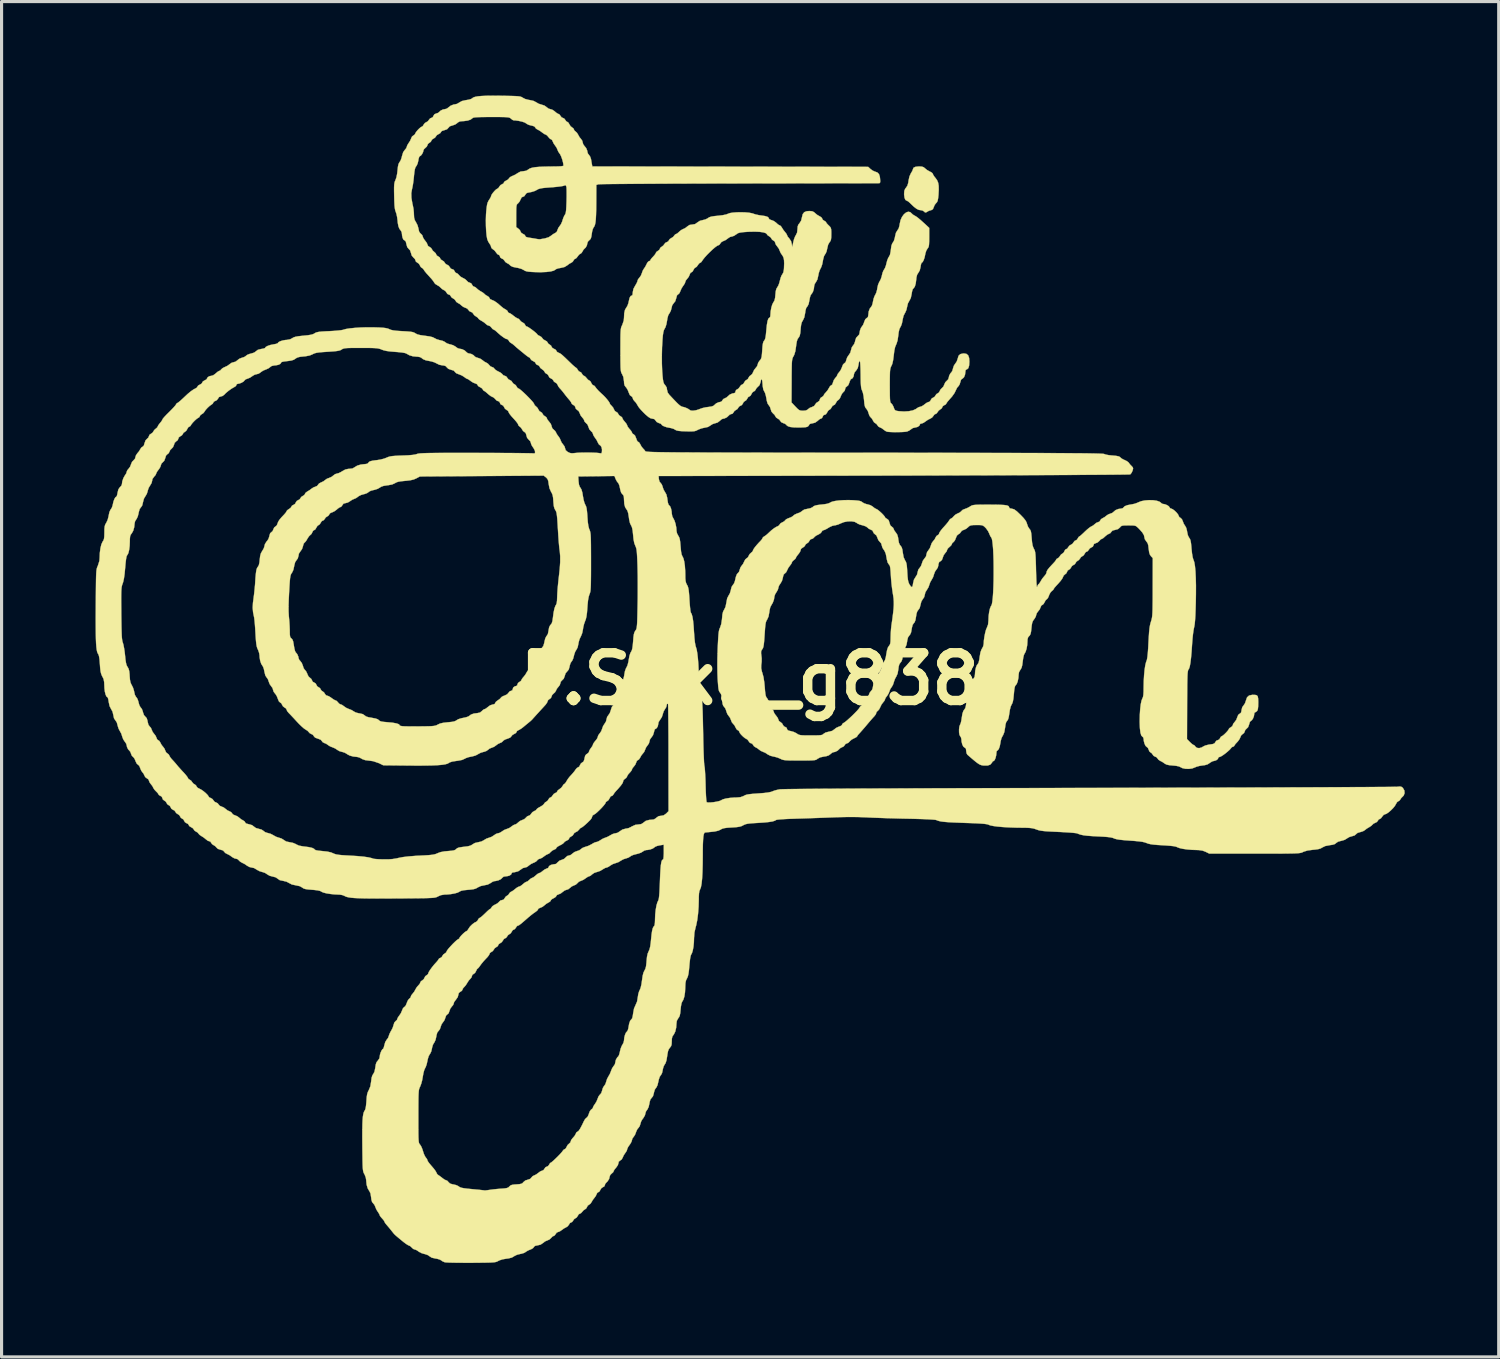
<source format=kicad_pcb>
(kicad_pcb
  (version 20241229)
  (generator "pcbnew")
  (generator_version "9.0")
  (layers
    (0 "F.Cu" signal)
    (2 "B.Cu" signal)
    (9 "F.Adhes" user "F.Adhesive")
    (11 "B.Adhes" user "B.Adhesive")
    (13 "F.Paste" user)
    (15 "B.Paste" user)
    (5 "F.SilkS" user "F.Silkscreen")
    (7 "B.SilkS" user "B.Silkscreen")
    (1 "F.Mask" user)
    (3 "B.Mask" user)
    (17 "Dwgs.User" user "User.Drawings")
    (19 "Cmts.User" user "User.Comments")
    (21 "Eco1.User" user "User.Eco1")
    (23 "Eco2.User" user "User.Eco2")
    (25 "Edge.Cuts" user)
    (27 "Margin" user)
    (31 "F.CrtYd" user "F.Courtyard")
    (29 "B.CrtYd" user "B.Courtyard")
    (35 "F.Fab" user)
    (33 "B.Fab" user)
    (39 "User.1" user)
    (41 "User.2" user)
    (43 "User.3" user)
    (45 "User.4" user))
  (footprint "F.SilkS_g838"
    (layer "F.Cu")
    (at 20.881 18.621)
    (property "Reference" "F.SilkS_g838" (at 0 0 0) (layer "F.SilkS") (effects (font (size 1.524 1.524) (thickness 0.3))))
    (attr through_hole)
    (fp_poly (pts (xy 5.493 -16.353) (xy 5.551 -16.334) (xy 5.596 -16.297) (xy 5.658 -16.246) (xy 5.736 -16.201) (xy 5.747 -16.197) (xy 5.807 -16.164) (xy 5.84 -16.132) (xy 5.842 -16.124) (xy 5.858 -16.087) (xy 5.897 -16.028) (xy 5.928 -15.991) (xy 5.98 -15.918) (xy 6.014 -15.838) (xy 6.031 -15.738) (xy 6.033 -15.609) (xy 6.024 -15.447) (xy 6.012 -15.336) (xy 5.998 -15.264) (xy 5.977 -15.218) (xy 5.951 -15.19) (xy 5.906 -15.134) (xy 5.874 -15.061) (xy 5.874 -15.059) (xy 5.846 -14.994) (xy 5.8 -14.966) (xy 5.79 -14.964) (xy 5.719 -14.942) (xy 5.678 -14.92) (xy 5.626 -14.89) (xy 5.592 -14.893) (xy 5.563 -14.922) (xy 5.514 -14.952) (xy 5.464 -14.962) (xy 5.396 -14.972) (xy 5.325 -15.007) (xy 5.241 -15.071) (xy 5.138 -15.169) (xy 5.111 -15.196) (xy 5.059 -15.241) (xy 5.018 -15.264) (xy 5.012 -15.265) (xy 4.971 -15.289) (xy 4.942 -15.355) (xy 4.928 -15.456) (xy 4.928 -15.489) (xy 4.935 -15.581) (xy 4.962 -15.646) (xy 4.99 -15.681) (xy 5.034 -15.748) (xy 5.061 -15.841) (xy 5.069 -15.902) (xy 5.097 -16.036) (xy 5.145 -16.141) (xy 5.147 -16.144) (xy 5.185 -16.207) (xy 5.206 -16.256) (xy 5.207 -16.265) (xy 5.228 -16.317) (xy 5.293 -16.347) (xy 5.403 -16.358) (xy 5.404 -16.358) (xy 5.493 -16.353)) (stroke (width 0.01) (type solid)) (fill yes) (layer "F.SilkS"))
    (fp_poly (pts (xy 1.992 -14.928) (xy 2.051 -14.9) (xy 2.085 -14.869) (xy 2.154 -14.812) (xy 2.229 -14.769) (xy 2.284 -14.736) (xy 2.311 -14.699) (xy 2.311 -14.695) (xy 2.332 -14.656) (xy 2.375 -14.626) (xy 2.422 -14.597) (xy 2.438 -14.574) (xy 2.456 -14.544) (xy 2.499 -14.497) (xy 2.521 -14.476) (xy 2.562 -14.435) (xy 2.587 -14.398) (xy 2.599 -14.348) (xy 2.603 -14.273) (xy 2.603 -14.2) (xy 2.601 -14.094) (xy 2.593 -14.024) (xy 2.576 -13.977) (xy 2.548 -13.94) (xy 2.503 -13.863) (xy 2.475 -13.749) (xy 2.474 -13.744) (xy 2.452 -13.644) (xy 2.419 -13.572) (xy 2.407 -13.558) (xy 2.37 -13.493) (xy 2.341 -13.384) (xy 2.334 -13.339) (xy 2.313 -13.234) (xy 2.283 -13.145) (xy 2.26 -13.101) (xy 2.229 -13.037) (xy 2.201 -12.946) (xy 2.188 -12.878) (xy 2.16 -12.752) (xy 2.115 -12.669) (xy 2.112 -12.666) (xy 2.073 -12.605) (xy 2.057 -12.546) (xy 2.047 -12.455) (xy 2.021 -12.367) (xy 1.985 -12.301) (xy 1.968 -12.284) (xy 1.941 -12.241) (xy 1.917 -12.16) (xy 1.905 -12.09) (xy 1.88 -11.969) (xy 1.845 -11.897) (xy 1.834 -11.887) (xy 1.801 -11.838) (xy 1.778 -11.751) (xy 1.769 -11.683) (xy 1.742 -11.541) (xy 1.696 -11.443) (xy 1.695 -11.443) (xy 1.663 -11.387) (xy 1.642 -11.314) (xy 1.628 -11.21) (xy 1.624 -11.157) (xy 1.614 -11.043) (xy 1.598 -10.966) (xy 1.575 -10.914) (xy 1.556 -10.891) (xy 1.526 -10.845) (xy 1.503 -10.776) (xy 1.485 -10.672) (xy 1.478 -10.613) (xy 1.455 -10.459) (xy 1.421 -10.347) (xy 1.397 -10.3) (xy 1.38 -10.27) (xy 1.367 -10.24) (xy 1.357 -10.201) (xy 1.349 -10.149) (xy 1.344 -10.076) (xy 1.341 -9.976) (xy 1.339 -9.843) (xy 1.337 -9.67) (xy 1.337 -9.517) (xy 1.333 -8.826) (xy 1.458 -8.693) (xy 1.526 -8.623) (xy 1.576 -8.583) (xy 1.624 -8.565) (xy 1.684 -8.56) (xy 1.7 -8.56) (xy 1.79 -8.568) (xy 1.847 -8.596) (xy 1.862 -8.611) (xy 1.919 -8.654) (xy 1.984 -8.678) (xy 2.056 -8.713) (xy 2.084 -8.754) (xy 2.125 -8.81) (xy 2.171 -8.839) (xy 2.223 -8.878) (xy 2.235 -8.915) (xy 2.258 -8.967) (xy 2.299 -8.996) (xy 2.345 -9.027) (xy 2.362 -9.055) (xy 2.379 -9.09) (xy 2.422 -9.139) (xy 2.429 -9.146) (xy 2.487 -9.215) (xy 2.531 -9.29) (xy 2.564 -9.345) (xy 2.598 -9.372) (xy 2.603 -9.373) (xy 2.633 -9.396) (xy 2.655 -9.457) (xy 2.656 -9.462) (xy 2.685 -9.541) (xy 2.732 -9.607) (xy 2.733 -9.608) (xy 2.775 -9.657) (xy 2.794 -9.697) (xy 2.794 -9.698) (xy 2.811 -9.737) (xy 2.851 -9.788) (xy 2.857 -9.793) (xy 2.904 -9.86) (xy 2.942 -9.944) (xy 2.947 -9.96) (xy 2.978 -10.036) (xy 3.017 -10.075) (xy 3.021 -10.076) (xy 3.061 -10.112) (xy 3.083 -10.183) (xy 3.11 -10.263) (xy 3.155 -10.33) (xy 3.159 -10.334) (xy 3.21 -10.412) (xy 3.234 -10.497) (xy 3.256 -10.579) (xy 3.294 -10.638) (xy 3.298 -10.641) (xy 3.335 -10.693) (xy 3.362 -10.77) (xy 3.365 -10.79) (xy 3.396 -10.886) (xy 3.444 -10.939) (xy 3.492 -10.991) (xy 3.505 -11.038) (xy 3.518 -11.12) (xy 3.549 -11.203) (xy 3.589 -11.261) (xy 3.591 -11.263) (xy 3.618 -11.303) (xy 3.646 -11.371) (xy 3.654 -11.397) (xy 3.688 -11.478) (xy 3.732 -11.518) (xy 3.734 -11.519) (xy 3.772 -11.548) (xy 3.784 -11.609) (xy 3.785 -11.621) (xy 3.797 -11.727) (xy 3.831 -11.819) (xy 3.877 -11.879) (xy 3.902 -11.919) (xy 3.924 -11.992) (xy 3.934 -12.046) (xy 3.955 -12.14) (xy 3.986 -12.225) (xy 4.005 -12.257) (xy 4.038 -12.326) (xy 4.064 -12.419) (xy 4.072 -12.471) (xy 4.096 -12.581) (xy 4.134 -12.671) (xy 4.144 -12.686) (xy 4.182 -12.758) (xy 4.213 -12.85) (xy 4.22 -12.887) (xy 4.242 -12.972) (xy 4.273 -13.044) (xy 4.288 -13.066) (xy 4.319 -13.12) (xy 4.349 -13.203) (xy 4.365 -13.27) (xy 4.389 -13.361) (xy 4.42 -13.438) (xy 4.442 -13.473) (xy 4.477 -13.54) (xy 4.499 -13.651) (xy 4.505 -13.701) (xy 4.521 -13.821) (xy 4.548 -13.899) (xy 4.57 -13.93) (xy 4.605 -13.991) (xy 4.632 -14.084) (xy 4.638 -14.121) (xy 4.668 -14.244) (xy 4.713 -14.316) (xy 4.755 -14.381) (xy 4.781 -14.479) (xy 4.788 -14.526) (xy 4.814 -14.644) (xy 4.861 -14.748) (xy 4.922 -14.831) (xy 4.991 -14.888) (xy 5.06 -14.913) (xy 5.124 -14.899) (xy 5.161 -14.865) (xy 5.21 -14.82) (xy 5.258 -14.791) (xy 5.308 -14.763) (xy 5.372 -14.716) (xy 5.456 -14.646) (xy 5.566 -14.547) (xy 5.609 -14.508) (xy 5.728 -14.397) (xy 5.728 -14.097) (xy 5.727 -13.966) (xy 5.723 -13.876) (xy 5.716 -13.817) (xy 5.702 -13.776) (xy 5.681 -13.746) (xy 5.674 -13.737) (xy 5.635 -13.671) (xy 5.606 -13.579) (xy 5.601 -13.551) (xy 5.581 -13.454) (xy 5.552 -13.369) (xy 5.52 -13.308) (xy 5.49 -13.284) (xy 5.489 -13.284) (xy 5.475 -13.261) (xy 5.46 -13.203) (xy 5.453 -13.153) (xy 5.426 -13.039) (xy 5.381 -12.963) (xy 5.342 -12.901) (xy 5.32 -12.81) (xy 5.315 -12.757) (xy 5.298 -12.622) (xy 5.27 -12.525) (xy 5.233 -12.47) (xy 5.22 -12.462) (xy 5.199 -12.431) (xy 5.18 -12.362) (xy 5.169 -12.294) (xy 5.141 -12.159) (xy 5.094 -12.07) (xy 5.049 -11.988) (xy 5.023 -11.88) (xy 5.023 -11.878) (xy 5.001 -11.781) (xy 4.964 -11.695) (xy 4.953 -11.678) (xy 4.909 -11.59) (xy 4.881 -11.471) (xy 4.878 -11.452) (xy 4.858 -11.349) (xy 4.827 -11.263) (xy 4.809 -11.233) (xy 4.776 -11.165) (xy 4.753 -11.063) (xy 4.741 -10.962) (xy 4.719 -10.808) (xy 4.684 -10.696) (xy 4.673 -10.673) (xy 4.64 -10.594) (xy 4.614 -10.475) (xy 4.597 -10.331) (xy 4.576 -10.171) (xy 4.55 -10.055) (xy 4.521 -9.99) (xy 4.504 -9.957) (xy 4.492 -9.92) (xy 4.482 -9.871) (xy 4.476 -9.803) (xy 4.473 -9.709) (xy 4.471 -9.58) (xy 4.47 -9.409) (xy 4.47 -9.365) (xy 4.471 -9.185) (xy 4.472 -9.049) (xy 4.475 -8.951) (xy 4.48 -8.884) (xy 4.487 -8.84) (xy 4.498 -8.815) (xy 4.512 -8.8) (xy 4.516 -8.797) (xy 4.553 -8.756) (xy 4.588 -8.688) (xy 4.596 -8.666) (xy 4.618 -8.606) (xy 4.646 -8.573) (xy 4.693 -8.556) (xy 4.769 -8.545) (xy 4.926 -8.536) (xy 5.074 -8.545) (xy 5.202 -8.57) (xy 5.296 -8.611) (xy 5.315 -8.624) (xy 5.377 -8.666) (xy 5.433 -8.686) (xy 5.441 -8.687) (xy 5.491 -8.703) (xy 5.555 -8.743) (xy 5.579 -8.763) (xy 5.642 -8.81) (xy 5.698 -8.837) (xy 5.713 -8.839) (xy 5.757 -8.862) (xy 5.776 -8.9) (xy 5.813 -8.956) (xy 5.851 -8.976) (xy 5.904 -9.008) (xy 5.926 -9.044) (xy 5.96 -9.093) (xy 5.993 -9.111) (xy 6.04 -9.144) (xy 6.061 -9.184) (xy 6.093 -9.243) (xy 6.134 -9.282) (xy 6.183 -9.334) (xy 6.21 -9.398) (xy 6.242 -9.468) (xy 6.289 -9.516) (xy 6.334 -9.562) (xy 6.35 -9.606) (xy 6.367 -9.682) (xy 6.41 -9.759) (xy 6.44 -9.792) (xy 6.465 -9.832) (xy 6.485 -9.899) (xy 6.489 -9.915) (xy 6.515 -9.995) (xy 6.557 -10.061) (xy 6.564 -10.068) (xy 6.606 -10.13) (xy 6.635 -10.211) (xy 6.638 -10.223) (xy 6.666 -10.316) (xy 6.722 -10.368) (xy 6.813 -10.388) (xy 6.836 -10.389) (xy 6.918 -10.375) (xy 6.972 -10.329) (xy 7.002 -10.247) (xy 7.01 -10.127) (xy 7.002 -10.001) (xy 6.976 -9.918) (xy 6.934 -9.882) (xy 6.921 -9.881) (xy 6.891 -9.858) (xy 6.883 -9.806) (xy 6.871 -9.709) (xy 6.839 -9.631) (xy 6.794 -9.587) (xy 6.784 -9.584) (xy 6.744 -9.549) (xy 6.721 -9.473) (xy 6.699 -9.401) (xy 6.666 -9.348) (xy 6.659 -9.342) (xy 6.619 -9.296) (xy 6.585 -9.228) (xy 6.584 -9.225) (xy 6.537 -9.127) (xy 6.458 -9.015) (xy 6.356 -8.9) (xy 6.308 -8.843) (xy 6.278 -8.799) (xy 6.274 -8.787) (xy 6.253 -8.76) (xy 6.21 -8.738) (xy 6.163 -8.706) (xy 6.147 -8.674) (xy 6.126 -8.635) (xy 6.086 -8.607) (xy 6.028 -8.562) (xy 5.998 -8.519) (xy 5.963 -8.473) (xy 5.931 -8.458) (xy 5.892 -8.437) (xy 5.863 -8.396) (xy 5.819 -8.342) (xy 5.76 -8.308) (xy 5.689 -8.273) (xy 5.616 -8.223) (xy 5.61 -8.218) (xy 5.548 -8.176) (xy 5.493 -8.154) (xy 5.484 -8.153) (xy 5.444 -8.143) (xy 5.436 -8.13) (xy 5.413 -8.083) (xy 5.359 -8.045) (xy 5.29 -8.027) (xy 5.281 -8.026) (xy 5.206 -8.008) (xy 5.154 -7.973) (xy 5.089 -7.927) (xy 5.021 -7.897) (xy 4.961 -7.888) (xy 4.866 -7.881) (xy 4.75 -7.878) (xy 4.628 -7.877) (xy 4.514 -7.88) (xy 4.424 -7.886) (xy 4.381 -7.892) (xy 4.327 -7.918) (xy 4.268 -7.962) (xy 4.267 -7.963) (xy 4.208 -8.006) (xy 4.154 -8.03) (xy 4.153 -8.03) (xy 4.103 -8.059) (xy 4.078 -8.095) (xy 4.041 -8.143) (xy 4.008 -8.162) (xy 3.967 -8.193) (xy 3.936 -8.245) (xy 3.9 -8.309) (xy 3.861 -8.349) (xy 3.824 -8.396) (xy 3.797 -8.467) (xy 3.795 -8.478) (xy 3.768 -8.556) (xy 3.726 -8.62) (xy 3.721 -8.625) (xy 3.693 -8.66) (xy 3.673 -8.71) (xy 3.659 -8.787) (xy 3.649 -8.899) (xy 3.634 -9.03) (xy 3.611 -9.138) (xy 3.587 -9.203) (xy 3.571 -9.242) (xy 3.558 -9.293) (xy 3.55 -9.365) (xy 3.544 -9.465) (xy 3.541 -9.603) (xy 3.54 -9.714) (xy 3.537 -9.871) (xy 3.532 -10) (xy 3.526 -10.093) (xy 3.517 -10.145) (xy 3.512 -10.154) (xy 3.495 -10.136) (xy 3.479 -10.081) (xy 3.472 -10.031) (xy 3.449 -9.927) (xy 3.406 -9.856) (xy 3.392 -9.841) (xy 3.347 -9.785) (xy 3.327 -9.731) (xy 3.327 -9.728) (xy 3.315 -9.659) (xy 3.285 -9.602) (xy 3.246 -9.576) (xy 3.243 -9.576) (xy 3.218 -9.554) (xy 3.191 -9.497) (xy 3.181 -9.463) (xy 3.145 -9.375) (xy 3.099 -9.335) (xy 3.056 -9.297) (xy 3.048 -9.258) (xy 3.028 -9.197) (xy 2.991 -9.158) (xy 2.946 -9.107) (xy 2.91 -9.035) (xy 2.906 -9.023) (xy 2.876 -8.955) (xy 2.836 -8.909) (xy 2.828 -8.905) (xy 2.782 -8.865) (xy 2.749 -8.809) (xy 2.718 -8.758) (xy 2.681 -8.738) (xy 2.643 -8.716) (xy 2.615 -8.672) (xy 2.581 -8.618) (xy 2.545 -8.594) (xy 2.504 -8.563) (xy 2.471 -8.507) (xy 2.432 -8.447) (xy 2.392 -8.433) (xy 2.346 -8.412) (xy 2.332 -8.376) (xy 2.305 -8.325) (xy 2.273 -8.311) (xy 2.222 -8.286) (xy 2.169 -8.239) (xy 2.088 -8.181) (xy 2.01 -8.161) (xy 1.946 -8.148) (xy 1.908 -8.132) (xy 1.905 -8.126) (xy 1.889 -8.094) (xy 1.865 -8.066) (xy 1.834 -8.047) (xy 1.782 -8.035) (xy 1.697 -8.029) (xy 1.573 -8.026) (xy 1.559 -8.026) (xy 1.406 -8.03) (xy 1.296 -8.042) (xy 1.221 -8.065) (xy 1.175 -8.099) (xy 1.162 -8.117) (xy 1.125 -8.145) (xy 1.068 -8.166) (xy 1.006 -8.195) (xy 0.977 -8.233) (xy 0.942 -8.28) (xy 0.897 -8.308) (xy 0.844 -8.343) (xy 0.82 -8.381) (xy 0.79 -8.432) (xy 0.748 -8.47) (xy 0.695 -8.531) (xy 0.671 -8.604) (xy 0.647 -8.678) (xy 0.611 -8.734) (xy 0.605 -8.739) (xy 0.571 -8.789) (xy 0.544 -8.88) (xy 0.532 -8.953) (xy 0.512 -9.052) (xy 0.487 -9.133) (xy 0.464 -9.176) (xy 0.433 -9.239) (xy 0.414 -9.349) (xy 0.411 -9.4) (xy 0.401 -9.502) (xy 0.389 -9.559) (xy 0.373 -9.57) (xy 0.357 -9.532) (xy 0.346 -9.475) (xy 0.313 -9.379) (xy 0.269 -9.334) (xy 0.219 -9.286) (xy 0.195 -9.243) (xy 0.162 -9.194) (xy 0.13 -9.178) (xy 0.086 -9.146) (xy 0.054 -9.091) (xy 0.024 -9.039) (xy -0.012 -9.017) (xy -0.012 -9.017) (xy -0.05 -8.996) (xy -0.077 -8.951) (xy -0.112 -8.897) (xy -0.151 -8.872) (xy -0.194 -8.84) (xy -0.214 -8.799) (xy -0.251 -8.743) (xy -0.29 -8.723) (xy -0.342 -8.693) (xy -0.363 -8.66) (xy -0.395 -8.614) (xy -0.439 -8.587) (xy -0.491 -8.55) (xy -0.515 -8.511) (xy -0.548 -8.467) (xy -0.58 -8.458) (xy -0.636 -8.439) (xy -0.665 -8.411) (xy -0.73 -8.351) (xy -0.811 -8.312) (xy -0.855 -8.306) (xy -0.901 -8.287) (xy -0.951 -8.242) (xy -0.952 -8.241) (xy -1.027 -8.184) (xy -1.101 -8.162) (xy -1.181 -8.137) (xy -1.248 -8.096) (xy -1.255 -8.09) (xy -1.333 -8.043) (xy -1.438 -8.02) (xy -1.536 -7.999) (xy -1.63 -7.964) (xy -1.659 -7.95) (xy -1.705 -7.926) (xy -1.752 -7.911) (xy -1.813 -7.903) (xy -1.9 -7.901) (xy -2.025 -7.903) (xy -2.042 -7.904) (xy -2.178 -7.909) (xy -2.273 -7.918) (xy -2.334 -7.931) (xy -2.372 -7.949) (xy -2.379 -7.954) (xy -2.431 -7.983) (xy -2.511 -8.007) (xy -2.553 -8.015) (xy -2.653 -8.035) (xy -2.739 -8.065) (xy -2.798 -8.097) (xy -2.819 -8.127) (xy -2.841 -8.147) (xy -2.894 -8.166) (xy -2.897 -8.166) (xy -2.97 -8.202) (xy -3.003 -8.245) (xy -3.045 -8.294) (xy -3.102 -8.306) (xy -3.163 -8.319) (xy -3.235 -8.363) (xy -3.326 -8.44) (xy -3.396 -8.509) (xy -3.476 -8.593) (xy -3.529 -8.655) (xy -3.566 -8.708) (xy -3.589 -8.75) (xy -3.633 -8.819) (xy -3.681 -8.871) (xy -3.721 -8.921) (xy -3.734 -8.963) (xy -3.755 -9.008) (xy -3.783 -9.024) (xy -3.826 -9.06) (xy -3.862 -9.14) (xy -3.864 -9.147) (xy -3.897 -9.23) (xy -3.941 -9.3) (xy -3.955 -9.314) (xy -3.993 -9.365) (xy -4.01 -9.432) (xy -4.013 -9.497) (xy -4.034 -9.64) (xy -4.07 -9.72) (xy -4.087 -9.751) (xy -4.101 -9.782) (xy -4.111 -9.821) (xy -4.118 -9.874) (xy -4.123 -9.947) (xy -4.125 -10.047) (xy -4.127 -10.18) (xy -4.127 -10.326) (xy -2.805 -10.326) (xy -2.804 -10.066) (xy -2.795 -9.825) (xy -2.784 -9.677) (xy -2.771 -9.559) (xy -2.757 -9.48) (xy -2.738 -9.427) (xy -2.712 -9.39) (xy -2.701 -9.38) (xy -2.65 -9.3) (xy -2.642 -9.238) (xy -2.619 -9.142) (xy -2.572 -9.076) (xy -2.473 -8.97) (xy -2.4 -8.893) (xy -2.346 -8.837) (xy -2.302 -8.793) (xy -2.263 -8.757) (xy -2.206 -8.712) (xy -2.159 -8.688) (xy -2.151 -8.687) (xy -2.098 -8.676) (xy -2.029 -8.651) (xy -1.963 -8.619) (xy -1.921 -8.59) (xy -1.918 -8.586) (xy -1.878 -8.565) (xy -1.806 -8.562) (xy -1.717 -8.575) (xy -1.624 -8.603) (xy -1.6 -8.614) (xy -1.509 -8.646) (xy -1.398 -8.671) (xy -1.326 -8.68) (xy -1.216 -8.696) (xy -1.151 -8.722) (xy -1.136 -8.737) (xy -1.069 -8.797) (xy -0.983 -8.834) (xy -0.943 -8.839) (xy -0.895 -8.861) (xy -0.876 -8.89) (xy -0.841 -8.935) (xy -0.798 -8.956) (xy -0.737 -8.986) (xy -0.704 -9.016) (xy -0.636 -9.077) (xy -0.548 -9.114) (xy -0.51 -9.119) (xy -0.466 -9.135) (xy -0.457 -9.172) (xy -0.435 -9.223) (xy -0.405 -9.239) (xy -0.358 -9.27) (xy -0.316 -9.325) (xy -0.279 -9.376) (xy -0.241 -9.398) (xy -0.24 -9.398) (xy -0.204 -9.419) (xy -0.177 -9.464) (xy -0.142 -9.518) (xy -0.103 -9.543) (xy -0.059 -9.575) (xy -0.041 -9.61) (xy -0.008 -9.663) (xy 0.029 -9.69) (xy 0.077 -9.732) (xy 0.106 -9.79) (xy 0.139 -9.861) (xy 0.19 -9.925) (xy 0.234 -9.981) (xy 0.254 -10.036) (xy 0.254 -10.039) (xy 0.271 -10.094) (xy 0.312 -10.154) (xy 0.318 -10.161) (xy 0.348 -10.197) (xy 0.368 -10.238) (xy 0.382 -10.296) (xy 0.391 -10.384) (xy 0.399 -10.49) (xy 0.408 -10.619) (xy 0.421 -10.707) (xy 0.437 -10.763) (xy 0.46 -10.798) (xy 0.461 -10.798) (xy 0.483 -10.832) (xy 0.501 -10.889) (xy 0.515 -10.976) (xy 0.527 -11.104) (xy 0.53 -11.134) (xy 0.547 -11.301) (xy 0.568 -11.422) (xy 0.593 -11.497) (xy 0.624 -11.53) (xy 0.636 -11.532) (xy 0.652 -11.554) (xy 0.66 -11.608) (xy 0.66 -11.617) (xy 0.668 -11.729) (xy 0.688 -11.844) (xy 0.717 -11.945) (xy 0.751 -12.015) (xy 0.759 -12.026) (xy 0.79 -12.079) (xy 0.81 -12.166) (xy 0.819 -12.263) (xy 0.831 -12.379) (xy 0.852 -12.456) (xy 0.882 -12.504) (xy 0.915 -12.56) (xy 0.945 -12.644) (xy 0.962 -12.711) (xy 0.986 -12.802) (xy 1.016 -12.879) (xy 1.039 -12.914) (xy 1.073 -12.975) (xy 1.091 -13.072) (xy 1.094 -13.119) (xy 1.099 -13.262) (xy 1.095 -13.365) (xy 1.082 -13.439) (xy 1.057 -13.495) (xy 1.033 -13.53) (xy 0.986 -13.6) (xy 0.956 -13.671) (xy 0.955 -13.674) (xy 0.924 -13.743) (xy 0.875 -13.808) (xy 0.832 -13.866) (xy 0.813 -13.92) (xy 0.813 -13.923) (xy 0.791 -13.972) (xy 0.763 -13.988) (xy 0.714 -14.021) (xy 0.697 -14.05) (xy 0.663 -14.099) (xy 0.621 -14.128) (xy 0.569 -14.164) (xy 0.546 -14.198) (xy 0.511 -14.23) (xy 0.431 -14.255) (xy 0.314 -14.271) (xy 0.166 -14.277) (xy -0.007 -14.274) (xy -0.072 -14.271) (xy -0.2 -14.262) (xy -0.288 -14.251) (xy -0.349 -14.238) (xy -0.393 -14.218) (xy -0.432 -14.189) (xy -0.435 -14.188) (xy -0.5 -14.145) (xy -0.562 -14.123) (xy -0.572 -14.122) (xy -0.631 -14.106) (xy -0.695 -14.064) (xy -0.703 -14.057) (xy -0.769 -14.009) (xy -0.835 -13.98) (xy -0.841 -13.978) (xy -0.904 -13.945) (xy -0.936 -13.904) (xy -0.969 -13.858) (xy -0.999 -13.843) (xy -1.041 -13.825) (xy -1.107 -13.777) (xy -1.189 -13.707) (xy -1.277 -13.623) (xy -1.365 -13.535) (xy -1.442 -13.449) (xy -1.5 -13.375) (xy -1.521 -13.341) (xy -1.555 -13.297) (xy -1.582 -13.284) (xy -1.614 -13.264) (xy -1.652 -13.215) (xy -1.656 -13.208) (xy -1.694 -13.156) (xy -1.73 -13.132) (xy -1.733 -13.132) (xy -1.765 -13.11) (xy -1.794 -13.059) (xy -1.796 -13.056) (xy -1.826 -13.003) (xy -1.861 -12.979) (xy -1.863 -12.979) (xy -1.895 -12.957) (xy -1.917 -12.906) (xy -1.947 -12.836) (xy -1.995 -12.775) (xy -2.038 -12.722) (xy -2.057 -12.674) (xy -2.057 -12.672) (xy -2.073 -12.625) (xy -2.112 -12.564) (xy -2.123 -12.55) (xy -2.174 -12.472) (xy -2.212 -12.387) (xy -2.214 -12.38) (xy -2.243 -12.314) (xy -2.281 -12.277) (xy -2.285 -12.276) (xy -2.322 -12.244) (xy -2.343 -12.168) (xy -2.345 -12.158) (xy -2.378 -12.054) (xy -2.421 -12.002) (xy -2.475 -11.926) (xy -2.496 -11.84) (xy -2.518 -11.757) (xy -2.553 -11.686) (xy -2.563 -11.673) (xy -2.601 -11.609) (xy -2.629 -11.506) (xy -2.639 -11.437) (xy -2.661 -11.318) (xy -2.692 -11.222) (xy -2.713 -11.185) (xy -2.739 -11.136) (xy -2.758 -11.068) (xy -2.773 -10.969) (xy -2.785 -10.833) (xy -2.799 -10.588) (xy -2.805 -10.326) (xy -4.127 -10.326) (xy -4.127 -10.352) (xy -4.128 -10.503) (xy -4.127 -10.708) (xy -4.127 -10.869) (xy -4.125 -10.992) (xy -4.121 -11.084) (xy -4.116 -11.152) (xy -4.108 -11.201) (xy -4.097 -11.239) (xy -4.082 -11.273) (xy -4.07 -11.296) (xy -4.021 -11.439) (xy -4.013 -11.527) (xy -4.006 -11.673) (xy -3.982 -11.779) (xy -3.94 -11.853) (xy -3.933 -11.86) (xy -3.901 -11.916) (xy -3.872 -12) (xy -3.86 -12.057) (xy -3.835 -12.163) (xy -3.8 -12.223) (xy -3.753 -12.242) (xy -3.741 -12.265) (xy -3.734 -12.321) (xy -3.734 -12.341) (xy -3.712 -12.45) (xy -3.658 -12.55) (xy -3.615 -12.622) (xy -3.587 -12.684) (xy -3.582 -12.708) (xy -3.564 -12.756) (xy -3.521 -12.809) (xy -3.521 -12.809) (xy -3.474 -12.874) (xy -3.443 -12.953) (xy -3.442 -12.954) (xy -3.416 -13.03) (xy -3.379 -13.092) (xy -3.378 -13.094) (xy -3.338 -13.151) (xy -3.298 -13.227) (xy -3.293 -13.24) (xy -3.259 -13.3) (xy -3.224 -13.333) (xy -3.214 -13.335) (xy -3.18 -13.349) (xy -3.175 -13.361) (xy -3.158 -13.393) (xy -3.116 -13.445) (xy -3.086 -13.476) (xy -3.034 -13.535) (xy -3.002 -13.583) (xy -2.997 -13.598) (xy -2.976 -13.632) (xy -2.934 -13.661) (xy -2.887 -13.695) (xy -2.87 -13.729) (xy -2.849 -13.768) (xy -2.812 -13.794) (xy -2.756 -13.837) (xy -2.729 -13.876) (xy -2.689 -13.923) (xy -2.651 -13.94) (xy -2.601 -13.966) (xy -2.583 -13.997) (xy -2.551 -14.042) (xy -2.506 -14.07) (xy -2.446 -14.108) (xy -2.414 -14.147) (xy -2.38 -14.188) (xy -2.355 -14.199) (xy -2.319 -14.216) (xy -2.268 -14.258) (xy -2.255 -14.272) (xy -2.193 -14.324) (xy -2.131 -14.358) (xy -2.122 -14.361) (xy -2.06 -14.39) (xy -1.997 -14.439) (xy -1.996 -14.44) (xy -1.922 -14.49) (xy -1.834 -14.503) (xy -1.745 -14.518) (xy -1.677 -14.566) (xy -1.592 -14.622) (xy -1.501 -14.645) (xy -1.417 -14.666) (xy -1.347 -14.699) (xy -1.33 -14.712) (xy -1.29 -14.737) (xy -1.229 -14.756) (xy -1.137 -14.772) (xy -1.015 -14.784) (xy -0.863 -14.802) (xy -0.752 -14.825) (xy -0.69 -14.849) (xy -0.63 -14.87) (xy -0.532 -14.885) (xy -0.41 -14.894) (xy -0.275 -14.896) (xy -0.141 -14.892) (xy -0.02 -14.881) (xy 0.074 -14.863) (xy 0.108 -14.852) (xy 0.187 -14.826) (xy 0.29 -14.804) (xy 0.362 -14.793) (xy 0.487 -14.775) (xy 0.566 -14.751) (xy 0.604 -14.719) (xy 0.61 -14.696) (xy 0.632 -14.669) (xy 0.686 -14.647) (xy 0.694 -14.646) (xy 0.768 -14.616) (xy 0.84 -14.565) (xy 0.851 -14.554) (xy 0.904 -14.506) (xy 0.948 -14.48) (xy 0.957 -14.478) (xy 0.99 -14.458) (xy 1.026 -14.408) (xy 1.028 -14.403) (xy 1.074 -14.33) (xy 1.13 -14.26) (xy 1.13 -14.26) (xy 1.172 -14.206) (xy 1.193 -14.162) (xy 1.194 -14.158) (xy 1.211 -14.119) (xy 1.253 -14.069) (xy 1.259 -14.064) (xy 1.319 -13.974) (xy 1.34 -13.891) (xy 1.356 -13.78) (xy 1.389 -13.94) (xy 1.414 -14.036) (xy 1.447 -14.121) (xy 1.473 -14.166) (xy 1.512 -14.247) (xy 1.524 -14.356) (xy 1.531 -14.445) (xy 1.555 -14.506) (xy 1.587 -14.543) (xy 1.642 -14.631) (xy 1.666 -14.733) (xy 1.692 -14.836) (xy 1.741 -14.899) (xy 1.822 -14.929) (xy 1.906 -14.935) (xy 1.992 -14.928)) (stroke (width 0.01) (type solid)) (fill yes) (layer "F.SilkS"))
    (fp_poly (pts (xy 3.287 -5.705) (xy 3.411 -5.696) (xy 3.495 -5.685) (xy 3.55 -5.669) (xy 3.588 -5.645) (xy 3.592 -5.641) (xy 3.651 -5.605) (xy 3.732 -5.578) (xy 3.758 -5.572) (xy 3.847 -5.547) (xy 3.919 -5.506) (xy 3.929 -5.497) (xy 3.989 -5.45) (xy 4.044 -5.422) (xy 4.088 -5.397) (xy 4.148 -5.348) (xy 4.214 -5.288) (xy 4.271 -5.228) (xy 4.31 -5.18) (xy 4.318 -5.16) (xy 4.338 -5.135) (xy 4.381 -5.11) (xy 4.432 -5.069) (xy 4.458 -4.994) (xy 4.46 -4.984) (xy 4.488 -4.9) (xy 4.53 -4.863) (xy 4.577 -4.823) (xy 4.593 -4.788) (xy 4.616 -4.735) (xy 4.661 -4.675) (xy 4.665 -4.671) (xy 4.708 -4.606) (xy 4.734 -4.518) (xy 4.742 -4.455) (xy 4.761 -4.347) (xy 4.792 -4.277) (xy 4.813 -4.253) (xy 4.848 -4.205) (xy 4.871 -4.133) (xy 4.886 -4.029) (xy 4.912 -3.884) (xy 4.956 -3.786) (xy 4.958 -3.783) (xy 4.983 -3.742) (xy 5 -3.691) (xy 5.013 -3.619) (xy 5.022 -3.515) (xy 5.028 -3.41) (xy 5.037 -3.266) (xy 5.049 -3.163) (xy 5.066 -3.088) (xy 5.089 -3.033) (xy 5.094 -3.024) (xy 5.141 -2.954) (xy 5.175 -2.932) (xy 5.198 -2.96) (xy 5.212 -3.037) (xy 5.212 -3.045) (xy 5.242 -3.169) (xy 5.292 -3.251) (xy 5.341 -3.33) (xy 5.359 -3.407) (xy 5.382 -3.491) (xy 5.419 -3.538) (xy 5.464 -3.601) (xy 5.495 -3.682) (xy 5.497 -3.691) (xy 5.526 -3.772) (xy 5.573 -3.838) (xy 5.577 -3.841) (xy 5.628 -3.914) (xy 5.639 -3.968) (xy 5.66 -4.046) (xy 5.701 -4.103) (xy 5.749 -4.173) (xy 5.78 -4.255) (xy 5.781 -4.258) (xy 5.809 -4.335) (xy 5.853 -4.397) (xy 5.856 -4.4) (xy 5.904 -4.457) (xy 5.929 -4.51) (xy 5.96 -4.562) (xy 5.994 -4.585) (xy 6.036 -4.616) (xy 6.045 -4.645) (xy 6.062 -4.683) (xy 6.106 -4.746) (xy 6.169 -4.822) (xy 6.198 -4.853) (xy 6.268 -4.932) (xy 6.325 -5.001) (xy 6.359 -5.049) (xy 6.364 -5.06) (xy 6.398 -5.103) (xy 6.425 -5.118) (xy 6.474 -5.15) (xy 6.512 -5.193) (xy 6.563 -5.242) (xy 6.634 -5.281) (xy 6.641 -5.283) (xy 6.708 -5.315) (xy 6.753 -5.354) (xy 6.756 -5.359) (xy 6.798 -5.398) (xy 6.861 -5.423) (xy 6.934 -5.45) (xy 7.015 -5.492) (xy 7.029 -5.502) (xy 7.061 -5.522) (xy 7.093 -5.537) (xy 7.132 -5.548) (xy 7.187 -5.555) (xy 7.265 -5.56) (xy 7.373 -5.562) (xy 7.518 -5.563) (xy 7.651 -5.563) (xy 7.849 -5.562) (xy 8.002 -5.558) (xy 8.116 -5.552) (xy 8.195 -5.541) (xy 8.245 -5.526) (xy 8.271 -5.505) (xy 8.28 -5.477) (xy 8.28 -5.473) (xy 8.303 -5.444) (xy 8.357 -5.436) (xy 8.44 -5.413) (xy 8.526 -5.35) (xy 8.649 -5.232) (xy 8.738 -5.139) (xy 8.798 -5.064) (xy 8.834 -5.001) (xy 8.853 -4.942) (xy 8.854 -4.939) (xy 8.882 -4.86) (xy 8.925 -4.793) (xy 8.927 -4.791) (xy 8.955 -4.756) (xy 8.974 -4.709) (xy 8.986 -4.639) (xy 8.996 -4.533) (xy 8.999 -4.491) (xy 9.012 -4.354) (xy 9.03 -4.255) (xy 9.056 -4.182) (xy 9.07 -4.155) (xy 9.087 -4.122) (xy 9.101 -4.086) (xy 9.111 -4.039) (xy 9.119 -3.974) (xy 9.125 -3.884) (xy 9.13 -3.762) (xy 9.135 -3.602) (xy 9.138 -3.46) (xy 9.144 -3.255) (xy 9.15 -3.101) (xy 9.157 -2.996) (xy 9.164 -2.94) (xy 9.172 -2.933) (xy 9.174 -2.94) (xy 9.195 -2.996) (xy 9.215 -3.022) (xy 9.217 -3.023) (xy 9.24 -3.043) (xy 9.274 -3.095) (xy 9.286 -3.118) (xy 9.336 -3.199) (xy 9.396 -3.273) (xy 9.404 -3.282) (xy 9.45 -3.339) (xy 9.474 -3.394) (xy 9.474 -3.402) (xy 9.482 -3.438) (xy 9.509 -3.486) (xy 9.561 -3.551) (xy 9.642 -3.64) (xy 9.696 -3.697) (xy 9.746 -3.753) (xy 9.775 -3.796) (xy 9.779 -3.807) (xy 9.8 -3.834) (xy 9.826 -3.847) (xy 9.872 -3.88) (xy 9.901 -3.923) (xy 9.94 -3.975) (xy 9.978 -3.999) (xy 10.022 -4.034) (xy 10.044 -4.078) (xy 10.069 -4.125) (xy 10.098 -4.14) (xy 10.135 -4.161) (xy 10.165 -4.204) (xy 10.206 -4.257) (xy 10.25 -4.282) (xy 10.303 -4.315) (xy 10.334 -4.358) (xy 10.368 -4.404) (xy 10.401 -4.42) (xy 10.44 -4.44) (xy 10.469 -4.483) (xy 10.497 -4.53) (xy 10.519 -4.547) (xy 10.545 -4.563) (xy 10.597 -4.608) (xy 10.666 -4.672) (xy 10.691 -4.697) (xy 10.769 -4.769) (xy 10.84 -4.827) (xy 10.892 -4.862) (xy 10.902 -4.866) (xy 10.961 -4.898) (xy 11.016 -4.944) (xy 11.07 -4.986) (xy 11.121 -5.004) (xy 11.167 -5.025) (xy 11.183 -5.054) (xy 11.216 -5.101) (xy 11.261 -5.129) (xy 11.33 -5.167) (xy 11.379 -5.207) (xy 11.444 -5.251) (xy 11.508 -5.275) (xy 11.574 -5.3) (xy 11.617 -5.336) (xy 11.677 -5.388) (xy 11.767 -5.424) (xy 11.852 -5.436) (xy 11.905 -5.449) (xy 11.928 -5.471) (xy 11.969 -5.512) (xy 12.054 -5.546) (xy 12.177 -5.57) (xy 12.195 -5.572) (xy 12.29 -5.592) (xy 12.379 -5.625) (xy 12.399 -5.635) (xy 12.494 -5.673) (xy 12.614 -5.697) (xy 12.746 -5.707) (xy 12.877 -5.704) (xy 12.993 -5.687) (xy 13.08 -5.657) (xy 13.11 -5.635) (xy 13.152 -5.6) (xy 13.176 -5.588) (xy 13.249 -5.576) (xy 13.322 -5.547) (xy 13.377 -5.511) (xy 13.393 -5.486) (xy 13.424 -5.445) (xy 13.454 -5.436) (xy 13.5 -5.417) (xy 13.56 -5.372) (xy 13.622 -5.312) (xy 13.67 -5.253) (xy 13.691 -5.208) (xy 13.691 -5.206) (xy 13.711 -5.167) (xy 13.747 -5.143) (xy 13.795 -5.098) (xy 13.825 -5.029) (xy 13.854 -4.952) (xy 13.895 -4.889) (xy 13.897 -4.887) (xy 13.933 -4.821) (xy 13.958 -4.722) (xy 13.961 -4.697) (xy 13.984 -4.588) (xy 14.022 -4.511) (xy 14.028 -4.503) (xy 14.052 -4.467) (xy 14.07 -4.415) (xy 14.084 -4.338) (xy 14.096 -4.224) (xy 14.101 -4.16) (xy 14.117 -4.009) (xy 14.136 -3.891) (xy 14.158 -3.813) (xy 14.164 -3.801) (xy 14.19 -3.726) (xy 14.211 -3.603) (xy 14.227 -3.436) (xy 14.237 -3.228) (xy 14.243 -2.981) (xy 14.242 -2.699) (xy 14.238 -2.451) (xy 14.231 -2.213) (xy 14.224 -2.021) (xy 14.214 -1.869) (xy 14.203 -1.753) (xy 14.189 -1.668) (xy 14.182 -1.638) (xy 14.166 -1.556) (xy 14.149 -1.437) (xy 14.134 -1.297) (xy 14.122 -1.149) (xy 14.12 -1.118) (xy 14.103 -0.869) (xy 14.085 -0.669) (xy 14.066 -0.514) (xy 14.046 -0.402) (xy 14.023 -0.33) (xy 14.006 -0.302) (xy 13.996 -0.287) (xy 13.988 -0.261) (xy 13.981 -0.22) (xy 13.975 -0.161) (xy 13.971 -0.077) (xy 13.968 0.035) (xy 13.965 0.18) (xy 13.964 0.363) (xy 13.962 0.587) (xy 13.961 0.831) (xy 13.957 1.92) (xy 14.049 2.014) (xy 14.106 2.068) (xy 14.152 2.102) (xy 14.169 2.108) (xy 14.202 2.128) (xy 14.224 2.159) (xy 14.271 2.199) (xy 14.343 2.209) (xy 14.422 2.189) (xy 14.47 2.16) (xy 14.539 2.126) (xy 14.639 2.1) (xy 14.685 2.093) (xy 14.774 2.08) (xy 14.825 2.062) (xy 14.852 2.034) (xy 14.86 2.016) (xy 14.899 1.967) (xy 14.935 1.956) (xy 14.987 1.932) (xy 15.011 1.892) (xy 15.039 1.845) (xy 15.065 1.829) (xy 15.098 1.811) (xy 15.15 1.767) (xy 15.208 1.71) (xy 15.258 1.654) (xy 15.288 1.61) (xy 15.291 1.6) (xy 15.311 1.571) (xy 15.354 1.545) (xy 15.401 1.509) (xy 15.418 1.474) (xy 15.435 1.428) (xy 15.478 1.375) (xy 15.481 1.372) (xy 15.531 1.304) (xy 15.56 1.226) (xy 15.594 1.145) (xy 15.637 1.112) (xy 15.681 1.077) (xy 15.697 1.017) (xy 15.697 0.998) (xy 15.721 0.902) (xy 15.761 0.849) (xy 15.809 0.776) (xy 15.839 0.688) (xy 15.84 0.684) (xy 15.874 0.588) (xy 15.939 0.53) (xy 16.039 0.508) (xy 16.056 0.508) (xy 16.135 0.51) (xy 16.186 0.523) (xy 16.214 0.556) (xy 16.227 0.618) (xy 16.231 0.718) (xy 16.231 0.763) (xy 16.228 0.883) (xy 16.219 0.962) (xy 16.203 1.01) (xy 16.191 1.027) (xy 16.149 1.059) (xy 16.127 1.067) (xy 16.108 1.088) (xy 16.104 1.114) (xy 16.092 1.192) (xy 16.062 1.267) (xy 16.024 1.321) (xy 16.003 1.333) (xy 15.964 1.371) (xy 15.942 1.445) (xy 15.907 1.541) (xy 15.862 1.585) (xy 15.816 1.631) (xy 15.799 1.678) (xy 15.777 1.727) (xy 15.738 1.756) (xy 15.684 1.805) (xy 15.663 1.855) (xy 15.636 1.916) (xy 15.586 1.987) (xy 15.559 2.017) (xy 15.507 2.073) (xy 15.474 2.118) (xy 15.469 2.133) (xy 15.448 2.156) (xy 15.431 2.159) (xy 15.389 2.179) (xy 15.361 2.211) (xy 15.322 2.257) (xy 15.257 2.316) (xy 15.181 2.379) (xy 15.104 2.435) (xy 15.039 2.475) (xy 15.001 2.489) (xy 14.966 2.501) (xy 14.961 2.513) (xy 14.939 2.558) (xy 14.888 2.597) (xy 14.827 2.616) (xy 14.821 2.616) (xy 14.763 2.632) (xy 14.696 2.672) (xy 14.683 2.682) (xy 14.615 2.726) (xy 14.53 2.751) (xy 14.446 2.762) (xy 14.348 2.778) (xy 14.258 2.803) (xy 14.212 2.823) (xy 14.126 2.856) (xy 14.018 2.871) (xy 13.907 2.868) (xy 13.811 2.847) (xy 13.764 2.823) (xy 13.703 2.793) (xy 13.608 2.773) (xy 13.505 2.763) (xy 13.389 2.752) (xy 13.309 2.735) (xy 13.253 2.707) (xy 13.238 2.696) (xy 13.168 2.648) (xy 13.101 2.614) (xy 13.046 2.578) (xy 13.017 2.539) (xy 12.983 2.498) (xy 12.946 2.484) (xy 12.893 2.456) (xy 12.865 2.419) (xy 12.828 2.368) (xy 12.794 2.347) (xy 12.757 2.314) (xy 12.734 2.259) (xy 12.709 2.201) (xy 12.672 2.171) (xy 12.635 2.137) (xy 12.602 2.068) (xy 12.579 1.982) (xy 12.573 1.914) (xy 12.558 1.864) (xy 12.536 1.846) (xy 12.498 1.804) (xy 12.471 1.713) (xy 12.454 1.573) (xy 12.447 1.384) (xy 12.447 1.346) (xy 12.451 1.144) (xy 12.463 0.963) (xy 12.481 0.811) (xy 12.505 0.694) (xy 12.533 0.621) (xy 12.535 0.619) (xy 12.553 0.576) (xy 12.565 0.506) (xy 12.571 0.403) (xy 12.573 0.261) (xy 12.577 0.063) (xy 12.588 -0.124) (xy 12.604 -0.292) (xy 12.625 -0.432) (xy 12.65 -0.535) (xy 12.664 -0.571) (xy 12.68 -0.621) (xy 12.694 -0.705) (xy 12.707 -0.828) (xy 12.719 -0.994) (xy 12.727 -1.156) (xy 12.738 -1.348) (xy 12.748 -1.498) (xy 12.76 -1.615) (xy 12.775 -1.707) (xy 12.793 -1.785) (xy 12.807 -1.829) (xy 12.821 -1.874) (xy 12.832 -1.919) (xy 12.842 -1.97) (xy 12.849 -2.032) (xy 12.854 -2.11) (xy 12.858 -2.212) (xy 12.86 -2.342) (xy 12.862 -2.506) (xy 12.863 -2.71) (xy 12.863 -2.925) (xy 12.865 -3.857) (xy 12.807 -3.918) (xy 12.772 -3.97) (xy 12.749 -4.043) (xy 12.735 -4.151) (xy 12.734 -4.155) (xy 12.722 -4.26) (xy 12.702 -4.329) (xy 12.67 -4.377) (xy 12.659 -4.389) (xy 12.612 -4.459) (xy 12.598 -4.519) (xy 12.582 -4.59) (xy 12.532 -4.674) (xy 12.443 -4.775) (xy 12.399 -4.82) (xy 12.356 -4.859) (xy 12.318 -4.884) (xy 12.27 -4.896) (xy 12.198 -4.901) (xy 12.09 -4.902) (xy 11.982 -4.901) (xy 11.912 -4.896) (xy 11.869 -4.885) (xy 11.84 -4.863) (xy 11.819 -4.837) (xy 11.755 -4.783) (xy 11.665 -4.758) (xy 11.583 -4.737) (xy 11.545 -4.7) (xy 11.543 -4.696) (xy 11.509 -4.653) (xy 11.469 -4.634) (xy 11.413 -4.606) (xy 11.351 -4.556) (xy 11.339 -4.545) (xy 11.286 -4.497) (xy 11.243 -4.472) (xy 11.235 -4.47) (xy 11.199 -4.451) (xy 11.163 -4.41) (xy 11.109 -4.36) (xy 11.048 -4.334) (xy 10.99 -4.31) (xy 10.973 -4.268) (xy 10.95 -4.22) (xy 10.912 -4.202) (xy 10.856 -4.168) (xy 10.824 -4.126) (xy 10.79 -4.079) (xy 10.757 -4.064) (xy 10.72 -4.043) (xy 10.692 -3.998) (xy 10.658 -3.945) (xy 10.62 -3.92) (xy 10.573 -3.888) (xy 10.546 -3.848) (xy 10.506 -3.796) (xy 10.469 -3.773) (xy 10.422 -3.737) (xy 10.406 -3.706) (xy 10.372 -3.658) (xy 10.338 -3.64) (xy 10.287 -3.606) (xy 10.259 -3.563) (xy 10.224 -3.51) (xy 10.187 -3.487) (xy 10.144 -3.455) (xy 10.13 -3.42) (xy 10.102 -3.367) (xy 10.067 -3.341) (xy 10.02 -3.299) (xy 9.999 -3.251) (xy 9.975 -3.202) (xy 9.924 -3.131) (xy 9.857 -3.054) (xy 9.844 -3.04) (xy 9.778 -2.969) (xy 9.728 -2.911) (xy 9.704 -2.875) (xy 9.703 -2.871) (xy 9.684 -2.84) (xy 9.643 -2.807) (xy 9.598 -2.758) (xy 9.559 -2.685) (xy 9.553 -2.665) (xy 9.525 -2.598) (xy 9.494 -2.554) (xy 9.485 -2.548) (xy 9.45 -2.517) (xy 9.415 -2.458) (xy 9.411 -2.448) (xy 9.378 -2.392) (xy 9.343 -2.363) (xy 9.338 -2.362) (xy 9.306 -2.34) (xy 9.284 -2.289) (xy 9.254 -2.219) (xy 9.206 -2.158) (xy 9.163 -2.101) (xy 9.144 -2.043) (xy 9.144 -2.042) (xy 9.128 -1.987) (xy 9.089 -1.92) (xy 9.077 -1.905) (xy 9.04 -1.853) (xy 9.016 -1.793) (xy 9.001 -1.71) (xy 8.991 -1.619) (xy 8.979 -1.509) (xy 8.963 -1.437) (xy 8.941 -1.392) (xy 8.919 -1.369) (xy 8.883 -1.325) (xy 8.866 -1.259) (xy 8.864 -1.202) (xy 8.856 -1.078) (xy 8.835 -0.96) (xy 8.804 -0.864) (xy 8.773 -0.81) (xy 8.75 -0.762) (xy 8.73 -0.676) (xy 8.714 -0.564) (xy 8.714 -0.56) (xy 8.698 -0.441) (xy 8.678 -0.361) (xy 8.65 -0.308) (xy 8.639 -0.295) (xy 8.595 -0.217) (xy 8.584 -0.151) (xy 8.575 -0.033) (xy 8.554 0.074) (xy 8.524 0.155) (xy 8.495 0.195) (xy 8.472 0.222) (xy 8.456 0.273) (xy 8.442 0.356) (xy 8.431 0.481) (xy 8.43 0.487) (xy 8.416 0.625) (xy 8.399 0.722) (xy 8.377 0.786) (xy 8.362 0.811) (xy 8.33 0.88) (xy 8.302 0.99) (xy 8.287 1.091) (xy 8.267 1.214) (xy 8.245 1.293) (xy 8.218 1.335) (xy 8.214 1.339) (xy 8.185 1.38) (xy 8.163 1.459) (xy 8.15 1.555) (xy 8.126 1.696) (xy 8.088 1.793) (xy 8.075 1.812) (xy 8.036 1.889) (xy 8.008 1.992) (xy 8.003 2.029) (xy 7.982 2.142) (xy 7.953 2.228) (xy 7.919 2.278) (xy 7.899 2.286) (xy 7.881 2.308) (xy 7.874 2.356) (xy 7.866 2.438) (xy 7.847 2.519) (xy 7.821 2.583) (xy 7.794 2.615) (xy 7.788 2.616) (xy 7.754 2.637) (xy 7.727 2.679) (xy 7.677 2.736) (xy 7.592 2.764) (xy 7.467 2.764) (xy 7.454 2.762) (xy 7.407 2.755) (xy 7.364 2.742) (xy 7.317 2.718) (xy 7.259 2.679) (xy 7.184 2.62) (xy 7.085 2.537) (xy 6.955 2.424) (xy 6.947 2.418) (xy 6.921 2.371) (xy 6.909 2.301) (xy 6.909 2.295) (xy 6.901 2.228) (xy 6.872 2.197) (xy 6.858 2.192) (xy 6.817 2.158) (xy 6.783 2.087) (xy 6.761 1.994) (xy 6.757 1.927) (xy 6.743 1.865) (xy 6.718 1.829) (xy 6.695 1.783) (xy 6.682 1.706) (xy 6.681 1.615) (xy 6.69 1.529) (xy 6.711 1.465) (xy 6.715 1.46) (xy 6.736 1.409) (xy 6.755 1.326) (xy 6.767 1.246) (xy 6.787 1.117) (xy 6.817 1.025) (xy 6.861 0.959) (xy 6.871 0.949) (xy 6.887 0.91) (xy 6.903 0.836) (xy 6.915 0.74) (xy 6.916 0.722) (xy 6.931 0.594) (xy 6.955 0.506) (xy 6.983 0.454) (xy 7.018 0.383) (xy 7.048 0.28) (xy 7.06 0.211) (xy 7.082 0.097) (xy 7.111 0.026) (xy 7.136 -0.004) (xy 7.178 -0.066) (xy 7.189 -0.144) (xy 7.197 -0.258) (xy 7.219 -0.361) (xy 7.25 -0.44) (xy 7.277 -0.473) (xy 7.305 -0.52) (xy 7.328 -0.618) (xy 7.339 -0.699) (xy 7.363 -0.843) (xy 7.398 -0.942) (xy 7.414 -0.967) (xy 7.452 -1.041) (xy 7.468 -1.117) (xy 7.468 -1.118) (xy 7.474 -1.227) (xy 7.491 -1.35) (xy 7.515 -1.471) (xy 7.543 -1.574) (xy 7.572 -1.641) (xy 7.607 -1.734) (xy 7.62 -1.862) (xy 7.62 -1.873) (xy 7.626 -2.01) (xy 7.643 -2.139) (xy 7.668 -2.248) (xy 7.699 -2.323) (xy 7.71 -2.338) (xy 7.729 -2.385) (xy 7.745 -2.475) (xy 7.759 -2.602) (xy 7.77 -2.759) (xy 7.778 -2.939) (xy 7.784 -3.136) (xy 7.786 -3.342) (xy 7.786 -3.55) (xy 7.784 -3.755) (xy 7.778 -3.948) (xy 7.77 -4.124) (xy 7.758 -4.275) (xy 7.744 -4.395) (xy 7.728 -4.476) (xy 7.712 -4.509) (xy 7.68 -4.557) (xy 7.649 -4.628) (xy 7.644 -4.642) (xy 7.606 -4.72) (xy 7.548 -4.801) (xy 7.526 -4.826) (xy 7.48 -4.87) (xy 7.44 -4.896) (xy 7.391 -4.909) (xy 7.319 -4.913) (xy 7.236 -4.913) (xy 7.132 -4.911) (xy 7.065 -4.903) (xy 7.021 -4.887) (xy 6.985 -4.859) (xy 6.969 -4.842) (xy 6.905 -4.791) (xy 6.836 -4.759) (xy 6.831 -4.758) (xy 6.771 -4.731) (xy 6.742 -4.695) (xy 6.708 -4.648) (xy 6.667 -4.622) (xy 6.613 -4.577) (xy 6.579 -4.497) (xy 6.55 -4.426) (xy 6.512 -4.376) (xy 6.502 -4.368) (xy 6.462 -4.332) (xy 6.452 -4.305) (xy 6.433 -4.267) (xy 6.386 -4.221) (xy 6.375 -4.212) (xy 6.325 -4.165) (xy 6.3 -4.121) (xy 6.299 -4.114) (xy 6.282 -4.069) (xy 6.24 -4.017) (xy 6.238 -4.015) (xy 6.19 -3.949) (xy 6.161 -3.87) (xy 6.161 -3.87) (xy 6.138 -3.806) (xy 6.105 -3.768) (xy 6.101 -3.766) (xy 6.046 -3.73) (xy 6.023 -3.666) (xy 6.02 -3.625) (xy 6.001 -3.553) (xy 5.96 -3.493) (xy 5.913 -3.426) (xy 5.883 -3.345) (xy 5.881 -3.338) (xy 5.853 -3.25) (xy 5.808 -3.167) (xy 5.805 -3.164) (xy 5.761 -3.087) (xy 5.732 -3.006) (xy 5.731 -3.001) (xy 5.703 -2.923) (xy 5.656 -2.846) (xy 5.652 -2.84) (xy 5.606 -2.765) (xy 5.588 -2.69) (xy 5.588 -2.689) (xy 5.566 -2.607) (xy 5.528 -2.554) (xy 5.477 -2.47) (xy 5.452 -2.371) (xy 5.425 -2.266) (xy 5.382 -2.204) (xy 5.348 -2.158) (xy 5.323 -2.083) (xy 5.308 -1.989) (xy 5.289 -1.878) (xy 5.262 -1.808) (xy 5.237 -1.78) (xy 5.2 -1.725) (xy 5.175 -1.63) (xy 5.169 -1.591) (xy 5.149 -1.482) (xy 5.115 -1.41) (xy 5.094 -1.387) (xy 5.051 -1.325) (xy 5.028 -1.232) (xy 5.024 -1.199) (xy 5.003 -1.09) (xy 4.966 -1.003) (xy 4.958 -0.991) (xy 4.915 -0.9) (xy 4.888 -0.763) (xy 4.886 -0.747) (xy 4.871 -0.638) (xy 4.847 -0.567) (xy 4.813 -0.522) (xy 4.777 -0.473) (xy 4.755 -0.4) (xy 4.743 -0.307) (xy 4.72 -0.172) (xy 4.679 -0.079) (xy 4.676 -0.074) (xy 4.636 -0.002) (xy 4.604 0.086) (xy 4.6 0.102) (xy 4.573 0.184) (xy 4.535 0.252) (xy 4.526 0.263) (xy 4.483 0.329) (xy 4.46 0.395) (xy 4.431 0.467) (xy 4.385 0.54) (xy 4.381 0.545) (xy 4.339 0.601) (xy 4.319 0.647) (xy 4.318 0.653) (xy 4.301 0.694) (xy 4.261 0.746) (xy 4.257 0.749) (xy 4.206 0.817) (xy 4.167 0.898) (xy 4.166 0.901) (xy 4.133 0.968) (xy 4.093 1.014) (xy 4.087 1.017) (xy 4.048 1.056) (xy 4.039 1.086) (xy 4.022 1.132) (xy 3.98 1.187) (xy 3.975 1.193) (xy 3.931 1.24) (xy 3.866 1.314) (xy 3.789 1.404) (xy 3.742 1.46) (xy 3.662 1.555) (xy 3.586 1.642) (xy 3.525 1.711) (xy 3.501 1.737) (xy 3.455 1.788) (xy 3.431 1.826) (xy 3.429 1.832) (xy 3.408 1.854) (xy 3.354 1.884) (xy 3.329 1.895) (xy 3.255 1.935) (xy 3.197 1.985) (xy 3.189 1.996) (xy 3.143 2.041) (xy 3.1 2.057) (xy 3.054 2.079) (xy 3.035 2.108) (xy 3 2.153) (xy 2.957 2.175) (xy 2.896 2.204) (xy 2.863 2.234) (xy 2.802 2.291) (xy 2.723 2.329) (xy 2.678 2.337) (xy 2.631 2.354) (xy 2.579 2.397) (xy 2.578 2.398) (xy 2.522 2.44) (xy 2.44 2.467) (xy 2.372 2.477) (xy 2.246 2.504) (xy 2.164 2.549) (xy 2.163 2.549) (xy 2.141 2.568) (xy 2.114 2.581) (xy 2.076 2.591) (xy 2.019 2.597) (xy 1.936 2.601) (xy 1.819 2.603) (xy 1.662 2.603) (xy 1.592 2.603) (xy 1.416 2.603) (xy 1.284 2.602) (xy 1.186 2.598) (xy 1.115 2.592) (xy 1.064 2.583) (xy 1.023 2.57) (xy 0.986 2.552) (xy 0.978 2.548) (xy 0.886 2.509) (xy 0.782 2.481) (xy 0.756 2.477) (xy 0.659 2.452) (xy 0.578 2.412) (xy 0.565 2.403) (xy 0.496 2.357) (xy 0.426 2.328) (xy 0.425 2.327) (xy 0.352 2.295) (xy 0.303 2.259) (xy 0.239 2.21) (xy 0.187 2.183) (xy 0.134 2.147) (xy 0.109 2.108) (xy 0.077 2.066) (xy 0.047 2.057) (xy 0.001 2.036) (xy -0.03 1.994) (xy -0.067 1.942) (xy -0.103 1.917) (xy -0.153 1.889) (xy -0.215 1.838) (xy -0.274 1.779) (xy -0.317 1.725) (xy -0.33 1.693) (xy -0.351 1.654) (xy -0.379 1.639) (xy -0.421 1.606) (xy -0.454 1.546) (xy -0.455 1.544) (xy -0.489 1.478) (xy -0.531 1.431) (xy -0.571 1.383) (xy -0.598 1.314) (xy -0.598 1.314) (xy -0.629 1.239) (xy -0.673 1.179) (xy -0.715 1.119) (xy -0.745 1.04) (xy -0.747 1.03) (xy -0.773 0.954) (xy -0.811 0.897) (xy -0.817 0.891) (xy -0.848 0.853) (xy -0.867 0.793) (xy -0.88 0.697) (xy -0.882 0.672) (xy -0.896 0.558) (xy -0.918 0.483) (xy -0.948 0.437) (xy -0.969 0.409) (xy -0.985 0.371) (xy -0.997 0.314) (xy -1.007 0.23) (xy -1.016 0.11) (xy -1.024 -0.005) (xy -1.031 -0.195) (xy -1.034 -0.422) (xy -1.032 -0.669) (xy -1.027 -0.821) (xy 0.362 -0.821) (xy 0.367 -0.782) (xy 0.381 -0.657) (xy 0.38 -0.546) (xy 0.367 -0.441) (xy 0.365 -0.342) (xy 0.39 -0.228) (xy 0.404 -0.187) (xy 0.439 -0.057) (xy 0.465 0.115) (xy 0.479 0.261) (xy 0.489 0.392) (xy 0.5 0.483) (xy 0.513 0.545) (xy 0.531 0.587) (xy 0.557 0.62) (xy 0.558 0.622) (xy 0.61 0.712) (xy 0.629 0.809) (xy 0.642 0.891) (xy 0.665 0.937) (xy 0.701 0.962) (xy 0.747 0.999) (xy 0.762 1.036) (xy 0.778 1.083) (xy 0.819 1.145) (xy 0.838 1.168) (xy 0.885 1.231) (xy 0.912 1.286) (xy 0.914 1.301) (xy 0.935 1.345) (xy 0.979 1.376) (xy 1.032 1.418) (xy 1.057 1.463) (xy 1.091 1.514) (xy 1.126 1.529) (xy 1.176 1.558) (xy 1.189 1.593) (xy 1.205 1.63) (xy 1.248 1.653) (xy 1.308 1.665) (xy 1.401 1.691) (xy 1.487 1.732) (xy 1.502 1.743) (xy 1.538 1.767) (xy 1.574 1.783) (xy 1.622 1.794) (xy 1.689 1.8) (xy 1.787 1.803) (xy 1.925 1.803) (xy 1.948 1.803) (xy 2.093 1.803) (xy 2.195 1.8) (xy 2.264 1.795) (xy 2.308 1.786) (xy 2.336 1.771) (xy 2.355 1.753) (xy 2.417 1.713) (xy 2.513 1.687) (xy 2.524 1.686) (xy 2.632 1.658) (xy 2.701 1.609) (xy 2.761 1.562) (xy 2.839 1.526) (xy 2.85 1.523) (xy 2.915 1.496) (xy 2.946 1.464) (xy 2.946 1.459) (xy 2.968 1.422) (xy 3.008 1.398) (xy 3.047 1.372) (xy 3.11 1.32) (xy 3.188 1.25) (xy 3.273 1.171) (xy 3.355 1.089) (xy 3.427 1.015) (xy 3.479 0.955) (xy 3.504 0.919) (xy 3.505 0.915) (xy 3.524 0.885) (xy 3.57 0.843) (xy 3.581 0.834) (xy 3.632 0.786) (xy 3.657 0.741) (xy 3.658 0.735) (xy 3.677 0.691) (xy 3.72 0.651) (xy 3.775 0.588) (xy 3.799 0.52) (xy 3.823 0.451) (xy 3.858 0.401) (xy 3.862 0.398) (xy 3.903 0.348) (xy 3.921 0.304) (xy 3.937 0.227) (xy 3.948 0.174) (xy 3.975 0.12) (xy 4.01 0.095) (xy 4.045 0.068) (xy 4.069 0.001) (xy 4.075 -0.033) (xy 4.097 -0.121) (xy 4.133 -0.199) (xy 4.145 -0.217) (xy 4.183 -0.284) (xy 4.214 -0.373) (xy 4.22 -0.402) (xy 4.242 -0.48) (xy 4.273 -0.539) (xy 4.286 -0.553) (xy 4.317 -0.6) (xy 4.343 -0.692) (xy 4.359 -0.79) (xy 4.383 -0.919) (xy 4.412 -1.006) (xy 4.442 -1.051) (xy 4.469 -1.087) (xy 4.486 -1.134) (xy 4.494 -1.203) (xy 4.497 -1.31) (xy 4.497 -1.322) (xy 4.501 -1.452) (xy 4.51 -1.591) (xy 4.523 -1.71) (xy 4.524 -1.714) (xy 4.555 -1.93) (xy 4.577 -2.105) (xy 4.592 -2.248) (xy 4.599 -2.368) (xy 4.598 -2.473) (xy 4.591 -2.574) (xy 4.576 -2.678) (xy 4.563 -2.756) (xy 4.545 -2.878) (xy 4.527 -3.029) (xy 4.512 -3.188) (xy 4.505 -3.301) (xy 4.496 -3.438) (xy 4.487 -3.533) (xy 4.476 -3.595) (xy 4.46 -3.633) (xy 4.44 -3.657) (xy 4.404 -3.711) (xy 4.377 -3.812) (xy 4.367 -3.87) (xy 4.342 -3.997) (xy 4.304 -4.086) (xy 4.28 -4.12) (xy 4.238 -4.186) (xy 4.217 -4.251) (xy 4.216 -4.259) (xy 4.195 -4.327) (xy 4.154 -4.373) (xy 4.104 -4.433) (xy 4.076 -4.504) (xy 4.045 -4.578) (xy 4.005 -4.611) (xy 3.958 -4.652) (xy 3.942 -4.69) (xy 3.911 -4.742) (xy 3.869 -4.761) (xy 3.801 -4.794) (xy 3.761 -4.83) (xy 3.707 -4.868) (xy 3.622 -4.899) (xy 3.595 -4.905) (xy 3.509 -4.929) (xy 3.437 -4.963) (xy 3.416 -4.979) (xy 3.345 -5.016) (xy 3.242 -5.032) (xy 3.124 -5.028) (xy 3.004 -5.005) (xy 2.906 -4.966) (xy 2.821 -4.929) (xy 2.74 -4.906) (xy 2.708 -4.902) (xy 2.637 -4.887) (xy 2.551 -4.848) (xy 2.515 -4.826) (xy 2.442 -4.783) (xy 2.382 -4.755) (xy 2.358 -4.75) (xy 2.316 -4.729) (xy 2.298 -4.698) (xy 2.265 -4.656) (xy 2.203 -4.615) (xy 2.182 -4.606) (xy 2.112 -4.57) (xy 2.063 -4.529) (xy 2.056 -4.518) (xy 2.013 -4.479) (xy 1.98 -4.47) (xy 1.93 -4.448) (xy 1.906 -4.409) (xy 1.87 -4.356) (xy 1.833 -4.332) (xy 1.786 -4.296) (xy 1.77 -4.267) (xy 1.738 -4.221) (xy 1.692 -4.192) (xy 1.639 -4.154) (xy 1.626 -4.116) (xy 1.61 -4.067) (xy 1.569 -4.003) (xy 1.549 -3.979) (xy 1.503 -3.921) (xy 1.476 -3.876) (xy 1.473 -3.864) (xy 1.454 -3.832) (xy 1.41 -3.795) (xy 1.364 -3.755) (xy 1.346 -3.719) (xy 1.33 -3.679) (xy 1.291 -3.626) (xy 1.284 -3.618) (xy 1.231 -3.545) (xy 1.193 -3.466) (xy 1.162 -3.404) (xy 1.123 -3.368) (xy 1.119 -3.366) (xy 1.084 -3.333) (xy 1.061 -3.257) (xy 1.058 -3.235) (xy 1.029 -3.131) (xy 0.979 -3.044) (xy 0.978 -3.044) (xy 0.936 -2.98) (xy 0.915 -2.92) (xy 0.914 -2.911) (xy 0.9 -2.855) (xy 0.863 -2.786) (xy 0.851 -2.769) (xy 0.81 -2.701) (xy 0.789 -2.64) (xy 0.787 -2.628) (xy 0.773 -2.536) (xy 0.737 -2.436) (xy 0.691 -2.355) (xy 0.686 -2.349) (xy 0.656 -2.29) (xy 0.633 -2.194) (xy 0.625 -2.134) (xy 0.6 -1.994) (xy 0.557 -1.898) (xy 0.555 -1.895) (xy 0.532 -1.856) (xy 0.514 -1.806) (xy 0.501 -1.735) (xy 0.49 -1.633) (xy 0.48 -1.49) (xy 0.48 -1.489) (xy 0.468 -1.317) (xy 0.458 -1.188) (xy 0.448 -1.095) (xy 0.436 -1.03) (xy 0.423 -0.986) (xy 0.406 -0.955) (xy 0.392 -0.938) (xy 0.365 -0.89) (xy 0.362 -0.821) (xy -1.027 -0.821) (xy -1.024 -0.922) (xy -1.023 -0.963) (xy -1.014 -1.154) (xy -1.006 -1.301) (xy -0.998 -1.413) (xy -0.989 -1.495) (xy -0.978 -1.555) (xy -0.964 -1.602) (xy -0.947 -1.638) (xy -0.909 -1.751) (xy -0.886 -1.904) (xy -0.883 -1.938) (xy -0.872 -2.058) (xy -0.852 -2.142) (xy -0.822 -2.203) (xy -0.816 -2.211) (xy -0.773 -2.301) (xy -0.747 -2.428) (xy -0.745 -2.441) (xy -0.72 -2.572) (xy -0.675 -2.661) (xy -0.673 -2.663) (xy -0.634 -2.732) (xy -0.607 -2.82) (xy -0.602 -2.845) (xy -0.579 -2.936) (xy -0.54 -2.997) (xy -0.537 -3) (xy -0.5 -3.051) (xy -0.473 -3.125) (xy -0.47 -3.139) (xy -0.443 -3.257) (xy -0.41 -3.342) (xy -0.373 -3.385) (xy -0.369 -3.387) (xy -0.343 -3.418) (xy -0.322 -3.478) (xy -0.32 -3.487) (xy -0.295 -3.561) (xy -0.256 -3.618) (xy -0.254 -3.619) (xy -0.212 -3.675) (xy -0.178 -3.747) (xy -0.177 -3.748) (xy -0.145 -3.81) (xy -0.104 -3.847) (xy -0.1 -3.849) (xy -0.056 -3.884) (xy -0.036 -3.925) (xy -0.003 -3.984) (xy 0.041 -4.025) (xy 0.085 -4.064) (xy 0.102 -4.097) (xy 0.118 -4.136) (xy 0.162 -4.2) (xy 0.226 -4.278) (xy 0.3 -4.36) (xy 0.337 -4.397) (xy 0.382 -4.448) (xy 0.405 -4.487) (xy 0.406 -4.492) (xy 0.426 -4.524) (xy 0.464 -4.55) (xy 0.522 -4.589) (xy 0.584 -4.643) (xy 0.586 -4.646) (xy 0.686 -4.739) (xy 0.78 -4.812) (xy 0.856 -4.858) (xy 0.882 -4.868) (xy 0.933 -4.898) (xy 0.953 -4.928) (xy 0.986 -4.969) (xy 1.043 -5) (xy 1.101 -5.031) (xy 1.133 -5.066) (xy 1.165 -5.097) (xy 1.228 -5.127) (xy 1.254 -5.136) (xy 1.327 -5.165) (xy 1.382 -5.201) (xy 1.392 -5.212) (xy 1.436 -5.246) (xy 1.507 -5.278) (xy 1.529 -5.285) (xy 1.605 -5.314) (xy 1.665 -5.354) (xy 1.675 -5.364) (xy 1.742 -5.407) (xy 1.843 -5.429) (xy 1.934 -5.448) (xy 2.001 -5.479) (xy 2.013 -5.489) (xy 2.043 -5.514) (xy 2.086 -5.532) (xy 2.15 -5.548) (xy 2.245 -5.561) (xy 2.374 -5.575) (xy 2.463 -5.589) (xy 2.537 -5.612) (xy 2.569 -5.63) (xy 2.624 -5.656) (xy 2.72 -5.679) (xy 2.847 -5.696) (xy 2.993 -5.706) (xy 3.151 -5.709) (xy 3.287 -5.705)) (stroke (width 0.01) (type solid)) (fill yes) (layer "F.SilkS"))
    (fp_poly (pts (xy -7.955 -18.614) (xy -7.946 -18.614) (xy -7.751 -18.611) (xy -7.6 -18.608) (xy -7.486 -18.604) (xy -7.403 -18.599) (xy -7.345 -18.592) (xy -7.304 -18.582) (xy -7.274 -18.57) (xy -7.249 -18.553) (xy -7.245 -18.551) (xy -7.169 -18.512) (xy -7.066 -18.484) (xy -7.026 -18.478) (xy -6.903 -18.451) (xy -6.816 -18.406) (xy -6.812 -18.403) (xy -6.74 -18.361) (xy -6.654 -18.333) (xy -6.644 -18.331) (xy -6.549 -18.299) (xy -6.484 -18.251) (xy -6.425 -18.206) (xy -6.364 -18.186) (xy -6.361 -18.186) (xy -6.303 -18.169) (xy -6.236 -18.125) (xy -6.219 -18.11) (xy -6.162 -18.063) (xy -6.115 -18.036) (xy -6.104 -18.034) (xy -6.069 -18.013) (xy -6.041 -17.971) (xy -6.003 -17.923) (xy -5.964 -17.907) (xy -5.92 -17.886) (xy -5.888 -17.843) (xy -5.855 -17.797) (xy -5.823 -17.78) (xy -5.79 -17.759) (xy -5.759 -17.707) (xy -5.759 -17.706) (xy -5.72 -17.643) (xy -5.672 -17.605) (xy -5.627 -17.571) (xy -5.613 -17.54) (xy -5.593 -17.5) (xy -5.56 -17.474) (xy -5.514 -17.431) (xy -5.475 -17.367) (xy -5.474 -17.365) (xy -5.434 -17.293) (xy -5.387 -17.236) (xy -5.347 -17.18) (xy -5.334 -17.129) (xy -5.316 -17.067) (xy -5.287 -17.025) (xy -5.221 -16.943) (xy -5.185 -16.854) (xy -5.182 -16.82) (xy -5.164 -16.767) (xy -5.131 -16.726) (xy -5.093 -16.67) (xy -5.067 -16.595) (xy -5.066 -16.589) (xy -5.052 -16.505) (xy -5.039 -16.429) (xy -5.038 -16.428) (xy -5.025 -16.358) (xy -0.622 -16.352) (xy 3.781 -16.345) (xy 3.853 -16.278) (xy 3.917 -16.23) (xy 3.981 -16.199) (xy 3.988 -16.197) (xy 4.073 -16.166) (xy 4.125 -16.114) (xy 4.152 -16.031) (xy 4.16 -15.968) (xy 4.165 -15.886) (xy 4.16 -15.843) (xy 4.143 -15.826) (xy 4.124 -15.824) (xy 4.094 -15.823) (xy 4.016 -15.823) (xy 3.892 -15.823) (xy 3.725 -15.823) (xy 3.518 -15.822) (xy 3.273 -15.822) (xy 2.993 -15.821) (xy 2.681 -15.821) (xy 2.338 -15.82) (xy 1.969 -15.82) (xy 1.575 -15.819) (xy 1.158 -15.818) (xy 0.723 -15.818) (xy 0.27 -15.817) (xy -0.197 -15.816) (xy -0.343 -15.816) (xy -0.814 -15.815) (xy -1.272 -15.814) (xy -1.713 -15.813) (xy -2.137 -15.811) (xy -2.539 -15.81) (xy -2.918 -15.808) (xy -3.27 -15.806) (xy -3.594 -15.804) (xy -3.886 -15.802) (xy -4.143 -15.8) (xy -4.364 -15.798) (xy -4.545 -15.796) (xy -4.684 -15.794) (xy -4.779 -15.791) (xy -4.826 -15.789) (xy -4.83 -15.789) (xy -4.897 -15.768) (xy -4.899 -15.206) (xy -4.901 -14.987) (xy -4.906 -14.813) (xy -4.913 -14.677) (xy -4.924 -14.575) (xy -4.939 -14.5) (xy -4.96 -14.446) (xy -4.986 -14.408) (xy -4.987 -14.406) (xy -5.01 -14.359) (xy -5.031 -14.28) (xy -5.043 -14.203) (xy -5.058 -14.108) (xy -5.078 -14.048) (xy -5.11 -14.012) (xy -5.122 -14.003) (xy -5.166 -13.958) (xy -5.182 -13.915) (xy -5.198 -13.839) (xy -5.238 -13.768) (xy -5.276 -13.733) (xy -5.311 -13.694) (xy -5.336 -13.648) (xy -5.369 -13.596) (xy -5.404 -13.572) (xy -5.447 -13.544) (xy -5.49 -13.489) (xy -5.492 -13.486) (xy -5.531 -13.435) (xy -5.568 -13.411) (xy -5.571 -13.411) (xy -5.606 -13.39) (xy -5.621 -13.361) (xy -5.653 -13.314) (xy -5.696 -13.286) (xy -5.759 -13.252) (xy -5.824 -13.202) (xy -5.827 -13.2) (xy -5.913 -13.148) (xy -6.031 -13.12) (xy -6.114 -13.105) (xy -6.177 -13.083) (xy -6.198 -13.068) (xy -6.254 -13.033) (xy -6.354 -13.007) (xy -6.492 -12.99) (xy -6.662 -12.983) (xy -6.828 -12.985) (xy -6.964 -12.991) (xy -7.06 -12.999) (xy -7.127 -13.011) (xy -7.174 -13.027) (xy -7.213 -13.051) (xy -7.214 -13.052) (xy -7.29 -13.09) (xy -7.396 -13.12) (xy -7.446 -13.128) (xy -7.559 -13.152) (xy -7.629 -13.185) (xy -7.645 -13.201) (xy -7.7 -13.249) (xy -7.744 -13.27) (xy -7.798 -13.307) (xy -7.828 -13.349) (xy -7.869 -13.397) (xy -7.909 -13.416) (xy -7.958 -13.446) (xy -7.971 -13.481) (xy -7.992 -13.526) (xy -8.017 -13.538) (xy -8.054 -13.558) (xy -8.094 -13.608) (xy -8.097 -13.613) (xy -8.144 -13.674) (xy -8.197 -13.714) (xy -8.198 -13.714) (xy -8.242 -13.752) (xy -8.255 -13.788) (xy -8.271 -13.841) (xy -8.306 -13.894) (xy -8.348 -13.96) (xy -8.379 -14.04) (xy -8.38 -14.044) (xy -8.399 -14.152) (xy -8.413 -14.298) (xy -8.421 -14.466) (xy -8.423 -14.643) (xy -8.419 -14.78) (xy -7.455 -14.78) (xy -7.455 -14.423) (xy -7.385 -14.372) (xy -7.337 -14.326) (xy -7.315 -14.281) (xy -7.315 -14.278) (xy -7.293 -14.239) (xy -7.239 -14.206) (xy -7.186 -14.176) (xy -7.163 -14.14) (xy -7.163 -14.139) (xy -7.143 -14.11) (xy -7.079 -14.09) (xy -7.042 -14.084) (xy -6.942 -14.069) (xy -6.843 -14.052) (xy -6.82 -14.047) (xy -6.749 -14.036) (xy -6.697 -14.033) (xy -6.69 -14.034) (xy -6.649 -14.042) (xy -6.579 -14.054) (xy -6.541 -14.06) (xy -6.418 -14.098) (xy -6.341 -14.148) (xy -6.276 -14.197) (xy -6.217 -14.23) (xy -6.207 -14.234) (xy -6.158 -14.274) (xy -6.138 -14.326) (xy -6.108 -14.399) (xy -6.065 -14.458) (xy -6.024 -14.517) (xy -5.987 -14.601) (xy -5.975 -14.642) (xy -5.947 -14.725) (xy -5.915 -14.793) (xy -5.901 -14.814) (xy -5.884 -14.842) (xy -5.871 -14.888) (xy -5.861 -14.961) (xy -5.854 -15.068) (xy -5.848 -15.217) (xy -5.847 -15.251) (xy -5.844 -15.392) (xy -5.844 -15.519) (xy -5.845 -15.623) (xy -5.849 -15.691) (xy -5.852 -15.708) (xy -5.869 -15.754) (xy -5.897 -15.758) (xy -5.922 -15.746) (xy -5.965 -15.734) (xy -6.049 -15.721) (xy -6.162 -15.707) (xy -6.294 -15.695) (xy -6.344 -15.692) (xy -6.494 -15.68) (xy -6.604 -15.669) (xy -6.682 -15.656) (xy -6.738 -15.64) (xy -6.781 -15.619) (xy -6.796 -15.609) (xy -6.873 -15.571) (xy -6.97 -15.542) (xy -7.01 -15.535) (xy -7.091 -15.519) (xy -7.137 -15.496) (xy -7.162 -15.457) (xy -7.163 -15.455) (xy -7.2 -15.405) (xy -7.236 -15.392) (xy -7.281 -15.371) (xy -7.315 -15.304) (xy -7.35 -15.232) (xy -7.396 -15.179) (xy -7.4 -15.176) (xy -7.422 -15.158) (xy -7.437 -15.133) (xy -7.446 -15.094) (xy -7.452 -15.031) (xy -7.454 -14.935) (xy -7.455 -14.799) (xy -7.455 -14.78) (xy -8.419 -14.78) (xy -8.418 -14.815) (xy -8.411 -14.918) (xy -8.397 -15.049) (xy -8.383 -15.142) (xy -8.364 -15.209) (xy -8.337 -15.263) (xy -8.321 -15.288) (xy -8.281 -15.352) (xy -8.257 -15.402) (xy -8.255 -15.415) (xy -8.239 -15.455) (xy -8.199 -15.513) (xy -8.147 -15.574) (xy -8.097 -15.623) (xy -8.06 -15.646) (xy -8.058 -15.646) (xy -8.024 -15.667) (xy -7.996 -15.711) (xy -7.954 -15.764) (xy -7.908 -15.789) (xy -7.862 -15.815) (xy -7.849 -15.842) (xy -7.827 -15.876) (xy -7.775 -15.907) (xy -7.772 -15.908) (xy -7.715 -15.941) (xy -7.682 -15.98) (xy -7.682 -15.981) (xy -7.651 -16.016) (xy -7.59 -16.049) (xy -7.574 -16.055) (xy -7.49 -16.093) (xy -7.412 -16.142) (xy -7.409 -16.145) (xy -7.316 -16.195) (xy -7.232 -16.205) (xy -7.131 -16.221) (xy -7.068 -16.261) (xy -7.021 -16.292) (xy -6.95 -16.316) (xy -6.85 -16.334) (xy -6.714 -16.346) (xy -6.539 -16.353) (xy -6.319 -16.356) (xy -6.306 -16.356) (xy -6.154 -16.358) (xy -6.048 -16.362) (xy -5.982 -16.369) (xy -5.95 -16.38) (xy -5.945 -16.389) (xy -5.955 -16.467) (xy -5.979 -16.563) (xy -6.011 -16.658) (xy -6.045 -16.734) (xy -6.066 -16.765) (xy -6.11 -16.829) (xy -6.134 -16.885) (xy -6.161 -16.95) (xy -6.207 -17.019) (xy -6.212 -17.025) (xy -6.258 -17.091) (xy -6.288 -17.154) (xy -6.289 -17.16) (xy -6.313 -17.206) (xy -6.338 -17.221) (xy -6.374 -17.24) (xy -6.419 -17.287) (xy -6.426 -17.297) (xy -6.47 -17.348) (xy -6.506 -17.373) (xy -6.511 -17.374) (xy -6.548 -17.389) (xy -6.605 -17.427) (xy -6.63 -17.446) (xy -6.697 -17.495) (xy -6.759 -17.53) (xy -6.774 -17.536) (xy -6.825 -17.569) (xy -6.845 -17.601) (xy -6.879 -17.638) (xy -6.956 -17.662) (xy -6.974 -17.665) (xy -7.055 -17.686) (xy -7.121 -17.72) (xy -7.135 -17.732) (xy -7.185 -17.762) (xy -7.27 -17.79) (xy -7.375 -17.813) (xy -7.484 -17.828) (xy -7.537 -17.83) (xy -7.577 -17.847) (xy -7.622 -17.884) (xy -7.642 -17.901) (xy -7.666 -17.914) (xy -7.701 -17.924) (xy -7.754 -17.93) (xy -7.832 -17.934) (xy -7.941 -17.936) (xy -8.089 -17.937) (xy -8.25 -17.937) (xy -8.438 -17.936) (xy -8.582 -17.934) (xy -8.688 -17.931) (xy -8.762 -17.926) (xy -8.81 -17.919) (xy -8.838 -17.909) (xy -8.854 -17.896) (xy -8.854 -17.895) (xy -8.912 -17.853) (xy -9.006 -17.822) (xy -9.124 -17.806) (xy -9.166 -17.805) (xy -9.254 -17.796) (xy -9.314 -17.764) (xy -9.334 -17.745) (xy -9.399 -17.699) (xy -9.482 -17.669) (xy -9.49 -17.667) (xy -9.574 -17.64) (xy -9.615 -17.595) (xy -9.661 -17.546) (xy -9.747 -17.516) (xy -9.821 -17.492) (xy -9.854 -17.463) (xy -9.855 -17.457) (xy -9.877 -17.423) (xy -9.928 -17.392) (xy -9.93 -17.392) (xy -9.986 -17.358) (xy -10.016 -17.318) (xy -10.047 -17.276) (xy -10.094 -17.248) (xy -10.142 -17.216) (xy -10.16 -17.183) (xy -10.181 -17.145) (xy -10.223 -17.115) (xy -10.271 -17.078) (xy -10.287 -17.04) (xy -10.307 -16.994) (xy -10.351 -16.952) (xy -10.396 -16.911) (xy -10.414 -16.874) (xy -10.427 -16.818) (xy -10.457 -16.756) (xy -10.495 -16.707) (xy -10.526 -16.688) (xy -10.551 -16.663) (xy -10.572 -16.592) (xy -10.577 -16.554) (xy -10.599 -16.46) (xy -10.631 -16.386) (xy -10.645 -16.368) (xy -10.669 -16.331) (xy -10.688 -16.275) (xy -10.703 -16.189) (xy -10.717 -16.064) (xy -10.719 -16.037) (xy -10.733 -15.908) (xy -10.75 -15.784) (xy -10.769 -15.682) (xy -10.78 -15.636) (xy -10.803 -15.506) (xy -10.799 -15.355) (xy -10.768 -15.172) (xy -10.754 -15.114) (xy -10.733 -15.005) (xy -10.721 -14.882) (xy -10.719 -14.823) (xy -10.713 -14.721) (xy -10.693 -14.646) (xy -10.652 -14.575) (xy -10.604 -14.482) (xy -10.575 -14.379) (xy -10.573 -14.365) (xy -10.553 -14.277) (xy -10.514 -14.222) (xy -10.5 -14.212) (xy -10.455 -14.167) (xy -10.439 -14.125) (xy -10.423 -14.078) (xy -10.383 -14.016) (xy -10.364 -13.992) (xy -10.317 -13.93) (xy -10.29 -13.876) (xy -10.287 -13.861) (xy -10.266 -13.819) (xy -10.226 -13.793) (xy -10.172 -13.757) (xy -10.148 -13.72) (xy -10.116 -13.669) (xy -10.07 -13.629) (xy -10.025 -13.587) (xy -10.008 -13.55) (xy -9.986 -13.513) (xy -9.944 -13.487) (xy -9.897 -13.456) (xy -9.881 -13.424) (xy -9.859 -13.387) (xy -9.815 -13.359) (xy -9.761 -13.324) (xy -9.736 -13.286) (xy -9.704 -13.243) (xy -9.661 -13.222) (xy -9.605 -13.188) (xy -9.576 -13.144) (xy -9.537 -13.093) (xy -9.5 -13.081) (xy -9.448 -13.058) (xy -9.423 -13.018) (xy -9.393 -12.97) (xy -9.361 -12.954) (xy -9.321 -12.934) (xy -9.282 -12.891) (xy -9.229 -12.839) (xy -9.158 -12.799) (xy -9.154 -12.797) (xy -9.083 -12.759) (xy -9.031 -12.711) (xy -9.029 -12.707) (xy -8.983 -12.664) (xy -8.94 -12.649) (xy -8.89 -12.626) (xy -8.865 -12.586) (xy -8.834 -12.538) (xy -8.801 -12.522) (xy -8.757 -12.504) (xy -8.718 -12.469) (xy -8.666 -12.423) (xy -8.595 -12.376) (xy -8.58 -12.368) (xy -8.516 -12.33) (xy -8.472 -12.294) (xy -8.466 -12.287) (xy -8.429 -12.254) (xy -8.376 -12.224) (xy -8.326 -12.19) (xy -8.306 -12.155) (xy -8.284 -12.122) (xy -8.236 -12.1) (xy -8.15 -12.062) (xy -8.041 -11.985) (xy -7.929 -11.887) (xy -7.862 -11.833) (xy -7.793 -11.793) (xy -7.791 -11.792) (xy -7.742 -11.758) (xy -7.722 -11.723) (xy -7.703 -11.689) (xy -7.686 -11.684) (xy -7.648 -11.669) (xy -7.587 -11.629) (xy -7.544 -11.595) (xy -7.478 -11.545) (xy -7.424 -11.513) (xy -7.403 -11.506) (xy -7.364 -11.486) (xy -7.34 -11.454) (xy -7.295 -11.405) (xy -7.248 -11.378) (xy -7.194 -11.342) (xy -7.17 -11.303) (xy -7.145 -11.262) (xy -7.122 -11.252) (xy -7.087 -11.238) (xy -7.028 -11.201) (xy -6.956 -11.15) (xy -6.884 -11.095) (xy -6.824 -11.044) (xy -6.787 -11.008) (xy -6.782 -10.997) (xy -6.761 -10.976) (xy -6.71 -10.949) (xy -6.706 -10.948) (xy -6.649 -10.913) (xy -6.618 -10.874) (xy -6.618 -10.874) (xy -6.586 -10.836) (xy -6.528 -10.803) (xy -6.528 -10.803) (xy -6.475 -10.773) (xy -6.452 -10.739) (xy -6.452 -10.738) (xy -6.431 -10.702) (xy -6.388 -10.673) (xy -6.341 -10.638) (xy -6.325 -10.604) (xy -6.303 -10.568) (xy -6.251 -10.538) (xy -6.248 -10.537) (xy -6.195 -10.508) (xy -6.172 -10.476) (xy -6.172 -10.474) (xy -6.151 -10.44) (xy -6.102 -10.412) (xy -6.072 -10.4) (xy -6.042 -10.383) (xy -6.007 -10.357) (xy -5.96 -10.316) (xy -5.893 -10.254) (xy -5.801 -10.165) (xy -5.733 -10.099) (xy -5.657 -10.026) (xy -5.593 -9.97) (xy -5.551 -9.937) (xy -5.541 -9.931) (xy -5.516 -9.911) (xy -5.491 -9.868) (xy -5.457 -9.821) (xy -5.423 -9.804) (xy -5.384 -9.784) (xy -5.355 -9.741) (xy -5.323 -9.694) (xy -5.294 -9.677) (xy -5.259 -9.658) (xy -5.215 -9.612) (xy -5.207 -9.601) (xy -5.163 -9.551) (xy -5.124 -9.526) (xy -5.119 -9.525) (xy -5.088 -9.503) (xy -5.059 -9.451) (xy -5.058 -9.449) (xy -5.029 -9.396) (xy -4.995 -9.373) (xy -4.993 -9.373) (xy -4.953 -9.352) (xy -4.925 -9.315) (xy -4.889 -9.266) (xy -4.83 -9.201) (xy -4.79 -9.162) (xy -4.73 -9.105) (xy -4.684 -9.063) (xy -4.668 -9.048) (xy -4.605 -8.983) (xy -4.545 -8.913) (xy -4.497 -8.85) (xy -4.472 -8.807) (xy -4.47 -8.799) (xy -4.452 -8.761) (xy -4.411 -8.72) (xy -4.361 -8.662) (xy -4.335 -8.607) (xy -4.304 -8.551) (xy -4.266 -8.527) (xy -4.217 -8.494) (xy -4.2 -8.463) (xy -4.168 -8.415) (xy -4.125 -8.386) (xy -4.079 -8.353) (xy -4.064 -8.323) (xy -4.048 -8.284) (xy -4.006 -8.229) (xy -3.988 -8.208) (xy -3.941 -8.151) (xy -3.914 -8.102) (xy -3.912 -8.091) (xy -3.895 -8.051) (xy -3.853 -7.995) (xy -3.835 -7.976) (xy -3.788 -7.919) (xy -3.761 -7.873) (xy -3.759 -7.862) (xy -3.738 -7.827) (xy -3.708 -7.81) (xy -3.662 -7.769) (xy -3.626 -7.682) (xy -3.601 -7.614) (xy -3.574 -7.574) (xy -3.562 -7.569) (xy -3.53 -7.548) (xy -3.497 -7.496) (xy -3.493 -7.487) (xy -3.455 -7.417) (xy -3.413 -7.365) (xy -3.412 -7.364) (xy -3.362 -7.31) (xy -3.337 -7.275) (xy -3.334 -7.27) (xy -3.327 -7.265) (xy -3.317 -7.261) (xy -3.3 -7.257) (xy -3.275 -7.254) (xy -3.241 -7.251) (xy -3.195 -7.247) (xy -3.136 -7.245) (xy -3.063 -7.242) (xy -2.972 -7.24) (xy -2.864 -7.238) (xy -2.735 -7.236) (xy -2.585 -7.234) (xy -2.411 -7.232) (xy -2.212 -7.231) (xy -1.986 -7.23) (xy -1.731 -7.228) (xy -1.446 -7.227) (xy -1.128 -7.226) (xy -0.777 -7.225) (xy -0.39 -7.225) (xy 0.035 -7.224) (xy 0.499 -7.223) (xy 1.003 -7.222) (xy 1.551 -7.222) (xy 2.142 -7.221) (xy 2.78 -7.22) (xy 3.465 -7.22) (xy 3.977 -7.219) (xy 4.716 -7.219) (xy 5.405 -7.218) (xy 6.047 -7.217) (xy 6.643 -7.216) (xy 7.195 -7.215) (xy 7.703 -7.214) (xy 8.17 -7.213) (xy 8.598 -7.212) (xy 8.987 -7.211) (xy 9.34 -7.21) (xy 9.657 -7.208) (xy 9.941 -7.207) (xy 10.194 -7.205) (xy 10.416 -7.203) (xy 10.609 -7.202) (xy 10.775 -7.2) (xy 10.916 -7.197) (xy 11.032 -7.195) (xy 11.126 -7.192) (xy 11.199 -7.19) (xy 11.254 -7.187) (xy 11.29 -7.184) (xy 11.31 -7.181) (xy 11.315 -7.179) (xy 11.364 -7.161) (xy 11.447 -7.145) (xy 11.55 -7.133) (xy 11.581 -7.131) (xy 11.696 -7.12) (xy 11.77 -7.106) (xy 11.814 -7.086) (xy 11.829 -7.07) (xy 11.874 -7.033) (xy 11.943 -6.996) (xy 11.968 -6.986) (xy 12.039 -6.951) (xy 12.091 -6.91) (xy 12.1 -6.898) (xy 12.14 -6.845) (xy 12.189 -6.795) (xy 12.227 -6.754) (xy 12.237 -6.716) (xy 12.222 -6.655) (xy 12.219 -6.647) (xy 12.188 -6.58) (xy 12.152 -6.535) (xy 12.146 -6.53) (xy 12.117 -6.528) (xy 12.039 -6.526) (xy 11.914 -6.524) (xy 11.743 -6.522) (xy 11.529 -6.52) (xy 11.273 -6.518) (xy 10.976 -6.516) (xy 10.642 -6.514) (xy 10.27 -6.511) (xy 9.864 -6.509) (xy 9.425 -6.507) (xy 8.955 -6.505) (xy 8.455 -6.503) (xy 7.927 -6.501) (xy 7.373 -6.499) (xy 6.796 -6.498) (xy 6.195 -6.496) (xy 5.575 -6.494) (xy 4.935 -6.493) (xy 4.597 -6.492) (xy -2.908 -6.477) (xy -2.902 -6.384) (xy -2.881 -6.3) (xy -2.846 -6.257) (xy -2.808 -6.209) (xy -2.781 -6.138) (xy -2.779 -6.127) (xy -2.75 -6.042) (xy -2.706 -5.966) (xy -2.704 -5.963) (xy -2.662 -5.89) (xy -2.635 -5.783) (xy -2.628 -5.726) (xy -2.613 -5.63) (xy -2.593 -5.566) (xy -2.577 -5.546) (xy -2.541 -5.509) (xy -2.512 -5.437) (xy -2.493 -5.345) (xy -2.489 -5.283) (xy -2.472 -5.188) (xy -2.438 -5.124) (xy -2.401 -5.052) (xy -2.368 -4.949) (xy -2.345 -4.832) (xy -2.337 -4.72) (xy -2.322 -4.648) (xy -2.284 -4.575) (xy -2.282 -4.572) (xy -2.255 -4.526) (xy -2.235 -4.466) (xy -2.221 -4.381) (xy -2.21 -4.259) (xy -2.207 -4.228) (xy -2.193 -4.073) (xy -2.174 -3.969) (xy -2.15 -3.916) (xy -2.118 -3.853) (xy -2.091 -3.749) (xy -2.071 -3.612) (xy -2.06 -3.45) (xy -2.057 -3.332) (xy -2.056 -3.211) (xy -2.048 -3.127) (xy -2.033 -3.066) (xy -2.009 -3.014) (xy -2.003 -3.004) (xy -1.98 -2.961) (xy -1.964 -2.909) (xy -1.95 -2.837) (xy -1.939 -2.738) (xy -1.929 -2.601) (xy -1.925 -2.532) (xy -1.916 -2.396) (xy -1.905 -2.278) (xy -1.895 -2.187) (xy -1.885 -2.132) (xy -1.881 -2.122) (xy -1.853 -2.068) (xy -1.829 -1.983) (xy -1.809 -1.863) (xy -1.793 -1.702) (xy -1.78 -1.511) (xy -1.766 -1.31) (xy -1.749 -1.158) (xy -1.729 -1.052) (xy -1.714 -1.005) (xy -1.692 -0.928) (xy -1.673 -0.81) (xy -1.655 -0.658) (xy -1.641 -0.481) (xy -1.632 -0.287) (xy -1.627 -0.086) (xy -1.626 -0.03) (xy -1.622 0.126) (xy -1.609 0.237) (xy -1.588 0.303) (xy -1.568 0.355) (xy -1.551 0.429) (xy -1.536 0.53) (xy -1.524 0.661) (xy -1.513 0.827) (xy -1.504 1.029) (xy -1.497 1.273) (xy -1.491 1.562) (xy -1.487 1.753) (xy -1.483 1.976) (xy -1.478 2.184) (xy -1.472 2.371) (xy -1.465 2.531) (xy -1.459 2.657) (xy -1.452 2.744) (xy -1.446 2.781) (xy -1.437 2.838) (xy -1.429 2.935) (xy -1.421 3.065) (xy -1.414 3.216) (xy -1.409 3.379) (xy -1.409 3.402) (xy -1.404 3.576) (xy -1.397 3.723) (xy -1.39 3.836) (xy -1.381 3.909) (xy -1.373 3.936) (xy -1.327 3.945) (xy -1.249 3.943) (xy -1.153 3.934) (xy -1.056 3.918) (xy -0.973 3.899) (xy -0.921 3.878) (xy -0.916 3.875) (xy -0.858 3.844) (xy -0.761 3.818) (xy -0.638 3.798) (xy -0.502 3.787) (xy -0.422 3.785) (xy -0.3 3.775) (xy -0.208 3.743) (xy -0.187 3.732) (xy -0.143 3.709) (xy -0.088 3.692) (xy -0.011 3.679) (xy 0.096 3.668) (xy 0.243 3.657) (xy 0.273 3.655) (xy 0.457 3.641) (xy 0.592 3.624) (xy 0.682 3.605) (xy 0.72 3.591) (xy 0.783 3.566) (xy 0.875 3.541) (xy 0.961 3.524) (xy 1.004 3.522) (xy 1.097 3.519) (xy 1.241 3.516) (xy 1.436 3.514) (xy 1.682 3.511) (xy 1.977 3.509) (xy 2.324 3.506) (xy 2.72 3.504) (xy 3.167 3.501) (xy 3.665 3.499) (xy 4.212 3.497) (xy 4.81 3.495) (xy 5.458 3.492) (xy 6.155 3.49) (xy 6.903 3.488) (xy 7.701 3.486) (xy 8.548 3.484) (xy 9.446 3.482) (xy 10.393 3.479) (xy 10.833 3.479) (xy 11.534 3.477) (xy 12.222 3.476) (xy 12.895 3.474) (xy 13.553 3.472) (xy 14.193 3.471) (xy 14.814 3.469) (xy 15.414 3.467) (xy 15.99 3.466) (xy 16.541 3.464) (xy 17.066 3.462) (xy 17.563 3.46) (xy 18.03 3.459) (xy 18.464 3.457) (xy 18.865 3.455) (xy 19.231 3.453) (xy 19.559 3.452) (xy 19.848 3.45) (xy 20.097 3.448) (xy 20.303 3.447) (xy 20.465 3.445) (xy 20.58 3.444) (xy 20.648 3.443) (xy 20.666 3.442) (xy 20.747 3.434) (xy 20.797 3.441) (xy 20.836 3.467) (xy 20.85 3.482) (xy 20.895 3.561) (xy 20.902 3.647) (xy 20.872 3.724) (xy 20.846 3.751) (xy 20.796 3.801) (xy 20.769 3.844) (xy 20.731 3.89) (xy 20.702 3.904) (xy 20.66 3.935) (xy 20.627 3.993) (xy 20.626 3.994) (xy 20.592 4.054) (xy 20.533 4.126) (xy 20.46 4.199) (xy 20.385 4.263) (xy 20.319 4.306) (xy 20.282 4.318) (xy 20.233 4.34) (xy 20.188 4.394) (xy 20.149 4.446) (xy 20.11 4.47) (xy 20.107 4.47) (xy 20.07 4.492) (xy 20.053 4.521) (xy 20.018 4.566) (xy 19.975 4.588) (xy 19.914 4.617) (xy 19.881 4.647) (xy 19.838 4.689) (xy 19.774 4.731) (xy 19.766 4.735) (xy 19.696 4.777) (xy 19.638 4.822) (xy 19.636 4.825) (xy 19.58 4.859) (xy 19.503 4.885) (xy 19.484 4.889) (xy 19.402 4.914) (xy 19.355 4.953) (xy 19.354 4.955) (xy 19.307 4.995) (xy 19.226 5.02) (xy 19.224 5.02) (xy 19.141 5.045) (xy 19.069 5.086) (xy 19.059 5.094) (xy 18.989 5.136) (xy 18.894 5.165) (xy 18.878 5.168) (xy 18.78 5.194) (xy 18.719 5.236) (xy 18.718 5.237) (xy 18.675 5.271) (xy 18.604 5.293) (xy 18.514 5.306) (xy 18.369 5.334) (xy 18.275 5.38) (xy 18.219 5.412) (xy 18.145 5.433) (xy 18.039 5.448) (xy 17.983 5.453) (xy 17.81 5.475) (xy 17.684 5.513) (xy 17.666 5.522) (xy 17.643 5.533) (xy 17.619 5.543) (xy 17.588 5.551) (xy 17.548 5.558) (xy 17.494 5.563) (xy 17.422 5.567) (xy 17.327 5.57) (xy 17.205 5.572) (xy 17.053 5.574) (xy 16.866 5.575) (xy 16.639 5.575) (xy 16.37 5.575) (xy 16.116 5.575) (xy 14.668 5.575) (xy 14.553 5.518) (xy 14.453 5.48) (xy 14.34 5.463) (xy 14.26 5.46) (xy 14.109 5.455) (xy 13.96 5.442) (xy 13.827 5.423) (xy 13.72 5.399) (xy 13.651 5.373) (xy 13.647 5.371) (xy 13.604 5.353) (xy 13.531 5.338) (xy 13.422 5.326) (xy 13.27 5.314) (xy 13.181 5.309) (xy 13.011 5.299) (xy 12.882 5.287) (xy 12.787 5.273) (xy 12.716 5.256) (xy 12.668 5.238) (xy 12.61 5.217) (xy 12.532 5.199) (xy 12.425 5.185) (xy 12.283 5.171) (xy 12.135 5.161) (xy 11.954 5.147) (xy 11.817 5.133) (xy 11.718 5.117) (xy 11.652 5.1) (xy 11.627 5.089) (xy 11.581 5.071) (xy 11.514 5.057) (xy 11.419 5.045) (xy 11.288 5.035) (xy 11.114 5.026) (xy 11.113 5.026) (xy 10.923 5.016) (xy 10.776 5.005) (xy 10.661 4.991) (xy 10.572 4.973) (xy 10.497 4.949) (xy 10.452 4.93) (xy 10.413 4.922) (xy 10.33 4.913) (xy 10.214 4.903) (xy 10.071 4.894) (xy 9.91 4.885) (xy 9.842 4.882) (xy 9.652 4.873) (xy 9.503 4.865) (xy 9.39 4.856) (xy 9.304 4.845) (xy 9.238 4.833) (xy 9.182 4.816) (xy 9.149 4.804) (xy 9.082 4.78) (xy 9.011 4.764) (xy 8.925 4.755) (xy 8.811 4.75) (xy 8.692 4.749) (xy 8.475 4.746) (xy 8.267 4.738) (xy 8.076 4.727) (xy 7.909 4.712) (xy 7.774 4.694) (xy 7.677 4.674) (xy 7.637 4.659) (xy 7.603 4.645) (xy 7.552 4.634) (xy 7.48 4.625) (xy 7.379 4.617) (xy 7.245 4.609) (xy 7.071 4.602) (xy 6.883 4.596) (xy 6.649 4.587) (xy 6.459 4.579) (xy 6.309 4.57) (xy 6.192 4.56) (xy 6.102 4.548) (xy 6.035 4.533) (xy 5.982 4.516) (xy 5.956 4.504) (xy 5.917 4.496) (xy 5.832 4.489) (xy 5.705 4.481) (xy 5.542 4.474) (xy 5.345 4.468) (xy 5.121 4.462) (xy 5.042 4.461) (xy 4.812 4.456) (xy 4.576 4.449) (xy 4.344 4.443) (xy 4.127 4.435) (xy 3.936 4.428) (xy 3.781 4.421) (xy 3.734 4.418) (xy 3.456 4.408) (xy 3.144 4.406) (xy 2.792 4.413) (xy 2.616 4.42) (xy 2.397 4.428) (xy 2.158 4.437) (xy 1.916 4.445) (xy 1.686 4.453) (xy 1.484 4.459) (xy 1.41 4.462) (xy 1.249 4.467) (xy 1.105 4.474) (xy 0.985 4.482) (xy 0.898 4.49) (xy 0.852 4.498) (xy 0.847 4.5) (xy 0.797 4.527) (xy 0.721 4.55) (xy 0.611 4.567) (xy 0.463 4.582) (xy 0.269 4.595) (xy 0.267 4.595) (xy 0.113 4.604) (xy 0.001 4.613) (xy -0.08 4.624) (xy -0.139 4.639) (xy -0.186 4.659) (xy -0.208 4.671) (xy -0.262 4.698) (xy -0.328 4.717) (xy -0.417 4.73) (xy -0.541 4.739) (xy -0.576 4.741) (xy -0.708 4.749) (xy -0.801 4.761) (xy -0.866 4.776) (xy -0.914 4.799) (xy -0.925 4.807) (xy -1.002 4.843) (xy -1.116 4.869) (xy -1.205 4.879) (xy -1.302 4.889) (xy -1.378 4.896) (xy -1.421 4.9) (xy -1.425 4.901) (xy -1.448 4.915) (xy -1.466 4.956) (xy -1.48 5.028) (xy -1.489 5.136) (xy -1.496 5.283) (xy -1.499 5.473) (xy -1.499 5.608) (xy -1.502 5.915) (xy -1.509 6.172) (xy -1.521 6.38) (xy -1.538 6.54) (xy -1.559 6.652) (xy -1.586 6.719) (xy -1.607 6.769) (xy -1.62 6.847) (xy -1.626 6.963) (xy -1.626 7.029) (xy -1.633 7.269) (xy -1.65 7.496) (xy -1.676 7.699) (xy -1.71 7.867) (xy -1.726 7.922) (xy -1.765 8.092) (xy -1.778 8.265) (xy -1.783 8.413) (xy -1.797 8.552) (xy -1.819 8.669) (xy -1.845 8.753) (xy -1.864 8.786) (xy -1.885 8.834) (xy -1.904 8.933) (xy -1.921 9.081) (xy -1.927 9.151) (xy -1.941 9.302) (xy -1.956 9.411) (xy -1.974 9.489) (xy -1.996 9.545) (xy -2.005 9.561) (xy -2.036 9.626) (xy -2.052 9.706) (xy -2.058 9.818) (xy -2.058 9.833) (xy -2.066 9.998) (xy -2.087 10.137) (xy -2.12 10.242) (xy -2.151 10.292) (xy -2.176 10.347) (xy -2.196 10.449) (xy -2.207 10.551) (xy -2.218 10.666) (xy -2.234 10.744) (xy -2.256 10.796) (xy -2.28 10.827) (xy -2.328 10.913) (xy -2.338 10.987) (xy -2.349 11.133) (xy -2.378 11.257) (xy -2.422 11.347) (xy -2.435 11.363) (xy -2.469 11.413) (xy -2.485 11.48) (xy -2.489 11.566) (xy -2.493 11.659) (xy -2.51 11.719) (xy -2.544 11.766) (xy -2.549 11.772) (xy -2.583 11.817) (xy -2.608 11.881) (xy -2.627 11.976) (xy -2.636 12.039) (xy -2.658 12.174) (xy -2.687 12.264) (xy -2.712 12.302) (xy -2.746 12.362) (xy -2.772 12.449) (xy -2.778 12.484) (xy -2.799 12.579) (xy -2.833 12.643) (xy -2.841 12.65) (xy -2.875 12.703) (xy -2.905 12.795) (xy -2.917 12.853) (xy -2.944 12.966) (xy -2.979 13.039) (xy -2.994 13.055) (xy -3.03 13.109) (xy -3.056 13.194) (xy -3.059 13.214) (xy -3.088 13.318) (xy -3.13 13.372) (xy -3.168 13.418) (xy -3.194 13.5) (xy -3.203 13.553) (xy -3.228 13.663) (xy -3.266 13.742) (xy -3.275 13.752) (xy -3.313 13.807) (xy -3.327 13.853) (xy -3.346 13.93) (xy -3.398 14.019) (xy -3.429 14.059) (xy -3.464 14.119) (xy -3.489 14.196) (xy -3.49 14.204) (xy -3.514 14.276) (xy -3.549 14.327) (xy -3.554 14.332) (xy -3.591 14.377) (xy -3.623 14.447) (xy -3.63 14.468) (xy -3.66 14.546) (xy -3.699 14.608) (xy -3.708 14.618) (xy -3.747 14.673) (xy -3.759 14.72) (xy -3.775 14.773) (xy -3.813 14.841) (xy -3.835 14.872) (xy -3.881 14.938) (xy -3.908 14.995) (xy -3.912 15.013) (xy -3.927 15.062) (xy -3.966 15.122) (xy -3.973 15.132) (xy -4.02 15.201) (xy -4.052 15.27) (xy -4.053 15.275) (xy -4.088 15.338) (xy -4.131 15.368) (xy -4.181 15.408) (xy -4.191 15.456) (xy -4.209 15.517) (xy -4.256 15.587) (xy -4.267 15.6) (xy -4.314 15.656) (xy -4.341 15.702) (xy -4.343 15.713) (xy -4.363 15.75) (xy -4.407 15.788) (xy -4.453 15.834) (xy -4.47 15.88) (xy -4.491 15.965) (xy -4.544 16.044) (xy -4.576 16.073) (xy -4.614 16.12) (xy -4.623 16.155) (xy -4.645 16.201) (xy -4.681 16.219) (xy -4.735 16.254) (xy -4.768 16.308) (xy -4.798 16.361) (xy -4.833 16.383) (xy -4.834 16.383) (xy -4.868 16.405) (xy -4.886 16.442) (xy -4.914 16.503) (xy -4.959 16.564) (xy -5.011 16.632) (xy -5.049 16.698) (xy -5.087 16.753) (xy -5.129 16.782) (xy -5.173 16.814) (xy -5.192 16.854) (xy -5.223 16.906) (xy -5.256 16.928) (xy -5.305 16.96) (xy -5.345 17.006) (xy -5.387 17.052) (xy -5.424 17.069) (xy -5.46 17.09) (xy -5.487 17.135) (xy -5.522 17.188) (xy -5.56 17.213) (xy -5.606 17.244) (xy -5.635 17.287) (xy -5.669 17.333) (xy -5.702 17.348) (xy -5.74 17.369) (xy -5.766 17.412) (xy -5.808 17.469) (xy -5.858 17.502) (xy -5.924 17.536) (xy -5.994 17.586) (xy -6 17.59) (xy -6.06 17.632) (xy -6.112 17.652) (xy -6.119 17.653) (xy -6.162 17.674) (xy -6.193 17.716) (xy -6.227 17.763) (xy -6.26 17.78) (xy -6.3 17.8) (xy -6.339 17.842) (xy -6.393 17.892) (xy -6.457 17.921) (xy -6.531 17.952) (xy -6.595 18.002) (xy -6.677 18.057) (xy -6.766 18.078) (xy -6.848 18.095) (xy -6.887 18.125) (xy -6.891 18.136) (xy -6.921 18.171) (xy -6.981 18.205) (xy -7.001 18.212) (xy -7.079 18.245) (xy -7.144 18.284) (xy -7.152 18.291) (xy -7.208 18.323) (xy -7.29 18.348) (xy -7.329 18.355) (xy -7.429 18.38) (xy -7.512 18.42) (xy -7.524 18.429) (xy -7.593 18.469) (xy -7.693 18.495) (xy -7.766 18.505) (xy -7.892 18.526) (xy -7.996 18.561) (xy -8.026 18.577) (xy -8.054 18.592) (xy -8.083 18.604) (xy -8.121 18.614) (xy -8.174 18.621) (xy -8.246 18.626) (xy -8.345 18.63) (xy -8.476 18.632) (xy -8.646 18.634) (xy -8.859 18.636) (xy -8.89 18.636) (xy -9.087 18.636) (xy -9.27 18.635) (xy -9.433 18.633) (xy -9.568 18.63) (xy -9.668 18.625) (xy -9.728 18.62) (xy -9.737 18.618) (xy -9.807 18.588) (xy -9.854 18.555) (xy -9.905 18.529) (xy -9.984 18.507) (xy -10.035 18.499) (xy -10.15 18.473) (xy -10.222 18.427) (xy -10.285 18.386) (xy -10.371 18.357) (xy -10.386 18.355) (xy -10.475 18.328) (xy -10.557 18.286) (xy -10.572 18.274) (xy -10.633 18.233) (xy -10.687 18.212) (xy -10.694 18.212) (xy -10.742 18.193) (xy -10.79 18.148) (xy -10.837 18.104) (xy -10.879 18.085) (xy -10.879 18.085) (xy -10.914 18.069) (xy -10.977 18.028) (xy -11.058 17.967) (xy -11.116 17.919) (xy -11.212 17.84) (xy -11.277 17.785) (xy -11.322 17.745) (xy -11.356 17.711) (xy -11.386 17.674) (xy -11.424 17.626) (xy -11.443 17.602) (xy -11.506 17.524) (xy -11.568 17.451) (xy -11.595 17.42) (xy -11.637 17.368) (xy -11.658 17.329) (xy -11.659 17.325) (xy -11.675 17.292) (xy -11.716 17.241) (xy -11.735 17.221) (xy -11.782 17.167) (xy -11.809 17.126) (xy -11.811 17.117) (xy -11.825 17.081) (xy -11.86 17.025) (xy -11.871 17.01) (xy -11.916 16.937) (xy -11.947 16.864) (xy -11.949 16.856) (xy -11.98 16.786) (xy -12.019 16.739) (xy -12.054 16.696) (xy -12.075 16.626) (xy -12.085 16.546) (xy -12.104 16.424) (xy -12.142 16.346) (xy -12.146 16.341) (xy -12.194 16.26) (xy -12.228 16.145) (xy -12.242 16.011) (xy -12.242 15.997) (xy -12.256 15.914) (xy -12.29 15.825) (xy -12.3 15.807) (xy -12.316 15.778) (xy -12.328 15.749) (xy -12.338 15.712) (xy -12.346 15.663) (xy -12.352 15.595) (xy -12.356 15.503) (xy -12.359 15.38) (xy -12.361 15.222) (xy -12.364 15.021) (xy -12.365 14.888) (xy -12.367 14.622) (xy -12.366 14.403) (xy -12.363 14.224) (xy -12.362 14.191) (xy -10.578 14.191) (xy -10.578 14.374) (xy -10.577 14.518) (xy -10.575 14.628) (xy -10.571 14.708) (xy -10.566 14.765) (xy -10.559 14.804) (xy -10.549 14.83) (xy -10.537 14.849) (xy -10.524 14.863) (xy -10.487 14.921) (xy -10.451 15.006) (xy -10.43 15.072) (xy -10.401 15.162) (xy -10.364 15.24) (xy -10.339 15.276) (xy -10.301 15.328) (xy -10.287 15.369) (xy -10.27 15.404) (xy -10.227 15.463) (xy -10.165 15.537) (xy -10.148 15.556) (xy -10.082 15.634) (xy -10.031 15.703) (xy -10.004 15.75) (xy -10.002 15.757) (xy -9.975 15.808) (xy -9.944 15.834) (xy -9.892 15.869) (xy -9.826 15.919) (xy -9.81 15.932) (xy -9.75 15.976) (xy -9.701 16) (xy -9.69 16.002) (xy -9.65 16.021) (xy -9.614 16.062) (xy -9.566 16.107) (xy -9.489 16.131) (xy -9.459 16.136) (xy -9.372 16.156) (xy -9.301 16.189) (xy -9.288 16.2) (xy -9.253 16.223) (xy -9.2 16.242) (xy -9.12 16.257) (xy -9.004 16.272) (xy -8.928 16.279) (xy -8.754 16.296) (xy -8.625 16.308) (xy -8.536 16.318) (xy -8.482 16.324) (xy -8.458 16.328) (xy -8.428 16.326) (xy -8.363 16.318) (xy -8.293 16.308) (xy -8.19 16.294) (xy -8.063 16.281) (xy -7.938 16.271) (xy -7.929 16.271) (xy -7.82 16.262) (xy -7.75 16.25) (xy -7.705 16.231) (xy -7.674 16.202) (xy -7.672 16.2) (xy -7.638 16.169) (xy -7.588 16.149) (xy -7.51 16.138) (xy -7.446 16.134) (xy -7.348 16.126) (xy -7.288 16.113) (xy -7.25 16.092) (xy -7.227 16.063) (xy -7.162 16.009) (xy -7.091 15.987) (xy -7.007 15.958) (xy -6.971 15.918) (xy -6.929 15.871) (xy -6.882 15.848) (xy -6.82 15.819) (xy -6.753 15.771) (xy -6.745 15.764) (xy -6.686 15.72) (xy -6.633 15.698) (xy -6.625 15.697) (xy -6.58 15.675) (xy -6.553 15.634) (xy -6.518 15.585) (xy -6.482 15.57) (xy -6.437 15.549) (xy -6.405 15.507) (xy -6.377 15.46) (xy -6.355 15.443) (xy -6.326 15.426) (xy -6.272 15.381) (xy -6.204 15.317) (xy -6.13 15.245) (xy -6.06 15.173) (xy -6.004 15.111) (xy -5.972 15.069) (xy -5.972 15.067) (xy -5.936 15.024) (xy -5.907 15.011) (xy -5.875 14.99) (xy -5.847 14.938) (xy -5.846 14.937) (xy -5.811 14.874) (xy -5.768 14.835) (xy -5.726 14.795) (xy -5.715 14.761) (xy -5.698 14.716) (xy -5.655 14.659) (xy -5.641 14.645) (xy -5.589 14.584) (xy -5.555 14.523) (xy -5.551 14.513) (xy -5.527 14.467) (xy -5.499 14.453) (xy -5.464 14.428) (xy -5.414 14.356) (xy -5.35 14.235) (xy -5.294 14.117) (xy -5.257 14.053) (xy -5.218 14.013) (xy -5.209 14.009) (xy -5.177 13.977) (xy -5.146 13.914) (xy -5.136 13.882) (xy -5.106 13.803) (xy -5.066 13.749) (xy -5.055 13.742) (xy -5.014 13.706) (xy -5.004 13.679) (xy -4.988 13.637) (xy -4.951 13.581) (xy -4.943 13.571) (xy -4.895 13.496) (xy -4.858 13.409) (xy -4.855 13.398) (xy -4.826 13.326) (xy -4.788 13.274) (xy -4.778 13.266) (xy -4.74 13.22) (xy -4.714 13.145) (xy -4.712 13.135) (xy -4.689 13.059) (xy -4.654 12.998) (xy -4.647 12.991) (xy -4.609 12.936) (xy -4.583 12.862) (xy -4.582 12.855) (xy -4.554 12.769) (xy -4.511 12.688) (xy -4.51 12.687) (xy -4.466 12.611) (xy -4.429 12.521) (xy -4.425 12.507) (xy -4.393 12.43) (xy -4.353 12.367) (xy -4.344 12.357) (xy -4.305 12.3) (xy -4.293 12.25) (xy -4.274 12.161) (xy -4.229 12.081) (xy -4.199 12.052) (xy -4.176 12.014) (xy -4.154 11.944) (xy -4.143 11.892) (xy -4.12 11.799) (xy -4.086 11.714) (xy -4.068 11.683) (xy -4.03 11.613) (xy -4.013 11.542) (xy -4.013 11.539) (xy -4.004 11.448) (xy -3.981 11.359) (xy -3.95 11.289) (xy -3.921 11.257) (xy -3.894 11.219) (xy -3.874 11.15) (xy -3.87 11.123) (xy -3.849 11.004) (xy -3.818 10.915) (xy -3.781 10.867) (xy -3.773 10.862) (xy -3.752 10.831) (xy -3.734 10.759) (xy -3.722 10.676) (xy -3.693 10.52) (xy -3.646 10.414) (xy -3.596 10.298) (xy -3.574 10.165) (xy -3.557 10.057) (xy -3.53 9.968) (xy -3.514 9.937) (xy -3.484 9.866) (xy -3.457 9.75) (xy -3.439 9.625) (xy -3.418 9.478) (xy -3.392 9.375) (xy -3.359 9.307) (xy -3.359 9.307) (xy -3.33 9.251) (xy -3.31 9.173) (xy -3.297 9.062) (xy -3.293 9.008) (xy -3.279 8.867) (xy -3.257 8.766) (xy -3.227 8.696) (xy -3.199 8.632) (xy -3.177 8.542) (xy -3.159 8.416) (xy -3.15 8.319) (xy -3.133 8.155) (xy -3.115 8.035) (xy -3.094 7.954) (xy -3.069 7.905) (xy -3.05 7.888) (xy -3.036 7.855) (xy -3.027 7.785) (xy -3.023 7.69) (xy -3.023 7.678) (xy -3.017 7.521) (xy -3.001 7.37) (xy -2.978 7.236) (xy -2.948 7.132) (xy -2.926 7.087) (xy -2.912 7.054) (xy -2.9 7.002) (xy -2.891 6.925) (xy -2.882 6.815) (xy -2.875 6.668) (xy -2.867 6.476) (xy -2.867 6.463) (xy -2.858 6.246) (xy -2.848 6.076) (xy -2.837 5.947) (xy -2.823 5.857) (xy -2.806 5.799) (xy -2.785 5.771) (xy -2.769 5.766) (xy -2.756 5.742) (xy -2.748 5.673) (xy -2.743 5.567) (xy -2.743 5.528) (xy -2.743 5.291) (xy -2.877 5.312) (xy -2.958 5.331) (xy -3.019 5.357) (xy -3.039 5.373) (xy -3.089 5.41) (xy -3.169 5.441) (xy -3.261 5.459) (xy -3.3 5.461) (xy -3.365 5.478) (xy -3.416 5.512) (xy -3.471 5.545) (xy -3.555 5.575) (xy -3.616 5.59) (xy -3.705 5.613) (xy -3.779 5.643) (xy -3.81 5.664) (xy -3.867 5.701) (xy -3.944 5.728) (xy -3.955 5.73) (xy -4.039 5.758) (xy -4.115 5.801) (xy -4.119 5.804) (xy -4.192 5.848) (xy -4.278 5.878) (xy -4.283 5.879) (xy -4.37 5.909) (xy -4.449 5.955) (xy -4.452 5.958) (xy -4.512 5.999) (xy -4.563 6.019) (xy -4.569 6.02) (xy -4.616 6.034) (xy -4.68 6.07) (xy -4.7 6.084) (xy -4.781 6.13) (xy -4.867 6.16) (xy -4.881 6.163) (xy -4.961 6.19) (xy -5.028 6.235) (xy -5.032 6.239) (xy -5.082 6.281) (xy -5.124 6.299) (xy -5.125 6.299) (xy -5.167 6.315) (xy -5.225 6.353) (xy -5.239 6.364) (xy -5.309 6.411) (xy -5.379 6.441) (xy -5.387 6.443) (xy -5.455 6.474) (xy -5.497 6.516) (xy -5.55 6.565) (xy -5.609 6.59) (xy -5.68 6.622) (xy -5.737 6.669) (xy -5.792 6.713) (xy -5.848 6.731) (xy -5.904 6.75) (xy -5.963 6.793) (xy -5.967 6.796) (xy -6.031 6.846) (xy -6.099 6.875) (xy -6.1 6.875) (xy -6.152 6.897) (xy -6.172 6.926) (xy -6.194 6.958) (xy -6.246 6.993) (xy -6.261 6.999) (xy -6.319 7.032) (xy -6.349 7.065) (xy -6.35 7.071) (xy -6.371 7.104) (xy -6.422 7.136) (xy -6.424 7.136) (xy -6.497 7.179) (xy -6.554 7.227) (xy -6.618 7.276) (xy -6.683 7.303) (xy -6.735 7.325) (xy -6.756 7.353) (xy -6.776 7.387) (xy -6.826 7.428) (xy -6.839 7.436) (xy -6.899 7.478) (xy -6.98 7.54) (xy -7.066 7.611) (xy -7.074 7.619) (xy -7.187 7.717) (xy -7.268 7.786) (xy -7.324 7.831) (xy -7.36 7.858) (xy -7.384 7.871) (xy -7.401 7.874) (xy -7.403 7.874) (xy -7.435 7.895) (xy -7.463 7.938) (xy -7.497 7.984) (xy -7.531 8.001) (xy -7.568 8.022) (xy -7.596 8.067) (xy -7.63 8.12) (xy -7.668 8.145) (xy -7.714 8.177) (xy -7.743 8.219) (xy -7.778 8.265) (xy -7.811 8.28) (xy -7.848 8.302) (xy -7.874 8.344) (xy -7.916 8.403) (xy -7.962 8.433) (xy -8.01 8.464) (xy -8.026 8.496) (xy -8.048 8.534) (xy -8.088 8.559) (xy -8.142 8.597) (xy -8.166 8.636) (xy -8.202 8.686) (xy -8.244 8.713) (xy -8.291 8.745) (xy -8.306 8.777) (xy -8.323 8.815) (xy -8.367 8.873) (xy -8.419 8.928) (xy -8.494 9.009) (xy -8.565 9.095) (xy -8.6 9.143) (xy -8.643 9.203) (xy -8.677 9.24) (xy -8.688 9.246) (xy -8.708 9.267) (xy -8.733 9.319) (xy -8.735 9.324) (xy -8.768 9.383) (xy -8.812 9.416) (xy -8.813 9.416) (xy -8.855 9.447) (xy -8.865 9.477) (xy -8.883 9.529) (xy -8.917 9.57) (xy -8.965 9.622) (xy -9.012 9.693) (xy -9.017 9.703) (xy -9.062 9.774) (xy -9.11 9.831) (xy -9.117 9.836) (xy -9.156 9.882) (xy -9.169 9.919) (xy -9.191 9.956) (xy -9.233 9.982) (xy -9.285 10.022) (xy -9.296 10.059) (xy -9.32 10.154) (xy -9.387 10.25) (xy -9.4 10.264) (xy -9.437 10.317) (xy -9.449 10.359) (xy -9.467 10.407) (xy -9.509 10.457) (xy -9.555 10.519) (xy -9.585 10.596) (xy -9.586 10.6) (xy -9.612 10.672) (xy -9.65 10.706) (xy -9.691 10.743) (xy -9.715 10.811) (xy -9.743 10.89) (xy -9.787 10.954) (xy -9.79 10.957) (xy -9.834 11.019) (xy -9.864 11.098) (xy -9.865 11.105) (xy -9.89 11.178) (xy -9.928 11.231) (xy -9.934 11.236) (xy -9.973 11.285) (xy -9.999 11.374) (xy -10.005 11.415) (xy -10.029 11.52) (xy -10.064 11.598) (xy -10.076 11.614) (xy -10.113 11.678) (xy -10.139 11.767) (xy -10.144 11.797) (xy -10.166 11.89) (xy -10.201 11.963) (xy -10.212 11.977) (xy -10.249 12.042) (xy -10.279 12.144) (xy -10.289 12.194) (xy -10.31 12.291) (xy -10.338 12.376) (xy -10.361 12.422) (xy -10.389 12.483) (xy -10.416 12.581) (xy -10.436 12.695) (xy -10.457 12.813) (xy -10.487 12.924) (xy -10.519 13.008) (xy -10.52 13.011) (xy -10.536 13.042) (xy -10.548 13.074) (xy -10.558 13.111) (xy -10.565 13.161) (xy -10.57 13.229) (xy -10.574 13.321) (xy -10.576 13.442) (xy -10.577 13.598) (xy -10.578 13.795) (xy -10.578 13.962) (xy -10.578 14.191) (xy -12.362 14.191) (xy -12.357 14.082) (xy -12.348 13.972) (xy -12.334 13.888) (xy -12.317 13.827) (xy -12.296 13.784) (xy -12.283 13.768) (xy -12.265 13.721) (xy -12.249 13.633) (xy -12.237 13.51) (xy -12.235 13.48) (xy -12.226 13.351) (xy -12.212 13.258) (xy -12.19 13.186) (xy -12.159 13.125) (xy -12.109 13.003) (xy -12.084 12.847) (xy -12.084 12.844) (xy -12.069 12.729) (xy -12.044 12.652) (xy -12.02 12.616) (xy -11.979 12.54) (xy -11.953 12.416) (xy -11.951 12.399) (xy -11.934 12.297) (xy -11.91 12.231) (xy -11.872 12.185) (xy -11.821 12.112) (xy -11.811 12.058) (xy -11.802 11.994) (xy -11.779 11.921) (xy -11.749 11.856) (xy -11.72 11.816) (xy -11.708 11.811) (xy -11.69 11.789) (xy -11.673 11.733) (xy -11.669 11.716) (xy -11.634 11.59) (xy -11.581 11.505) (xy -11.569 11.493) (xy -11.541 11.452) (xy -11.52 11.392) (xy -11.494 11.32) (xy -11.453 11.24) (xy -11.444 11.227) (xy -11.4 11.143) (xy -11.371 11.055) (xy -11.368 11.043) (xy -11.343 10.967) (xy -11.302 10.922) (xy -11.302 10.921) (xy -11.262 10.886) (xy -11.252 10.86) (xy -11.237 10.819) (xy -11.199 10.761) (xy -11.187 10.747) (xy -11.135 10.669) (xy -11.098 10.584) (xy -11.096 10.577) (xy -11.068 10.513) (xy -11.033 10.476) (xy -11.027 10.473) (xy -10.991 10.442) (xy -10.958 10.374) (xy -10.949 10.348) (xy -10.919 10.274) (xy -10.883 10.221) (xy -10.868 10.209) (xy -10.829 10.172) (xy -10.82 10.145) (xy -10.804 10.102) (xy -10.763 10.049) (xy -10.761 10.048) (xy -10.707 9.979) (xy -10.671 9.912) (xy -10.627 9.838) (xy -10.577 9.782) (xy -10.534 9.733) (xy -10.516 9.69) (xy -10.516 9.69) (xy -10.495 9.651) (xy -10.453 9.623) (xy -10.404 9.582) (xy -10.384 9.541) (xy -10.356 9.489) (xy -10.319 9.462) (xy -10.275 9.429) (xy -10.262 9.401) (xy -10.246 9.357) (xy -10.203 9.288) (xy -10.142 9.204) (xy -10.07 9.115) (xy -10.014 9.054) (xy -9.965 8.998) (xy -9.935 8.956) (xy -9.931 8.945) (xy -9.91 8.92) (xy -9.879 8.908) (xy -9.83 8.875) (xy -9.813 8.844) (xy -9.781 8.796) (xy -9.739 8.767) (xy -9.693 8.733) (xy -9.677 8.701) (xy -9.66 8.667) (xy -9.616 8.609) (xy -9.552 8.537) (xy -9.481 8.461) (xy -9.41 8.391) (xy -9.349 8.337) (xy -9.308 8.308) (xy -9.3 8.306) (xy -9.273 8.287) (xy -9.271 8.277) (xy -9.253 8.245) (xy -9.21 8.193) (xy -9.153 8.135) (xy -9.097 8.085) (xy -9.054 8.055) (xy -9.043 8.052) (xy -9.015 8.032) (xy -8.982 7.983) (xy -8.982 7.982) (xy -8.927 7.902) (xy -8.852 7.828) (xy -8.777 7.774) (xy -8.747 7.762) (xy -8.697 7.728) (xy -8.679 7.695) (xy -8.647 7.645) (xy -8.62 7.628) (xy -8.579 7.602) (xy -8.517 7.549) (xy -8.446 7.482) (xy -8.439 7.475) (xy -8.372 7.41) (xy -8.317 7.362) (xy -8.284 7.341) (xy -8.282 7.341) (xy -8.256 7.32) (xy -8.243 7.292) (xy -8.211 7.253) (xy -8.15 7.214) (xy -8.128 7.204) (xy -8.059 7.167) (xy -8.009 7.124) (xy -8.001 7.113) (xy -7.953 7.07) (xy -7.911 7.061) (xy -7.851 7.041) (xy -7.824 7) (xy -7.787 6.947) (xy -7.75 6.922) (xy -7.701 6.888) (xy -7.684 6.858) (xy -7.648 6.811) (xy -7.618 6.794) (xy -7.568 6.767) (xy -7.505 6.72) (xy -7.487 6.704) (xy -7.427 6.658) (xy -7.376 6.632) (xy -7.364 6.629) (xy -7.321 6.613) (xy -7.263 6.571) (xy -7.243 6.553) (xy -7.186 6.506) (xy -7.14 6.479) (xy -7.129 6.477) (xy -7.09 6.46) (xy -7.04 6.418) (xy -7.036 6.413) (xy -6.986 6.37) (xy -6.946 6.35) (xy -6.943 6.35) (xy -6.906 6.333) (xy -6.852 6.292) (xy -6.833 6.274) (xy -6.776 6.226) (xy -6.729 6.2) (xy -6.719 6.198) (xy -6.677 6.181) (xy -6.623 6.142) (xy -6.614 6.133) (xy -6.551 6.086) (xy -6.49 6.056) (xy -6.485 6.055) (xy -6.44 6.036) (xy -6.426 6.019) (xy -6.404 5.974) (xy -6.347 5.937) (xy -6.274 5.919) (xy -6.26 5.918) (xy -6.184 5.905) (xy -6.133 5.857) (xy -6.132 5.855) (xy -6.07 5.8) (xy -6.003 5.776) (xy -5.924 5.744) (xy -5.876 5.699) (xy -5.822 5.651) (xy -5.775 5.639) (xy -5.716 5.62) (xy -5.66 5.576) (xy -5.66 5.576) (xy -5.596 5.527) (xy -5.517 5.496) (xy -5.515 5.496) (xy -5.443 5.471) (xy -5.388 5.434) (xy -5.386 5.43) (xy -5.337 5.394) (xy -5.263 5.364) (xy -5.24 5.358) (xy -5.147 5.327) (xy -5.055 5.28) (xy -5.04 5.271) (xy -4.971 5.231) (xy -4.912 5.209) (xy -4.897 5.207) (xy -4.845 5.192) (xy -4.78 5.156) (xy -4.767 5.147) (xy -4.694 5.102) (xy -4.621 5.071) (xy -4.613 5.069) (xy -4.545 5.043) (xy -4.466 5.001) (xy -4.449 4.99) (xy -4.374 4.95) (xy -4.303 4.929) (xy -4.287 4.928) (xy -4.216 4.91) (xy -4.165 4.876) (xy -4.064 4.808) (xy -3.947 4.776) (xy -3.924 4.775) (xy -3.865 4.761) (xy -3.792 4.726) (xy -3.769 4.712) (xy -3.652 4.658) (xy -3.566 4.648) (xy -3.465 4.634) (xy -3.411 4.601) (xy -3.317 4.53) (xy -3.204 4.499) (xy -3.148 4.496) (xy -3.061 4.486) (xy -2.999 4.449) (xy -2.982 4.432) (xy -2.909 4.381) (xy -2.831 4.369) (xy -2.747 4.354) (xy -2.672 4.301) (xy -2.665 4.295) (xy -2.591 4.22) (xy -2.593 2.409) (xy -2.593 2.096) (xy -2.594 1.804) (xy -2.596 1.538) (xy -2.598 1.3) (xy -2.601 1.093) (xy -2.603 0.922) (xy -2.607 0.789) (xy -2.61 0.698) (xy -2.614 0.652) (xy -2.616 0.648) (xy -2.632 0.708) (xy -2.64 0.785) (xy -2.64 0.792) (xy -2.665 0.9) (xy -2.701 0.957) (xy -2.746 1.032) (xy -2.775 1.12) (xy -2.776 1.128) (xy -2.804 1.213) (xy -2.851 1.289) (xy -2.857 1.294) (xy -2.91 1.379) (xy -2.921 1.441) (xy -2.935 1.511) (xy -2.97 1.57) (xy -3.013 1.599) (xy -3.021 1.6) (xy -3.037 1.623) (xy -3.053 1.679) (xy -3.058 1.704) (xy -3.089 1.798) (xy -3.137 1.865) (xy -3.185 1.932) (xy -3.2 1.992) (xy -3.219 2.059) (xy -3.262 2.121) (xy -3.31 2.187) (xy -3.339 2.257) (xy -3.369 2.329) (xy -3.409 2.379) (xy -3.456 2.436) (xy -3.496 2.508) (xy -3.496 2.508) (xy -3.53 2.563) (xy -3.565 2.59) (xy -3.57 2.591) (xy -3.602 2.613) (xy -3.623 2.665) (xy -3.653 2.737) (xy -3.699 2.797) (xy -3.741 2.847) (xy -3.759 2.889) (xy -3.759 2.89) (xy -3.777 2.929) (xy -3.82 2.982) (xy -3.833 2.995) (xy -3.883 3.051) (xy -3.913 3.104) (xy -3.915 3.113) (xy -3.944 3.161) (xy -3.982 3.187) (xy -4.028 3.229) (xy -4.039 3.266) (xy -4.056 3.32) (xy -4.111 3.4) (xy -4.203 3.508) (xy -4.269 3.578) (xy -4.317 3.635) (xy -4.349 3.685) (xy -4.351 3.689) (xy -4.383 3.727) (xy -4.407 3.734) (xy -4.443 3.755) (xy -4.473 3.807) (xy -4.474 3.809) (xy -4.507 3.867) (xy -4.549 3.9) (xy -4.589 3.926) (xy -4.597 3.946) (xy -4.615 3.982) (xy -4.661 4.041) (xy -4.725 4.113) (xy -4.799 4.188) (xy -4.871 4.256) (xy -4.932 4.307) (xy -4.972 4.33) (xy -5.017 4.361) (xy -5.029 4.392) (xy -5.046 4.441) (xy -5.087 4.497) (xy -5.088 4.498) (xy -5.176 4.585) (xy -5.258 4.66) (xy -5.326 4.716) (xy -5.372 4.747) (xy -5.382 4.75) (xy -5.414 4.769) (xy -5.449 4.811) (xy -5.499 4.862) (xy -5.548 4.887) (xy -5.6 4.918) (xy -5.621 4.952) (xy -5.653 4.999) (xy -5.7 5.028) (xy -5.748 5.06) (xy -5.766 5.093) (xy -5.787 5.129) (xy -5.839 5.159) (xy -5.84 5.159) (xy -5.897 5.189) (xy -5.929 5.223) (xy -5.959 5.255) (xy -6.02 5.293) (xy -6.058 5.311) (xy -6.124 5.347) (xy -6.165 5.381) (xy -6.172 5.396) (xy -6.194 5.426) (xy -6.24 5.447) (xy -6.305 5.48) (xy -6.356 5.526) (xy -6.4 5.57) (xy -6.437 5.588) (xy -6.475 5.603) (xy -6.534 5.64) (xy -6.566 5.664) (xy -6.632 5.71) (xy -6.69 5.737) (xy -6.708 5.74) (xy -6.757 5.761) (xy -6.781 5.789) (xy -6.821 5.829) (xy -6.887 5.864) (xy -6.902 5.869) (xy -6.981 5.906) (xy -7.048 5.954) (xy -7.054 5.96) (xy -7.113 6.003) (xy -7.174 6.02) (xy -7.241 6.037) (xy -7.291 6.072) (xy -7.392 6.14) (xy -7.511 6.171) (xy -7.533 6.172) (xy -7.58 6.18) (xy -7.595 6.196) (xy -7.618 6.244) (xy -7.677 6.281) (xy -7.758 6.299) (xy -7.773 6.299) (xy -7.852 6.309) (xy -7.894 6.341) (xy -7.898 6.347) (xy -7.945 6.392) (xy -8.022 6.429) (xy -8.11 6.45) (xy -8.141 6.452) (xy -8.197 6.468) (xy -8.26 6.507) (xy -8.266 6.512) (xy -8.363 6.564) (xy -8.472 6.586) (xy -8.588 6.611) (xy -8.68 6.654) (xy -8.685 6.657) (xy -8.737 6.688) (xy -8.805 6.709) (xy -8.9 6.723) (xy -8.99 6.731) (xy -9.121 6.744) (xy -9.209 6.762) (xy -9.261 6.786) (xy -9.268 6.792) (xy -9.323 6.82) (xy -9.415 6.846) (xy -9.531 6.867) (xy -9.658 6.88) (xy -9.746 6.883) (xy -9.86 6.902) (xy -9.949 6.941) (xy -9.972 6.954) (xy -9.995 6.964) (xy -10.024 6.973) (xy -10.063 6.981) (xy -10.116 6.987) (xy -10.188 6.991) (xy -10.283 6.995) (xy -10.405 6.998) (xy -10.56 7) (xy -10.752 7.002) (xy -10.985 7.004) (xy -11.264 7.005) (xy -11.303 7.006) (xy -11.625 7.007) (xy -11.9 7.008) (xy -12.133 7.007) (xy -12.327 7.004) (xy -12.486 6.999) (xy -12.615 6.993) (xy -12.718 6.984) (xy -12.798 6.972) (xy -12.861 6.958) (xy -12.908 6.941) (xy -12.946 6.92) (xy -12.947 6.92) (xy -13.006 6.898) (xy -13.09 6.884) (xy -13.125 6.883) (xy -13.257 6.877) (xy -13.389 6.863) (xy -13.509 6.844) (xy -13.605 6.82) (xy -13.664 6.795) (xy -13.67 6.79) (xy -13.713 6.767) (xy -13.789 6.749) (xy -13.905 6.735) (xy -13.972 6.73) (xy -14.096 6.719) (xy -14.181 6.707) (xy -14.237 6.69) (xy -14.276 6.666) (xy -14.283 6.659) (xy -14.361 6.615) (xy -14.483 6.589) (xy -14.488 6.588) (xy -14.614 6.561) (xy -14.702 6.515) (xy -14.703 6.515) (xy -14.783 6.472) (xy -14.889 6.446) (xy -14.896 6.445) (xy -15.002 6.422) (xy -15.065 6.378) (xy -15.065 6.378) (xy -15.13 6.333) (xy -15.225 6.308) (xy -15.322 6.283) (xy -15.398 6.24) (xy -15.404 6.235) (xy -15.47 6.192) (xy -15.555 6.163) (xy -15.57 6.16) (xy -15.657 6.132) (xy -15.737 6.088) (xy -15.746 6.081) (xy -15.822 6.036) (xy -15.896 6.02) (xy -15.97 6.003) (xy -16.043 5.962) (xy -16.045 5.961) (xy -16.12 5.909) (xy -16.2 5.869) (xy -16.264 5.833) (xy -16.307 5.791) (xy -16.309 5.788) (xy -16.352 5.75) (xy -16.395 5.74) (xy -16.454 5.724) (xy -16.521 5.685) (xy -16.532 5.676) (xy -16.604 5.625) (xy -16.679 5.587) (xy -16.685 5.585) (xy -16.743 5.553) (xy -16.776 5.513) (xy -16.776 5.513) (xy -16.814 5.474) (xy -16.891 5.451) (xy -16.976 5.424) (xy -17.019 5.383) (xy -17.064 5.335) (xy -17.111 5.307) (xy -17.164 5.271) (xy -17.189 5.232) (xy -17.219 5.191) (xy -17.248 5.182) (xy -17.298 5.165) (xy -17.353 5.123) (xy -17.356 5.121) (xy -17.424 5.065) (xy -17.498 5.018) (xy -17.557 4.979) (xy -17.593 4.941) (xy -17.594 4.937) (xy -17.628 4.899) (xy -17.672 4.875) (xy -17.723 4.84) (xy -17.746 4.805) (xy -17.777 4.764) (xy -17.832 4.732) (xy -17.885 4.7) (xy -17.907 4.664) (xy -17.907 4.664) (xy -17.929 4.628) (xy -17.971 4.608) (xy -18.028 4.572) (xy -18.049 4.533) (xy -18.08 4.482) (xy -18.114 4.462) (xy -18.161 4.429) (xy -18.179 4.394) (xy -18.212 4.344) (xy -18.256 4.316) (xy -18.308 4.28) (xy -18.331 4.244) (xy -18.363 4.2) (xy -18.404 4.18) (xy -18.461 4.143) (xy -18.48 4.104) (xy -18.511 4.052) (xy -18.546 4.03) (xy -18.593 3.997) (xy -18.611 3.962) (xy -18.644 3.911) (xy -18.685 3.885) (xy -18.734 3.846) (xy -18.745 3.81) (xy -18.769 3.759) (xy -18.809 3.734) (xy -18.856 3.707) (xy -18.872 3.684) (xy -18.89 3.652) (xy -18.933 3.604) (xy -18.948 3.591) (xy -19.001 3.534) (xy -19.037 3.48) (xy -19.04 3.472) (xy -19.068 3.417) (xy -19.115 3.357) (xy -19.117 3.355) (xy -19.158 3.298) (xy -19.177 3.248) (xy -19.177 3.244) (xy -19.198 3.202) (xy -19.24 3.175) (xy -19.294 3.134) (xy -19.318 3.089) (xy -19.35 3.022) (xy -19.383 2.982) (xy -19.422 2.928) (xy -19.454 2.854) (xy -19.457 2.844) (xy -19.486 2.775) (xy -19.523 2.739) (xy -19.528 2.737) (xy -19.565 2.705) (xy -19.599 2.638) (xy -19.605 2.62) (xy -19.635 2.549) (xy -19.672 2.498) (xy -19.684 2.49) (xy -19.724 2.448) (xy -19.748 2.388) (xy -19.77 2.328) (xy -19.798 2.293) (xy -19.843 2.244) (xy -19.877 2.172) (xy -19.888 2.114) (xy -19.905 2.063) (xy -19.945 2.004) (xy -19.951 1.998) (xy -19.998 1.925) (xy -20.03 1.84) (xy -20.031 1.835) (xy -20.059 1.747) (xy -20.103 1.666) (xy -20.105 1.664) (xy -20.145 1.588) (xy -20.174 1.497) (xy -20.178 1.477) (xy -20.203 1.388) (xy -20.243 1.327) (xy -20.247 1.323) (xy -20.291 1.258) (xy -20.313 1.155) (xy -20.339 1.044) (xy -20.385 0.96) (xy -20.433 0.866) (xy -20.46 0.738) (xy -20.473 0.657) (xy -20.488 0.602) (xy -20.502 0.584) (xy -20.533 0.561) (xy -20.561 0.497) (xy -20.584 0.405) (xy -20.597 0.295) (xy -20.6 0.223) (xy -20.606 0.101) (xy -20.623 0.009) (xy -20.637 -0.025) (xy -20.677 -0.1) (xy -20.704 -0.17) (xy -20.722 -0.249) (xy -20.734 -0.352) (xy -20.743 -0.479) (xy -20.755 -0.629) (xy -20.772 -0.732) (xy -20.792 -0.788) (xy -20.794 -0.791) (xy -20.814 -0.822) (xy -20.831 -0.868) (xy -20.844 -0.934) (xy -20.855 -1.023) (xy -20.864 -1.138) (xy -20.87 -1.285) (xy -20.873 -1.466) (xy -20.875 -1.685) (xy -20.876 -1.947) (xy -20.874 -2.255) (xy -20.874 -2.327) (xy -20.872 -2.542) (xy -20.063 -2.542) (xy -20.062 -2.37) (xy -20.06 -2.154) (xy -20.06 -2.087) (xy -20.057 -1.851) (xy -20.054 -1.661) (xy -20.05 -1.511) (xy -20.046 -1.395) (xy -20.04 -1.307) (xy -20.032 -1.242) (xy -20.023 -1.193) (xy -20.011 -1.157) (xy -20.01 -1.155) (xy -19.991 -1.087) (xy -19.971 -0.985) (xy -19.952 -0.861) (xy -19.94 -0.753) (xy -19.926 -0.613) (xy -19.91 -0.513) (xy -19.892 -0.444) (xy -19.868 -0.394) (xy -19.858 -0.38) (xy -19.828 -0.326) (xy -19.808 -0.256) (xy -19.796 -0.154) (xy -19.793 -0.096) (xy -19.783 0.026) (xy -19.766 0.112) (xy -19.738 0.178) (xy -19.723 0.203) (xy -19.683 0.285) (xy -19.653 0.384) (xy -19.647 0.417) (xy -19.625 0.51) (xy -19.589 0.574) (xy -19.581 0.582) (xy -19.547 0.631) (xy -19.518 0.709) (xy -19.509 0.749) (xy -19.484 0.837) (xy -19.449 0.902) (xy -19.436 0.915) (xy -19.4 0.966) (xy -19.373 1.04) (xy -19.369 1.06) (xy -19.336 1.155) (xy -19.293 1.203) (xy -19.249 1.251) (xy -19.224 1.332) (xy -19.219 1.364) (xy -19.194 1.463) (xy -19.154 1.517) (xy -19.154 1.517) (xy -19.113 1.563) (xy -19.089 1.621) (xy -19.058 1.693) (xy -19.012 1.753) (xy -18.963 1.817) (xy -18.935 1.883) (xy -18.912 1.935) (xy -18.882 1.956) (xy -18.848 1.977) (xy -18.814 2.029) (xy -18.81 2.039) (xy -18.77 2.111) (xy -18.724 2.168) (xy -18.723 2.168) (xy -18.679 2.229) (xy -18.656 2.287) (xy -18.629 2.345) (xy -18.592 2.375) (xy -18.547 2.41) (xy -18.527 2.446) (xy -18.497 2.501) (xy -18.448 2.562) (xy -18.443 2.566) (xy -18.385 2.629) (xy -18.319 2.704) (xy -18.301 2.727) (xy -18.246 2.793) (xy -18.17 2.878) (xy -18.09 2.966) (xy -18.078 2.977) (xy -18.011 3.052) (xy -17.96 3.116) (xy -17.934 3.158) (xy -17.932 3.165) (xy -17.911 3.197) (xy -17.88 3.214) (xy -17.829 3.249) (xy -17.801 3.289) (xy -17.761 3.34) (xy -17.724 3.361) (xy -17.677 3.395) (xy -17.661 3.426) (xy -17.628 3.471) (xy -17.566 3.504) (xy -17.508 3.534) (xy -17.437 3.583) (xy -17.366 3.642) (xy -17.308 3.7) (xy -17.275 3.745) (xy -17.272 3.757) (xy -17.25 3.782) (xy -17.207 3.8) (xy -17.149 3.834) (xy -17.119 3.875) (xy -17.079 3.924) (xy -17.038 3.941) (xy -16.982 3.97) (xy -16.956 4.005) (xy -16.914 4.051) (xy -16.86 4.074) (xy -16.79 4.103) (xy -16.731 4.148) (xy -16.669 4.197) (xy -16.607 4.225) (xy -16.551 4.254) (xy -16.524 4.29) (xy -16.489 4.329) (xy -16.432 4.353) (xy -16.358 4.383) (xy -16.3 4.426) (xy -16.235 4.48) (xy -16.173 4.515) (xy -16.124 4.548) (xy -16.104 4.583) (xy -16.079 4.613) (xy -16.005 4.634) (xy -15.989 4.637) (xy -15.887 4.667) (xy -15.83 4.71) (xy -15.764 4.758) (xy -15.671 4.785) (xy -15.584 4.809) (xy -15.524 4.847) (xy -15.519 4.853) (xy -15.468 4.891) (xy -15.392 4.917) (xy -15.379 4.919) (xy -15.29 4.945) (xy -15.207 4.988) (xy -15.2 4.993) (xy -15.119 5.038) (xy -15.029 5.068) (xy -15.023 5.069) (xy -14.943 5.096) (xy -14.875 5.138) (xy -14.869 5.144) (xy -14.793 5.19) (xy -14.682 5.213) (xy -14.579 5.233) (xy -14.494 5.269) (xy -14.479 5.279) (xy -14.391 5.32) (xy -14.26 5.345) (xy -14.233 5.348) (xy -14.076 5.368) (xy -13.964 5.394) (xy -13.9 5.427) (xy -13.886 5.446) (xy -13.852 5.466) (xy -13.768 5.482) (xy -13.637 5.495) (xy -13.481 5.512) (xy -13.365 5.538) (xy -13.298 5.566) (xy -13.251 5.586) (xy -13.197 5.602) (xy -13.125 5.614) (xy -13.027 5.624) (xy -12.894 5.633) (xy -12.764 5.64) (xy -12.53 5.654) (xy -12.334 5.672) (xy -12.179 5.694) (xy -12.069 5.719) (xy -12.022 5.737) (xy -11.985 5.744) (xy -11.909 5.751) (xy -11.806 5.756) (xy -11.704 5.759) (xy -11.536 5.759) (xy -11.399 5.749) (xy -11.271 5.728) (xy -11.212 5.714) (xy -11.072 5.687) (xy -10.888 5.665) (xy -10.66 5.647) (xy -10.539 5.641) (xy -10.367 5.632) (xy -10.238 5.624) (xy -10.142 5.614) (xy -10.072 5.602) (xy -10.019 5.587) (xy -9.974 5.568) (xy -9.966 5.564) (xy -9.873 5.529) (xy -9.748 5.505) (xy -9.636 5.495) (xy -9.521 5.485) (xy -9.446 5.473) (xy -9.399 5.455) (xy -9.37 5.43) (xy -9.336 5.402) (xy -9.279 5.381) (xy -9.187 5.366) (xy -9.12 5.358) (xy -9.001 5.343) (xy -8.922 5.323) (xy -8.868 5.296) (xy -8.85 5.282) (xy -8.773 5.237) (xy -8.669 5.213) (xy -8.565 5.189) (xy -8.482 5.146) (xy -8.479 5.143) (xy -8.405 5.098) (xy -8.321 5.069) (xy -8.32 5.069) (xy -8.237 5.039) (xy -8.163 4.99) (xy -8.162 4.99) (xy -8.101 4.948) (xy -8.042 4.928) (xy -8.037 4.928) (xy -7.979 4.912) (xy -7.914 4.873) (xy -7.908 4.867) (xy -7.834 4.82) (xy -7.754 4.789) (xy -7.752 4.789) (xy -7.673 4.758) (xy -7.602 4.709) (xy -7.546 4.668) (xy -7.498 4.648) (xy -7.494 4.648) (xy -7.449 4.63) (xy -7.398 4.587) (xy -7.396 4.584) (xy -7.332 4.533) (xy -7.262 4.504) (xy -7.193 4.474) (xy -7.145 4.429) (xy -7.1 4.384) (xy -7.058 4.369) (xy -7.012 4.348) (xy -6.981 4.307) (xy -6.936 4.252) (xy -6.88 4.219) (xy -6.829 4.193) (xy -6.807 4.167) (xy -6.786 4.141) (xy -6.733 4.105) (xy -6.693 4.084) (xy -6.624 4.043) (xy -6.576 4.002) (xy -6.565 3.984) (xy -6.531 3.94) (xy -6.5 3.923) (xy -6.452 3.888) (xy -6.425 3.846) (xy -6.394 3.8) (xy -6.363 3.785) (xy -6.324 3.764) (xy -6.294 3.72) (xy -6.252 3.667) (xy -6.206 3.642) (xy -6.16 3.617) (xy -6.147 3.592) (xy -6.126 3.557) (xy -6.077 3.521) (xy -6.076 3.52) (xy -6.014 3.472) (xy -5.974 3.418) (xy -5.945 3.371) (xy -5.919 3.353) (xy -5.892 3.332) (xy -5.858 3.282) (xy -5.852 3.27) (xy -5.803 3.191) (xy -5.748 3.12) (xy -5.674 3.04) (xy -5.626 2.984) (xy -5.592 2.942) (xy -5.564 2.901) (xy -5.556 2.889) (xy -5.514 2.841) (xy -5.475 2.819) (xy -5.474 2.819) (xy -5.441 2.798) (xy -5.42 2.754) (xy -5.387 2.696) (xy -5.347 2.667) (xy -5.305 2.636) (xy -5.281 2.575) (xy -5.273 2.533) (xy -5.253 2.452) (xy -5.219 2.407) (xy -5.193 2.392) (xy -5.147 2.357) (xy -5.131 2.322) (xy -5.115 2.277) (xy -5.077 2.217) (xy -5.067 2.205) (xy -5.026 2.147) (xy -5.005 2.1) (xy -5.004 2.093) (xy -4.987 2.054) (xy -4.946 1.998) (xy -4.928 1.977) (xy -4.88 1.917) (xy -4.853 1.863) (xy -4.851 1.849) (xy -4.834 1.799) (xy -4.793 1.742) (xy -4.789 1.739) (xy -4.741 1.669) (xy -4.71 1.587) (xy -4.71 1.585) (xy -4.68 1.503) (xy -4.633 1.43) (xy -4.632 1.429) (xy -4.588 1.358) (xy -4.572 1.291) (xy -4.551 1.212) (xy -4.511 1.156) (xy -4.466 1.089) (xy -4.435 1.003) (xy -4.432 0.989) (xy -4.401 0.896) (xy -4.353 0.831) (xy -4.302 0.756) (xy -4.293 0.696) (xy -4.271 0.605) (xy -4.23 0.539) (xy -4.181 0.453) (xy -4.146 0.326) (xy -4.14 0.29) (xy -4.118 0.189) (xy -4.09 0.106) (xy -4.066 0.064) (xy -4.034 0.003) (xy -4.01 -0.092) (xy -4.003 -0.14) (xy -3.983 -0.248) (xy -3.951 -0.336) (xy -3.936 -0.362) (xy -3.901 -0.436) (xy -3.873 -0.546) (xy -3.862 -0.613) (xy -3.841 -0.731) (xy -3.811 -0.824) (xy -3.79 -0.862) (xy -3.765 -0.908) (xy -3.747 -0.975) (xy -3.733 -1.074) (xy -3.722 -1.2) (xy -3.712 -1.33) (xy -3.699 -1.421) (xy -3.682 -1.483) (xy -3.659 -1.528) (xy -3.649 -1.542) (xy -3.633 -1.564) (xy -3.62 -1.59) (xy -3.61 -1.626) (xy -3.603 -1.677) (xy -3.596 -1.75) (xy -3.591 -1.85) (xy -3.587 -1.984) (xy -3.583 -2.158) (xy -3.579 -2.349) (xy -3.575 -2.574) (xy -3.574 -2.815) (xy -3.574 -3.058) (xy -3.575 -3.289) (xy -3.579 -3.494) (xy -3.582 -3.619) (xy -3.589 -3.802) (xy -3.596 -3.942) (xy -3.603 -4.046) (xy -3.612 -4.122) (xy -3.624 -4.178) (xy -3.639 -4.221) (xy -3.652 -4.249) (xy -3.685 -4.336) (xy -3.709 -4.46) (xy -3.722 -4.591) (xy -3.736 -4.727) (xy -3.754 -4.822) (xy -3.778 -4.885) (xy -3.789 -4.902) (xy -3.822 -4.973) (xy -3.848 -5.085) (xy -3.858 -5.161) (xy -3.878 -5.286) (xy -3.904 -5.369) (xy -3.931 -5.41) (xy -3.977 -5.482) (xy -4.004 -5.585) (xy -4.013 -5.725) (xy -4.013 -5.74) (xy -4.019 -5.825) (xy -4.041 -5.875) (xy -4.065 -5.896) (xy -4.104 -5.946) (xy -4.132 -6.038) (xy -4.14 -6.08) (xy -4.159 -6.165) (xy -4.184 -6.231) (xy -4.202 -6.258) (xy -4.236 -6.299) (xy -4.272 -6.365) (xy -4.28 -6.382) (xy -4.319 -6.478) (xy -4.896 -6.471) (xy -5.474 -6.464) (xy -5.465 -6.312) (xy -5.451 -6.201) (xy -5.423 -6.127) (xy -5.405 -6.104) (xy -5.371 -6.045) (xy -5.343 -5.946) (xy -5.325 -5.837) (xy -5.304 -5.721) (xy -5.277 -5.622) (xy -5.249 -5.558) (xy -5.248 -5.556) (xy -5.225 -5.51) (xy -5.208 -5.445) (xy -5.195 -5.35) (xy -5.184 -5.216) (xy -5.182 -5.175) (xy -5.169 -5.008) (xy -5.152 -4.885) (xy -5.129 -4.796) (xy -5.115 -4.763) (xy -5.103 -4.733) (xy -5.093 -4.699) (xy -5.085 -4.655) (xy -5.078 -4.596) (xy -5.074 -4.516) (xy -5.071 -4.41) (xy -5.069 -4.273) (xy -5.068 -4.1) (xy -5.067 -3.884) (xy -5.067 -3.734) (xy -5.067 -3.49) (xy -5.068 -3.292) (xy -5.07 -3.133) (xy -5.072 -3.009) (xy -5.076 -2.915) (xy -5.081 -2.844) (xy -5.088 -2.791) (xy -5.097 -2.752) (xy -5.108 -2.72) (xy -5.115 -2.705) (xy -5.14 -2.627) (xy -5.161 -2.514) (xy -5.177 -2.359) (xy -5.183 -2.278) (xy -5.195 -2.118) (xy -5.211 -1.999) (xy -5.231 -1.911) (xy -5.255 -1.847) (xy -5.287 -1.759) (xy -5.314 -1.651) (xy -5.323 -1.587) (xy -5.347 -1.466) (xy -5.387 -1.364) (xy -5.397 -1.346) (xy -5.436 -1.262) (xy -5.464 -1.158) (xy -5.47 -1.12) (xy -5.493 -1.009) (xy -5.532 -0.933) (xy -5.536 -0.928) (xy -5.57 -0.872) (xy -5.6 -0.789) (xy -5.613 -0.735) (xy -5.637 -0.647) (xy -5.668 -0.58) (xy -5.686 -0.558) (xy -5.719 -0.508) (xy -5.745 -0.429) (xy -5.751 -0.398) (xy -5.776 -0.304) (xy -5.819 -0.246) (xy -5.828 -0.24) (xy -5.88 -0.177) (xy -5.902 -0.104) (xy -5.937 -0.009) (xy -5.982 0.036) (xy -6.031 0.088) (xy -6.045 0.136) (xy -6.063 0.194) (xy -6.106 0.252) (xy -6.107 0.252) (xy -6.155 0.311) (xy -6.182 0.368) (xy -6.214 0.424) (xy -6.261 0.467) (xy -6.307 0.513) (xy -6.325 0.56) (xy -6.347 0.61) (xy -6.388 0.64) (xy -6.435 0.675) (xy -6.452 0.712) (xy -6.468 0.754) (xy -6.51 0.815) (xy -6.547 0.857) (xy -6.612 0.928) (xy -6.694 1.017) (xy -6.776 1.107) (xy -6.782 1.113) (xy -6.851 1.19) (xy -6.909 1.254) (xy -6.946 1.296) (xy -6.951 1.301) (xy -6.991 1.339) (xy -7.048 1.387) (xy -7.053 1.391) (xy -7.117 1.443) (xy -7.194 1.507) (xy -7.226 1.534) (xy -7.296 1.587) (xy -7.361 1.626) (xy -7.385 1.637) (xy -7.43 1.665) (xy -7.442 1.692) (xy -7.464 1.726) (xy -7.516 1.755) (xy -7.517 1.756) (xy -7.576 1.789) (xy -7.608 1.831) (xy -7.647 1.873) (xy -7.731 1.907) (xy -7.737 1.908) (xy -7.811 1.935) (xy -7.863 1.968) (xy -7.874 1.982) (xy -7.916 2.021) (xy -7.968 2.044) (xy -8.036 2.075) (xy -8.096 2.12) (xy -8.163 2.167) (xy -8.232 2.194) (xy -8.303 2.222) (xy -8.352 2.261) (xy -8.405 2.299) (xy -8.48 2.326) (xy -8.496 2.329) (xy -8.585 2.355) (xy -8.667 2.397) (xy -8.674 2.403) (xy -8.755 2.445) (xy -8.861 2.474) (xy -8.89 2.479) (xy -8.983 2.499) (xy -9.065 2.529) (xy -9.097 2.547) (xy -9.182 2.585) (xy -9.315 2.611) (xy -9.358 2.616) (xy -9.49 2.636) (xy -9.576 2.663) (xy -9.601 2.679) (xy -9.645 2.704) (xy -9.718 2.725) (xy -9.823 2.741) (xy -9.965 2.753) (xy -10.145 2.761) (xy -10.367 2.765) (xy -10.633 2.766) (xy -10.897 2.764) (xy -11.697 2.756) (xy -11.836 2.688) (xy -12.02 2.625) (xy -12.146 2.608) (xy -12.276 2.591) (xy -12.368 2.558) (xy -12.391 2.543) (xy -12.463 2.506) (xy -12.535 2.489) (xy -12.539 2.489) (xy -12.656 2.476) (xy -12.767 2.446) (xy -12.85 2.402) (xy -12.861 2.393) (xy -12.923 2.356) (xy -13.003 2.33) (xy -13.015 2.328) (xy -13.095 2.305) (xy -13.163 2.266) (xy -13.17 2.261) (xy -13.234 2.218) (xy -13.313 2.184) (xy -13.32 2.182) (xy -13.395 2.152) (xy -13.455 2.115) (xy -13.46 2.11) (xy -13.52 2.069) (xy -13.575 2.047) (xy -13.631 2.019) (xy -13.658 1.982) (xy -13.694 1.941) (xy -13.777 1.908) (xy -13.784 1.906) (xy -13.871 1.874) (xy -13.911 1.833) (xy -13.912 1.827) (xy -13.945 1.783) (xy -13.986 1.762) (xy -14.044 1.732) (xy -14.073 1.7) (xy -14.112 1.657) (xy -14.174 1.617) (xy -14.18 1.614) (xy -14.231 1.579) (xy -14.304 1.515) (xy -14.389 1.433) (xy -14.453 1.365) (xy -14.538 1.272) (xy -14.618 1.187) (xy -14.682 1.119) (xy -14.713 1.088) (xy -14.759 1.034) (xy -14.782 0.987) (xy -14.783 0.98) (xy -14.804 0.941) (xy -14.846 0.915) (xy -14.899 0.874) (xy -14.924 0.829) (xy -14.953 0.777) (xy -14.986 0.755) (xy -15.027 0.719) (xy -15.06 0.642) (xy -15.063 0.632) (xy -15.096 0.549) (xy -15.14 0.479) (xy -15.154 0.465) (xy -15.197 0.407) (xy -15.215 0.349) (xy -15.233 0.289) (xy -15.276 0.231) (xy -15.276 0.231) (xy -15.323 0.165) (xy -15.353 0.085) (xy -15.354 0.083) (xy -15.379 0.01) (xy -15.418 -0.045) (xy -15.421 -0.048) (xy -15.462 -0.112) (xy -15.489 -0.223) (xy -15.491 -0.232) (xy -15.509 -0.319) (xy -15.534 -0.389) (xy -15.552 -0.417) (xy -15.594 -0.485) (xy -15.627 -0.585) (xy -15.645 -0.699) (xy -15.646 -0.742) (xy -15.659 -0.826) (xy -15.689 -0.917) (xy -15.7 -0.94) (xy -15.721 -0.987) (xy -15.737 -1.044) (xy -15.75 -1.12) (xy -15.761 -1.223) (xy -15.771 -1.363) (xy -15.777 -1.467) (xy -15.786 -1.616) (xy -15.796 -1.754) (xy -15.807 -1.869) (xy -15.817 -1.951) (xy -15.823 -1.981) (xy -15.853 -2.128) (xy -15.865 -2.269) (xy -15.862 -2.32) (xy -14.721 -2.32) (xy -14.72 -2.151) (xy -14.712 -2.009) (xy -14.708 -1.968) (xy -14.696 -1.832) (xy -14.687 -1.686) (xy -14.682 -1.558) (xy -14.682 -1.521) (xy -14.68 -1.419) (xy -14.672 -1.355) (xy -14.656 -1.317) (xy -14.629 -1.292) (xy -14.598 -1.259) (xy -14.575 -1.201) (xy -14.557 -1.106) (xy -14.551 -1.067) (xy -14.535 -0.972) (xy -14.515 -0.895) (xy -14.496 -0.853) (xy -14.493 -0.851) (xy -14.443 -0.79) (xy -14.409 -0.711) (xy -14.402 -0.667) (xy -14.384 -0.617) (xy -14.342 -0.567) (xy -14.297 -0.506) (xy -14.266 -0.427) (xy -14.263 -0.417) (xy -14.239 -0.344) (xy -14.204 -0.291) (xy -14.197 -0.286) (xy -14.159 -0.24) (xy -14.125 -0.17) (xy -14.121 -0.156) (xy -14.087 -0.084) (xy -14.042 -0.039) (xy -14.037 -0.037) (xy -13.991 0.004) (xy -13.975 0.042) (xy -13.945 0.093) (xy -13.908 0.112) (xy -13.853 0.148) (xy -13.833 0.187) (xy -13.802 0.24) (xy -13.765 0.262) (xy -13.716 0.295) (xy -13.699 0.327) (xy -13.666 0.377) (xy -13.636 0.395) (xy -13.589 0.43) (xy -13.563 0.472) (xy -13.527 0.52) (xy -13.492 0.533) (xy -13.444 0.549) (xy -13.378 0.587) (xy -13.348 0.61) (xy -13.284 0.655) (xy -13.233 0.682) (xy -13.218 0.686) (xy -13.181 0.705) (xy -13.142 0.749) (xy -13.099 0.795) (xy -13.059 0.813) (xy -13.013 0.829) (xy -12.957 0.869) (xy -12.951 0.874) (xy -12.88 0.923) (xy -12.796 0.96) (xy -12.789 0.962) (xy -12.71 0.993) (xy -12.645 1.032) (xy -12.639 1.037) (xy -12.577 1.071) (xy -12.488 1.095) (xy -12.46 1.099) (xy -12.352 1.123) (xy -12.292 1.164) (xy -12.248 1.197) (xy -12.173 1.222) (xy -12.064 1.241) (xy -11.947 1.263) (xy -11.872 1.289) (xy -11.838 1.317) (xy -11.809 1.341) (xy -11.762 1.359) (xy -11.687 1.371) (xy -11.573 1.381) (xy -11.557 1.383) (xy -11.402 1.397) (xy -11.284 1.418) (xy -11.207 1.443) (xy -11.176 1.471) (xy -11.176 1.475) (xy -11.168 1.489) (xy -11.141 1.5) (xy -11.09 1.508) (xy -11.009 1.513) (xy -10.893 1.515) (xy -10.737 1.516) (xy -10.554 1.515) (xy -10.379 1.513) (xy -10.247 1.511) (xy -10.151 1.507) (xy -10.081 1.5) (xy -10.032 1.49) (xy -9.994 1.477) (xy -9.96 1.459) (xy -9.957 1.457) (xy -9.885 1.424) (xy -9.787 1.401) (xy -9.651 1.385) (xy -9.639 1.384) (xy -9.516 1.372) (xy -9.432 1.356) (xy -9.378 1.334) (xy -9.357 1.318) (xy -9.299 1.285) (xy -9.208 1.256) (xy -9.143 1.243) (xy -9.055 1.224) (xy -8.987 1.201) (xy -8.955 1.181) (xy -8.896 1.137) (xy -8.806 1.105) (xy -8.702 1.092) (xy -8.698 1.092) (xy -8.61 1.073) (xy -8.555 1.029) (xy -8.508 0.985) (xy -8.468 0.965) (xy -8.466 0.965) (xy -8.425 0.949) (xy -8.384 0.916) (xy -8.289 0.844) (xy -8.194 0.813) (xy -8.18 0.813) (xy -8.137 0.797) (xy -8.128 0.774) (xy -8.108 0.737) (xy -8.058 0.694) (xy -8.041 0.684) (xy -7.982 0.642) (xy -7.945 0.604) (xy -7.941 0.597) (xy -7.91 0.568) (xy -7.849 0.539) (xy -7.827 0.532) (xy -7.743 0.491) (xy -7.699 0.441) (xy -7.659 0.394) (xy -7.621 0.381) (xy -7.577 0.363) (xy -7.569 0.335) (xy -7.547 0.271) (xy -7.491 0.233) (xy -7.463 0.229) (xy -7.424 0.208) (xy -7.417 0.177) (xy -7.394 0.127) (xy -7.353 0.097) (xy -7.307 0.066) (xy -7.29 0.04) (xy -7.274 0.005) (xy -7.234 -0.049) (xy -7.215 -0.07) (xy -7.165 -0.133) (xy -7.13 -0.191) (xy -7.125 -0.203) (xy -7.092 -0.256) (xy -7.047 -0.296) (xy -7.001 -0.342) (xy -6.985 -0.387) (xy -6.969 -0.436) (xy -6.928 -0.5) (xy -6.909 -0.525) (xy -6.863 -0.585) (xy -6.835 -0.635) (xy -6.833 -0.648) (xy -6.813 -0.688) (xy -6.772 -0.724) (xy -6.718 -0.79) (xy -6.696 -0.863) (xy -6.671 -0.942) (xy -6.632 -0.996) (xy -6.629 -0.999) (xy -6.589 -1.051) (xy -6.56 -1.146) (xy -6.553 -1.184) (xy -6.528 -1.288) (xy -6.495 -1.358) (xy -6.481 -1.373) (xy -6.443 -1.435) (xy -6.421 -1.545) (xy -6.421 -1.549) (xy -6.402 -1.651) (xy -6.369 -1.715) (xy -6.355 -1.728) (xy -6.321 -1.773) (xy -6.298 -1.846) (xy -6.285 -1.933) (xy -6.262 -2.111) (xy -6.234 -2.246) (xy -6.202 -2.335) (xy -6.184 -2.363) (xy -6.163 -2.41) (xy -6.151 -2.499) (xy -6.146 -2.63) (xy -6.141 -2.741) (xy -6.131 -2.885) (xy -6.116 -3.045) (xy -6.099 -3.206) (xy -6.094 -3.246) (xy -6.065 -3.51) (xy -6.05 -3.731) (xy -6.05 -3.918) (xy -6.063 -4.078) (xy -6.071 -4.128) (xy -6.079 -4.192) (xy -6.089 -4.297) (xy -6.1 -4.432) (xy -6.111 -4.589) (xy -6.121 -4.756) (xy -6.123 -4.787) (xy -6.134 -4.968) (xy -6.143 -5.106) (xy -6.153 -5.207) (xy -6.163 -5.28) (xy -6.175 -5.33) (xy -6.19 -5.366) (xy -6.205 -5.389) (xy -6.234 -5.444) (xy -6.254 -5.519) (xy -6.265 -5.628) (xy -6.268 -5.67) (xy -6.277 -5.788) (xy -6.293 -5.872) (xy -6.319 -5.936) (xy -6.34 -5.97) (xy -6.392 -6.086) (xy -6.417 -6.219) (xy -6.43 -6.313) (xy -6.451 -6.373) (xy -6.485 -6.416) (xy -6.505 -6.434) (xy -6.577 -6.49) (xy -8.553 -6.476) (xy -10.528 -6.463) (xy -10.643 -6.402) (xy -10.724 -6.367) (xy -10.824 -6.343) (xy -10.956 -6.326) (xy -11.003 -6.322) (xy -11.134 -6.309) (xy -11.225 -6.293) (xy -11.288 -6.27) (xy -11.321 -6.25) (xy -11.412 -6.208) (xy -11.548 -6.182) (xy -11.567 -6.181) (xy -11.684 -6.163) (xy -11.766 -6.135) (xy -11.808 -6.107) (xy -11.877 -6.068) (xy -11.968 -6.038) (xy -12.001 -6.031) (xy -12.089 -6.009) (xy -12.153 -5.977) (xy -12.166 -5.965) (xy -12.214 -5.932) (xy -12.289 -5.904) (xy -12.322 -5.897) (xy -12.408 -5.871) (xy -12.482 -5.834) (xy -12.5 -5.819) (xy -12.563 -5.774) (xy -12.623 -5.748) (xy -12.687 -5.721) (xy -12.755 -5.676) (xy -12.759 -5.673) (xy -12.827 -5.632) (xy -12.896 -5.614) (xy -12.901 -5.613) (xy -12.966 -5.596) (xy -13 -5.55) (xy -13.033 -5.503) (xy -13.064 -5.486) (xy -13.103 -5.47) (xy -13.158 -5.429) (xy -13.179 -5.409) (xy -13.248 -5.357) (xy -13.317 -5.322) (xy -13.333 -5.318) (xy -13.395 -5.289) (xy -13.42 -5.253) (xy -13.453 -5.206) (xy -13.482 -5.19) (xy -13.53 -5.158) (xy -13.56 -5.116) (xy -13.594 -5.07) (xy -13.627 -5.055) (xy -13.664 -5.033) (xy -13.692 -4.989) (xy -13.726 -4.935) (xy -13.762 -4.911) (xy -13.803 -4.88) (xy -13.836 -4.824) (xy -13.867 -4.772) (xy -13.903 -4.75) (xy -13.904 -4.75) (xy -13.939 -4.728) (xy -13.96 -4.686) (xy -13.99 -4.627) (xy -14.024 -4.596) (xy -14.064 -4.558) (xy -14.109 -4.494) (xy -14.123 -4.468) (xy -14.162 -4.403) (xy -14.199 -4.36) (xy -14.209 -4.353) (xy -14.235 -4.322) (xy -14.256 -4.26) (xy -14.26 -4.238) (xy -14.291 -4.146) (xy -14.339 -4.078) (xy -14.392 -3.998) (xy -14.402 -3.939) (xy -14.426 -3.847) (xy -14.463 -3.797) (xy -14.51 -3.727) (xy -14.538 -3.624) (xy -14.543 -3.593) (xy -14.569 -3.477) (xy -14.611 -3.39) (xy -14.616 -3.383) (xy -14.635 -3.357) (xy -14.65 -3.324) (xy -14.662 -3.279) (xy -14.672 -3.214) (xy -14.681 -3.121) (xy -14.69 -2.994) (xy -14.7 -2.825) (xy -14.703 -2.769) (xy -14.715 -2.523) (xy -14.721 -2.32) (xy -15.862 -2.32) (xy -15.857 -2.426) (xy -15.84 -2.553) (xy -15.821 -2.701) (xy -15.803 -2.869) (xy -15.789 -3.025) (xy -15.787 -3.061) (xy -15.776 -3.231) (xy -15.764 -3.358) (xy -15.752 -3.449) (xy -15.738 -3.511) (xy -15.719 -3.553) (xy -15.699 -3.58) (xy -15.669 -3.632) (xy -15.649 -3.722) (xy -15.641 -3.806) (xy -15.627 -3.923) (xy -15.604 -4.007) (xy -15.564 -4.08) (xy -15.561 -4.085) (xy -15.52 -4.152) (xy -15.497 -4.21) (xy -15.494 -4.226) (xy -15.473 -4.306) (xy -15.418 -4.392) (xy -15.394 -4.418) (xy -15.361 -4.472) (xy -15.336 -4.548) (xy -15.333 -4.566) (xy -15.308 -4.649) (xy -15.268 -4.685) (xy -15.229 -4.72) (xy -15.206 -4.774) (xy -15.178 -4.835) (xy -15.141 -4.863) (xy -15.098 -4.899) (xy -15.074 -4.955) (xy -15.054 -5.011) (xy -15.015 -5.075) (xy -14.949 -5.155) (xy -14.853 -5.257) (xy -14.808 -5.31) (xy -14.784 -5.35) (xy -14.783 -5.356) (xy -14.762 -5.385) (xy -14.713 -5.42) (xy -14.707 -5.423) (xy -14.655 -5.46) (xy -14.631 -5.497) (xy -14.63 -5.499) (xy -14.609 -5.533) (xy -14.569 -5.552) (xy -14.512 -5.589) (xy -14.493 -5.628) (xy -14.455 -5.684) (xy -14.417 -5.704) (xy -14.365 -5.734) (xy -14.343 -5.768) (xy -14.311 -5.812) (xy -14.265 -5.841) (xy -14.216 -5.872) (xy -14.199 -5.904) (xy -14.178 -5.94) (xy -14.127 -5.979) (xy -14.118 -5.984) (xy -14.047 -6.027) (xy -13.988 -6.072) (xy -13.988 -6.072) (xy -13.924 -6.114) (xy -13.866 -6.135) (xy -13.809 -6.161) (xy -13.779 -6.198) (xy -13.747 -6.238) (xy -13.686 -6.271) (xy -13.68 -6.273) (xy -13.608 -6.307) (xy -13.552 -6.349) (xy -13.551 -6.35) (xy -13.495 -6.39) (xy -13.428 -6.415) (xy -13.351 -6.448) (xy -13.292 -6.493) (xy -13.235 -6.536) (xy -13.177 -6.554) (xy -13.123 -6.568) (xy -13.05 -6.603) (xy -13.007 -6.63) (xy -12.909 -6.684) (xy -12.814 -6.705) (xy -12.78 -6.706) (xy -12.681 -6.717) (xy -12.612 -6.756) (xy -12.609 -6.759) (xy -12.528 -6.808) (xy -12.415 -6.842) (xy -12.285 -6.857) (xy -12.274 -6.857) (xy -12.21 -6.868) (xy -12.177 -6.894) (xy -12.155 -6.925) (xy -12.113 -6.948) (xy -12.042 -6.965) (xy -11.93 -6.981) (xy -11.896 -6.984) (xy -11.782 -7.003) (xy -11.67 -7.032) (xy -11.597 -7.06) (xy -11.543 -7.083) (xy -11.486 -7.1) (xy -11.415 -7.112) (xy -11.32 -7.12) (xy -11.19 -7.127) (xy -11.092 -7.13) (xy -10.903 -7.138) (xy -10.761 -7.15) (xy -10.665 -7.166) (xy -10.622 -7.18) (xy -10.6 -7.187) (xy -10.566 -7.193) (xy -10.518 -7.199) (xy -10.451 -7.203) (xy -10.361 -7.207) (xy -10.247 -7.21) (xy -10.103 -7.212) (xy -9.927 -7.214) (xy -9.715 -7.215) (xy -9.463 -7.215) (xy -9.169 -7.215) (xy -8.828 -7.215) (xy -8.737 -7.215) (xy -8.439 -7.214) (xy -8.155 -7.214) (xy -7.889 -7.212) (xy -7.646 -7.211) (xy -7.431 -7.209) (xy -7.246 -7.207) (xy -7.096 -7.205) (xy -6.986 -7.203) (xy -6.919 -7.201) (xy -6.9 -7.199) (xy -6.863 -7.2) (xy -6.85 -7.235) (xy -6.86 -7.291) (xy -6.893 -7.356) (xy -6.911 -7.382) (xy -6.956 -7.45) (xy -6.982 -7.513) (xy -6.985 -7.532) (xy -7.006 -7.589) (xy -7.048 -7.63) (xy -7.106 -7.697) (xy -7.127 -7.771) (xy -7.152 -7.849) (xy -7.191 -7.882) (xy -7.235 -7.914) (xy -7.263 -7.959) (xy -7.301 -8.019) (xy -7.339 -8.051) (xy -7.38 -8.088) (xy -7.391 -8.118) (xy -7.408 -8.154) (xy -7.453 -8.214) (xy -7.517 -8.288) (xy -7.544 -8.317) (xy -7.613 -8.393) (xy -7.666 -8.461) (xy -7.694 -8.508) (xy -7.696 -8.518) (xy -7.717 -8.558) (xy -7.759 -8.585) (xy -7.813 -8.626) (xy -7.838 -8.672) (xy -7.872 -8.727) (xy -7.908 -8.742) (xy -7.958 -8.772) (xy -7.971 -8.807) (xy -7.996 -8.855) (xy -8.028 -8.865) (xy -8.076 -8.884) (xy -8.116 -8.926) (xy -8.165 -8.976) (xy -8.212 -9.001) (xy -8.263 -9.026) (xy -8.329 -9.075) (xy -8.363 -9.105) (xy -8.422 -9.156) (xy -8.467 -9.189) (xy -8.482 -9.195) (xy -8.508 -9.216) (xy -8.52 -9.24) (xy -8.552 -9.28) (xy -8.61 -9.314) (xy -8.611 -9.314) (xy -8.663 -9.344) (xy -8.687 -9.378) (xy -8.687 -9.38) (xy -8.709 -9.411) (xy -8.759 -9.432) (xy -8.828 -9.458) (xy -8.9 -9.504) (xy -8.909 -9.511) (xy -8.965 -9.552) (xy -9.006 -9.575) (xy -9.012 -9.576) (xy -9.048 -9.591) (xy -9.1 -9.628) (xy -9.111 -9.637) (xy -9.185 -9.684) (xy -9.273 -9.721) (xy -9.289 -9.726) (xy -9.366 -9.757) (xy -9.408 -9.796) (xy -9.41 -9.802) (xy -9.449 -9.843) (xy -9.525 -9.865) (xy -9.62 -9.898) (xy -9.667 -9.944) (xy -9.712 -9.99) (xy -9.778 -10.007) (xy -9.804 -10.008) (xy -9.908 -10.028) (xy -9.987 -10.067) (xy -10.065 -10.106) (xy -10.164 -10.136) (xy -10.211 -10.145) (xy -10.339 -10.17) (xy -10.43 -10.209) (xy -10.485 -10.253) (xy -10.531 -10.274) (xy -10.603 -10.286) (xy -10.628 -10.287) (xy -10.753 -10.299) (xy -10.867 -10.333) (xy -10.952 -10.382) (xy -11 -10.402) (xy -11.096 -10.419) (xy -11.239 -10.434) (xy -11.311 -10.439) (xy -11.476 -10.453) (xy -11.601 -10.47) (xy -11.696 -10.494) (xy -11.748 -10.513) (xy -11.792 -10.531) (xy -11.838 -10.544) (xy -11.893 -10.554) (xy -11.966 -10.56) (xy -12.065 -10.564) (xy -12.197 -10.566) (xy -12.37 -10.566) (xy -12.412 -10.566) (xy -12.593 -10.566) (xy -12.731 -10.565) (xy -12.832 -10.562) (xy -12.904 -10.557) (xy -12.954 -10.549) (xy -12.989 -10.537) (xy -13.016 -10.522) (xy -13.025 -10.516) (xy -13.06 -10.495) (xy -13.108 -10.48) (xy -13.178 -10.467) (xy -13.277 -10.457) (xy -13.415 -10.447) (xy -13.475 -10.443) (xy -13.629 -10.433) (xy -13.742 -10.423) (xy -13.823 -10.411) (xy -13.883 -10.396) (xy -13.93 -10.376) (xy -13.95 -10.365) (xy -14.045 -10.325) (xy -14.174 -10.3) (xy -14.238 -10.294) (xy -14.352 -10.282) (xy -14.43 -10.263) (xy -14.486 -10.234) (xy -14.502 -10.221) (xy -14.556 -10.187) (xy -14.63 -10.164) (xy -14.738 -10.148) (xy -14.766 -10.145) (xy -14.873 -10.132) (xy -14.936 -10.117) (xy -14.96 -10.097) (xy -14.961 -10.092) (xy -14.984 -10.056) (xy -15.044 -10.027) (xy -15.128 -10.01) (xy -15.174 -10.008) (xy -15.259 -9.989) (xy -15.304 -9.957) (xy -15.358 -9.916) (xy -15.434 -9.881) (xy -15.451 -9.875) (xy -15.533 -9.841) (xy -15.602 -9.795) (xy -15.611 -9.786) (xy -15.673 -9.745) (xy -15.737 -9.728) (xy -15.8 -9.712) (xy -15.87 -9.672) (xy -15.881 -9.663) (xy -15.952 -9.616) (xy -16.025 -9.586) (xy -16.033 -9.584) (xy -16.091 -9.562) (xy -16.122 -9.533) (xy -16.157 -9.493) (xy -16.222 -9.454) (xy -16.294 -9.428) (xy -16.331 -9.423) (xy -16.374 -9.408) (xy -16.383 -9.385) (xy -16.404 -9.348) (xy -16.453 -9.316) (xy -16.536 -9.269) (xy -16.633 -9.2) (xy -16.722 -9.126) (xy -16.772 -9.074) (xy -16.827 -9.032) (xy -16.881 -9.017) (xy -16.94 -8.997) (xy -16.967 -8.954) (xy -17.01 -8.899) (xy -17.055 -8.875) (xy -17.103 -8.852) (xy -17.12 -8.825) (xy -17.14 -8.787) (xy -17.174 -8.761) (xy -17.236 -8.718) (xy -17.305 -8.655) (xy -17.366 -8.588) (xy -17.404 -8.533) (xy -17.406 -8.527) (xy -17.441 -8.484) (xy -17.487 -8.454) (xy -17.534 -8.421) (xy -17.551 -8.39) (xy -17.572 -8.353) (xy -17.596 -8.339) (xy -17.646 -8.307) (xy -17.711 -8.25) (xy -17.776 -8.183) (xy -17.824 -8.123) (xy -17.838 -8.096) (xy -17.869 -8.059) (xy -17.891 -8.052) (xy -17.924 -8.03) (xy -17.953 -7.978) (xy -17.953 -7.978) (xy -17.987 -7.92) (xy -18.029 -7.888) (xy -18.077 -7.853) (xy -18.092 -7.823) (xy -18.124 -7.777) (xy -18.171 -7.748) (xy -18.225 -7.709) (xy -18.237 -7.671) (xy -18.26 -7.62) (xy -18.298 -7.591) (xy -18.355 -7.538) (xy -18.376 -7.477) (xy -18.408 -7.399) (xy -18.453 -7.351) (xy -18.501 -7.303) (xy -18.521 -7.256) (xy -18.549 -7.203) (xy -18.584 -7.177) (xy -18.632 -7.13) (xy -18.654 -7.057) (xy -18.689 -6.963) (xy -18.733 -6.919) (xy -18.779 -6.871) (xy -18.796 -6.822) (xy -18.812 -6.77) (xy -18.852 -6.703) (xy -18.871 -6.679) (xy -18.917 -6.617) (xy -18.944 -6.565) (xy -18.947 -6.551) (xy -18.966 -6.508) (xy -19.01 -6.458) (xy -19.012 -6.456) (xy -19.065 -6.382) (xy -19.075 -6.327) (xy -19.093 -6.254) (xy -19.136 -6.181) (xy -19.138 -6.178) (xy -19.184 -6.102) (xy -19.215 -6.012) (xy -19.217 -5.998) (xy -19.243 -5.914) (xy -19.283 -5.842) (xy -19.292 -5.831) (xy -19.338 -5.752) (xy -19.367 -5.643) (xy -19.367 -5.64) (xy -19.392 -5.537) (xy -19.432 -5.478) (xy -19.434 -5.477) (xy -19.474 -5.421) (xy -19.504 -5.317) (xy -19.507 -5.295) (xy -19.531 -5.196) (xy -19.565 -5.118) (xy -19.583 -5.093) (xy -19.622 -5.027) (xy -19.635 -4.964) (xy -19.648 -4.841) (xy -19.68 -4.728) (xy -19.727 -4.645) (xy -19.734 -4.638) (xy -19.762 -4.598) (xy -19.779 -4.546) (xy -19.786 -4.467) (xy -19.787 -4.393) (xy -19.793 -4.245) (xy -19.81 -4.116) (xy -19.834 -4.017) (xy -19.865 -3.957) (xy -19.873 -3.949) (xy -19.891 -3.912) (xy -19.907 -3.828) (xy -19.923 -3.695) (xy -19.936 -3.55) (xy -19.954 -3.353) (xy -19.976 -3.201) (xy -20.001 -3.089) (xy -20.016 -3.046) (xy -20.03 -3.008) (xy -20.041 -2.968) (xy -20.05 -2.921) (xy -20.056 -2.861) (xy -20.06 -2.782) (xy -20.062 -2.678) (xy -20.063 -2.542) (xy -20.872 -2.542) (xy -20.872 -2.6) (xy -20.87 -2.828) (xy -20.868 -3.014) (xy -20.866 -3.164) (xy -20.863 -3.283) (xy -20.859 -3.374) (xy -20.854 -3.443) (xy -20.847 -3.494) (xy -20.839 -3.533) (xy -20.829 -3.564) (xy -20.817 -3.592) (xy -20.809 -3.608) (xy -20.759 -3.766) (xy -20.751 -3.862) (xy -20.744 -4.024) (xy -20.725 -4.171) (xy -20.696 -4.291) (xy -20.66 -4.374) (xy -20.652 -4.385) (xy -20.626 -4.427) (xy -20.61 -4.479) (xy -20.602 -4.554) (xy -20.599 -4.665) (xy -20.599 -4.673) (xy -20.598 -4.787) (xy -20.59 -4.865) (xy -20.574 -4.923) (xy -20.546 -4.973) (xy -20.539 -4.984) (xy -20.496 -5.074) (xy -20.466 -5.188) (xy -20.461 -5.218) (xy -20.439 -5.324) (xy -20.406 -5.398) (xy -20.394 -5.412) (xy -20.36 -5.468) (xy -20.334 -5.546) (xy -20.33 -5.569) (xy -20.309 -5.662) (xy -20.279 -5.743) (xy -20.246 -5.799) (xy -20.219 -5.817) (xy -20.202 -5.839) (xy -20.186 -5.898) (xy -20.178 -5.944) (xy -20.154 -6.045) (xy -20.113 -6.109) (xy -20.101 -6.12) (xy -20.057 -6.168) (xy -20.04 -6.214) (xy -20.027 -6.309) (xy -19.992 -6.411) (xy -19.946 -6.494) (xy -19.939 -6.503) (xy -19.902 -6.56) (xy -19.888 -6.608) (xy -19.87 -6.657) (xy -19.827 -6.708) (xy -19.779 -6.772) (xy -19.75 -6.848) (xy -19.716 -6.929) (xy -19.671 -6.975) (xy -19.621 -7.031) (xy -19.609 -7.078) (xy -19.591 -7.137) (xy -19.549 -7.2) (xy -19.544 -7.205) (xy -19.492 -7.268) (xy -19.455 -7.331) (xy -19.454 -7.333) (xy -19.419 -7.386) (xy -19.383 -7.409) (xy -19.342 -7.444) (xy -19.319 -7.52) (xy -19.285 -7.615) (xy -19.24 -7.661) (xy -19.194 -7.706) (xy -19.177 -7.751) (xy -19.155 -7.797) (xy -19.116 -7.822) (xy -19.062 -7.859) (xy -19.038 -7.896) (xy -19.006 -7.946) (xy -18.96 -7.987) (xy -18.915 -8.025) (xy -18.898 -8.055) (xy -18.882 -8.09) (xy -18.843 -8.145) (xy -18.821 -8.17) (xy -18.775 -8.228) (xy -18.748 -8.273) (xy -18.745 -8.285) (xy -18.728 -8.312) (xy -18.681 -8.367) (xy -18.612 -8.44) (xy -18.529 -8.522) (xy -18.445 -8.607) (xy -18.376 -8.68) (xy -18.33 -8.734) (xy -18.313 -8.761) (xy -18.293 -8.794) (xy -18.271 -8.806) (xy -18.233 -8.831) (xy -18.171 -8.882) (xy -18.098 -8.949) (xy -18.082 -8.964) (xy -17.946 -9.092) (xy -17.836 -9.183) (xy -17.749 -9.243) (xy -17.695 -9.27) (xy -17.646 -9.3) (xy -17.628 -9.331) (xy -17.606 -9.364) (xy -17.554 -9.393) (xy -17.551 -9.394) (xy -17.498 -9.424) (xy -17.475 -9.46) (xy -17.475 -9.461) (xy -17.454 -9.497) (xy -17.401 -9.528) (xy -17.399 -9.529) (xy -17.346 -9.557) (xy -17.323 -9.589) (xy -17.323 -9.59) (xy -17.3 -9.631) (xy -17.245 -9.663) (xy -17.176 -9.677) (xy -17.173 -9.677) (xy -17.123 -9.694) (xy -17.062 -9.737) (xy -17.043 -9.754) (xy -16.988 -9.801) (xy -16.944 -9.828) (xy -16.934 -9.83) (xy -16.897 -9.849) (xy -16.873 -9.878) (xy -16.829 -9.918) (xy -16.762 -9.953) (xy -16.751 -9.957) (xy -16.671 -9.995) (xy -16.602 -10.045) (xy -16.599 -10.048) (xy -16.537 -10.091) (xy -16.474 -10.109) (xy -16.473 -10.109) (xy -16.407 -10.129) (xy -16.353 -10.172) (xy -16.289 -10.221) (xy -16.211 -10.251) (xy -16.207 -10.252) (xy -16.135 -10.275) (xy -16.081 -10.311) (xy -16.078 -10.315) (xy -16.031 -10.348) (xy -15.956 -10.376) (xy -15.918 -10.385) (xy -15.821 -10.415) (xy -15.761 -10.457) (xy -15.758 -10.461) (xy -15.701 -10.504) (xy -15.602 -10.53) (xy -15.595 -10.531) (xy -15.523 -10.544) (xy -15.477 -10.56) (xy -15.469 -10.569) (xy -15.445 -10.599) (xy -15.384 -10.631) (xy -15.297 -10.66) (xy -15.197 -10.68) (xy -15.196 -10.68) (xy -15.121 -10.694) (xy -15.073 -10.712) (xy -15.062 -10.722) (xy -15.039 -10.751) (xy -14.981 -10.78) (xy -14.903 -10.804) (xy -14.819 -10.819) (xy -14.783 -10.82) (xy -14.667 -10.842) (xy -14.605 -10.875) (xy -14.559 -10.902) (xy -14.497 -10.922) (xy -14.409 -10.938) (xy -14.283 -10.952) (xy -14.244 -10.956) (xy -14.103 -10.97) (xy -14.004 -10.986) (xy -13.935 -11.006) (xy -13.888 -11.032) (xy -13.854 -11.052) (xy -13.81 -11.067) (xy -13.747 -11.079) (xy -13.656 -11.088) (xy -13.527 -11.096) (xy -13.431 -11.1) (xy -13.29 -11.108) (xy -13.163 -11.118) (xy -13.06 -11.129) (xy -12.993 -11.14) (xy -12.976 -11.145) (xy -12.892 -11.169) (xy -12.766 -11.189) (xy -12.608 -11.205) (xy -12.429 -11.217) (xy -12.237 -11.223) (xy -12.043 -11.223) (xy -11.993 -11.222) (xy -11.832 -11.217) (xy -11.713 -11.21) (xy -11.627 -11.2) (xy -11.565 -11.187) (xy -11.518 -11.17) (xy -11.506 -11.164) (xy -11.452 -11.142) (xy -11.377 -11.125) (xy -11.274 -11.112) (xy -11.131 -11.103) (xy -11.081 -11.1) (xy -10.938 -11.092) (xy -10.835 -11.083) (xy -10.765 -11.072) (xy -10.715 -11.056) (xy -10.677 -11.034) (xy -10.672 -11.031) (xy -10.612 -10.999) (xy -10.52 -10.975) (xy -10.39 -10.956) (xy -10.365 -10.953) (xy -10.221 -10.933) (xy -10.121 -10.908) (xy -10.062 -10.878) (xy -9.994 -10.843) (xy -9.906 -10.816) (xy -9.877 -10.81) (xy -9.796 -10.789) (xy -9.731 -10.757) (xy -9.716 -10.744) (xy -9.663 -10.71) (xy -9.586 -10.684) (xy -9.561 -10.679) (xy -9.469 -10.652) (xy -9.392 -10.608) (xy -9.385 -10.602) (xy -9.327 -10.56) (xy -9.275 -10.541) (xy -9.271 -10.541) (xy -9.184 -10.525) (xy -9.1 -10.485) (xy -9.049 -10.438) (xy -9.001 -10.399) (xy -8.963 -10.389) (xy -8.889 -10.373) (xy -8.818 -10.335) (xy -8.781 -10.297) (xy -8.745 -10.27) (xy -8.682 -10.249) (xy -8.674 -10.247) (xy -8.595 -10.219) (xy -8.529 -10.173) (xy -8.469 -10.126) (xy -8.413 -10.098) (xy -8.356 -10.063) (xy -8.315 -10.018) (xy -8.27 -9.973) (xy -8.228 -9.957) (xy -8.179 -9.936) (xy -8.153 -9.905) (xy -8.113 -9.864) (xy -8.046 -9.823) (xy -8.024 -9.813) (xy -7.955 -9.777) (xy -7.905 -9.736) (xy -7.898 -9.725) (xy -7.855 -9.686) (xy -7.822 -9.677) (xy -7.773 -9.656) (xy -7.743 -9.616) (xy -7.701 -9.563) (xy -7.657 -9.54) (xy -7.604 -9.509) (xy -7.582 -9.475) (xy -7.547 -9.427) (xy -7.516 -9.41) (xy -7.468 -9.375) (xy -7.441 -9.332) (xy -7.411 -9.286) (xy -7.382 -9.271) (xy -7.349 -9.254) (xy -7.291 -9.207) (xy -7.215 -9.139) (xy -7.132 -9.06) (xy -7.049 -8.976) (xy -6.974 -8.897) (xy -6.917 -8.832) (xy -6.887 -8.787) (xy -6.883 -8.778) (xy -6.864 -8.736) (xy -6.822 -8.699) (xy -6.771 -8.648) (xy -6.746 -8.6) (xy -6.714 -8.548) (xy -6.679 -8.527) (xy -6.63 -8.494) (xy -6.613 -8.463) (xy -6.581 -8.415) (xy -6.538 -8.386) (xy -6.492 -8.353) (xy -6.477 -8.323) (xy -6.461 -8.284) (xy -6.419 -8.229) (xy -6.401 -8.208) (xy -6.351 -8.142) (xy -6.326 -8.078) (xy -6.325 -8.065) (xy -6.301 -7.998) (xy -6.262 -7.961) (xy -6.21 -7.912) (xy -6.183 -7.865) (xy -6.154 -7.808) (xy -6.109 -7.747) (xy -6.063 -7.68) (xy -6.036 -7.615) (xy -6.006 -7.548) (xy -5.957 -7.483) (xy -5.956 -7.482) (xy -5.912 -7.422) (xy -5.893 -7.36) (xy -5.893 -7.357) (xy -5.874 -7.3) (xy -5.812 -7.247) (xy -5.805 -7.243) (xy -5.74 -7.212) (xy -5.676 -7.202) (xy -5.589 -7.209) (xy -5.582 -7.21) (xy -5.5 -7.218) (xy -5.388 -7.223) (xy -5.258 -7.225) (xy -5.123 -7.225) (xy -4.995 -7.222) (xy -4.886 -7.217) (xy -4.808 -7.209) (xy -4.784 -7.204) (xy -4.738 -7.2) (xy -4.72 -7.232) (xy -4.715 -7.316) (xy -4.729 -7.393) (xy -4.759 -7.444) (xy -4.776 -7.455) (xy -4.816 -7.488) (xy -4.848 -7.546) (xy -4.849 -7.547) (xy -4.884 -7.62) (xy -4.935 -7.694) (xy -4.94 -7.7) (xy -4.981 -7.761) (xy -5.003 -7.814) (xy -5.004 -7.822) (xy -5.024 -7.869) (xy -5.066 -7.909) (xy -5.12 -7.97) (xy -5.145 -8.038) (xy -5.177 -8.118) (xy -5.222 -8.165) (xy -5.267 -8.208) (xy -5.283 -8.246) (xy -5.301 -8.291) (xy -5.343 -8.343) (xy -5.347 -8.347) (xy -5.397 -8.411) (xy -5.426 -8.48) (xy -5.46 -8.55) (xy -5.502 -8.582) (xy -5.55 -8.623) (xy -5.563 -8.661) (xy -5.585 -8.713) (xy -5.626 -8.742) (xy -5.673 -8.773) (xy -5.69 -8.801) (xy -5.706 -8.838) (xy -5.745 -8.892) (xy -5.759 -8.908) (xy -5.815 -8.973) (xy -5.882 -9.056) (xy -5.918 -9.104) (xy -5.977 -9.18) (xy -6.034 -9.247) (xy -6.062 -9.276) (xy -6.108 -9.334) (xy -6.132 -9.385) (xy -6.164 -9.436) (xy -6.199 -9.457) (xy -6.248 -9.489) (xy -6.265 -9.521) (xy -6.298 -9.566) (xy -6.339 -9.587) (xy -6.396 -9.624) (xy -6.415 -9.663) (xy -6.446 -9.715) (xy -6.481 -9.737) (xy -6.528 -9.768) (xy -6.544 -9.796) (xy -6.573 -9.841) (xy -6.628 -9.884) (xy -6.631 -9.886) (xy -6.682 -9.925) (xy -6.705 -9.963) (xy -6.706 -9.966) (xy -6.727 -9.998) (xy -6.769 -10.018) (xy -6.817 -10.044) (xy -6.833 -10.074) (xy -6.854 -10.11) (xy -6.906 -10.141) (xy -6.909 -10.142) (xy -6.967 -10.176) (xy -6.999 -10.216) (xy -6.999 -10.216) (xy -7.022 -10.254) (xy -7.036 -10.262) (xy -7.066 -10.277) (xy -7.121 -10.316) (xy -7.18 -10.363) (xy -7.259 -10.428) (xy -7.335 -10.49) (xy -7.374 -10.522) (xy -7.446 -10.582) (xy -7.514 -10.644) (xy -7.572 -10.693) (xy -7.624 -10.725) (xy -7.629 -10.727) (xy -7.674 -10.765) (xy -7.689 -10.795) (xy -7.719 -10.836) (xy -7.748 -10.846) (xy -7.795 -10.862) (xy -7.867 -10.907) (xy -7.954 -10.972) (xy -8.043 -11.049) (xy -8.081 -11.085) (xy -8.132 -11.128) (xy -8.171 -11.15) (xy -8.175 -11.151) (xy -8.208 -11.17) (xy -8.245 -11.214) (xy -8.288 -11.26) (xy -8.33 -11.278) (xy -8.379 -11.295) (xy -8.423 -11.331) (xy -8.477 -11.378) (xy -8.551 -11.425) (xy -8.566 -11.433) (xy -8.625 -11.469) (xy -8.659 -11.499) (xy -8.661 -11.506) (xy -8.682 -11.533) (xy -8.731 -11.566) (xy -8.736 -11.569) (xy -8.793 -11.61) (xy -8.826 -11.656) (xy -8.826 -11.657) (xy -8.861 -11.7) (xy -8.898 -11.714) (xy -8.952 -11.742) (xy -8.978 -11.777) (xy -9.02 -11.823) (xy -9.074 -11.846) (xy -9.144 -11.876) (xy -9.202 -11.921) (xy -9.26 -11.97) (xy -9.314 -11.999) (xy -9.366 -12.034) (xy -9.386 -12.068) (xy -9.421 -12.115) (xy -9.466 -12.143) (xy -9.519 -12.179) (xy -9.543 -12.218) (xy -9.575 -12.259) (xy -9.605 -12.268) (xy -9.651 -12.29) (xy -9.677 -12.33) (xy -9.716 -12.384) (xy -9.758 -12.409) (xy -9.817 -12.443) (xy -9.86 -12.484) (xy -9.917 -12.535) (xy -9.98 -12.572) (xy -10.039 -12.609) (xy -10.072 -12.652) (xy -10.072 -12.652) (xy -10.096 -12.692) (xy -10.146 -12.756) (xy -10.214 -12.832) (xy -10.238 -12.859) (xy -10.309 -12.936) (xy -10.365 -13.004) (xy -10.399 -13.051) (xy -10.403 -13.061) (xy -10.437 -13.104) (xy -10.464 -13.119) (xy -10.505 -13.153) (xy -10.526 -13.197) (xy -10.562 -13.255) (xy -10.605 -13.284) (xy -10.655 -13.321) (xy -10.668 -13.357) (xy -10.688 -13.405) (xy -10.731 -13.447) (xy -10.788 -13.513) (xy -10.811 -13.589) (xy -10.841 -13.68) (xy -10.884 -13.726) (xy -10.932 -13.783) (xy -10.959 -13.88) (xy -10.979 -13.962) (xy -11.008 -13.995) (xy -11.013 -13.995) (xy -11.05 -14.018) (xy -11.08 -14.078) (xy -11.098 -14.159) (xy -11.1 -14.198) (xy -11.111 -14.264) (xy -11.134 -14.305) (xy -11.181 -14.367) (xy -11.213 -14.446) (xy -11.234 -14.557) (xy -11.241 -14.634) (xy -11.255 -14.741) (xy -11.276 -14.841) (xy -11.299 -14.91) (xy -11.316 -14.959) (xy -11.329 -15.027) (xy -11.339 -15.122) (xy -11.345 -15.253) (xy -11.349 -15.413) (xy -11.352 -15.571) (xy -11.352 -15.688) (xy -11.348 -15.772) (xy -11.34 -15.832) (xy -11.328 -15.878) (xy -11.31 -15.918) (xy -11.309 -15.921) (xy -11.278 -16.007) (xy -11.254 -16.128) (xy -11.242 -16.23) (xy -11.229 -16.352) (xy -11.211 -16.433) (xy -11.186 -16.485) (xy -11.175 -16.498) (xy -11.142 -16.553) (xy -11.112 -16.635) (xy -11.1 -16.689) (xy -11.062 -16.812) (xy -11.01 -16.885) (xy -10.967 -16.937) (xy -10.947 -16.983) (xy -10.947 -16.985) (xy -10.933 -17.03) (xy -10.896 -17.092) (xy -10.885 -17.107) (xy -10.839 -17.179) (xy -10.808 -17.25) (xy -10.805 -17.259) (xy -10.778 -17.315) (xy -10.741 -17.342) (xy -10.696 -17.374) (xy -10.679 -17.405) (xy -10.652 -17.454) (xy -10.603 -17.514) (xy -10.546 -17.572) (xy -10.495 -17.614) (xy -10.465 -17.628) (xy -10.436 -17.648) (xy -10.409 -17.692) (xy -10.368 -17.745) (xy -10.324 -17.77) (xy -10.271 -17.803) (xy -10.24 -17.845) (xy -10.202 -17.892) (xy -10.163 -17.907) (xy -10.118 -17.93) (xy -10.099 -17.968) (xy -10.063 -18.024) (xy -10.008 -18.047) (xy -9.947 -18.068) (xy -9.913 -18.096) (xy -9.864 -18.142) (xy -9.791 -18.176) (xy -9.732 -18.186) (xy -9.672 -18.202) (xy -9.647 -18.219) (xy -9.548 -18.296) (xy -9.45 -18.335) (xy -9.415 -18.339) (xy -9.345 -18.355) (xy -9.275 -18.395) (xy -9.271 -18.399) (xy -9.185 -18.446) (xy -9.062 -18.474) (xy -9.047 -18.476) (xy -8.96 -18.491) (xy -8.893 -18.512) (xy -8.865 -18.529) (xy -8.828 -18.557) (xy -8.768 -18.579) (xy -8.68 -18.596) (xy -8.559 -18.607) (xy -8.401 -18.614) (xy -8.201 -18.616) (xy -7.955 -18.614)) (stroke (width 0.01) (type solid)) (fill yes) (layer "F.SilkS")))
  (gr_rect
    (start -3 -3)
    (end 44.788 40.262)
    (stroke (width 0.1) (type default))
    (fill no)
    (layer "Edge.Cuts")))
</source>
